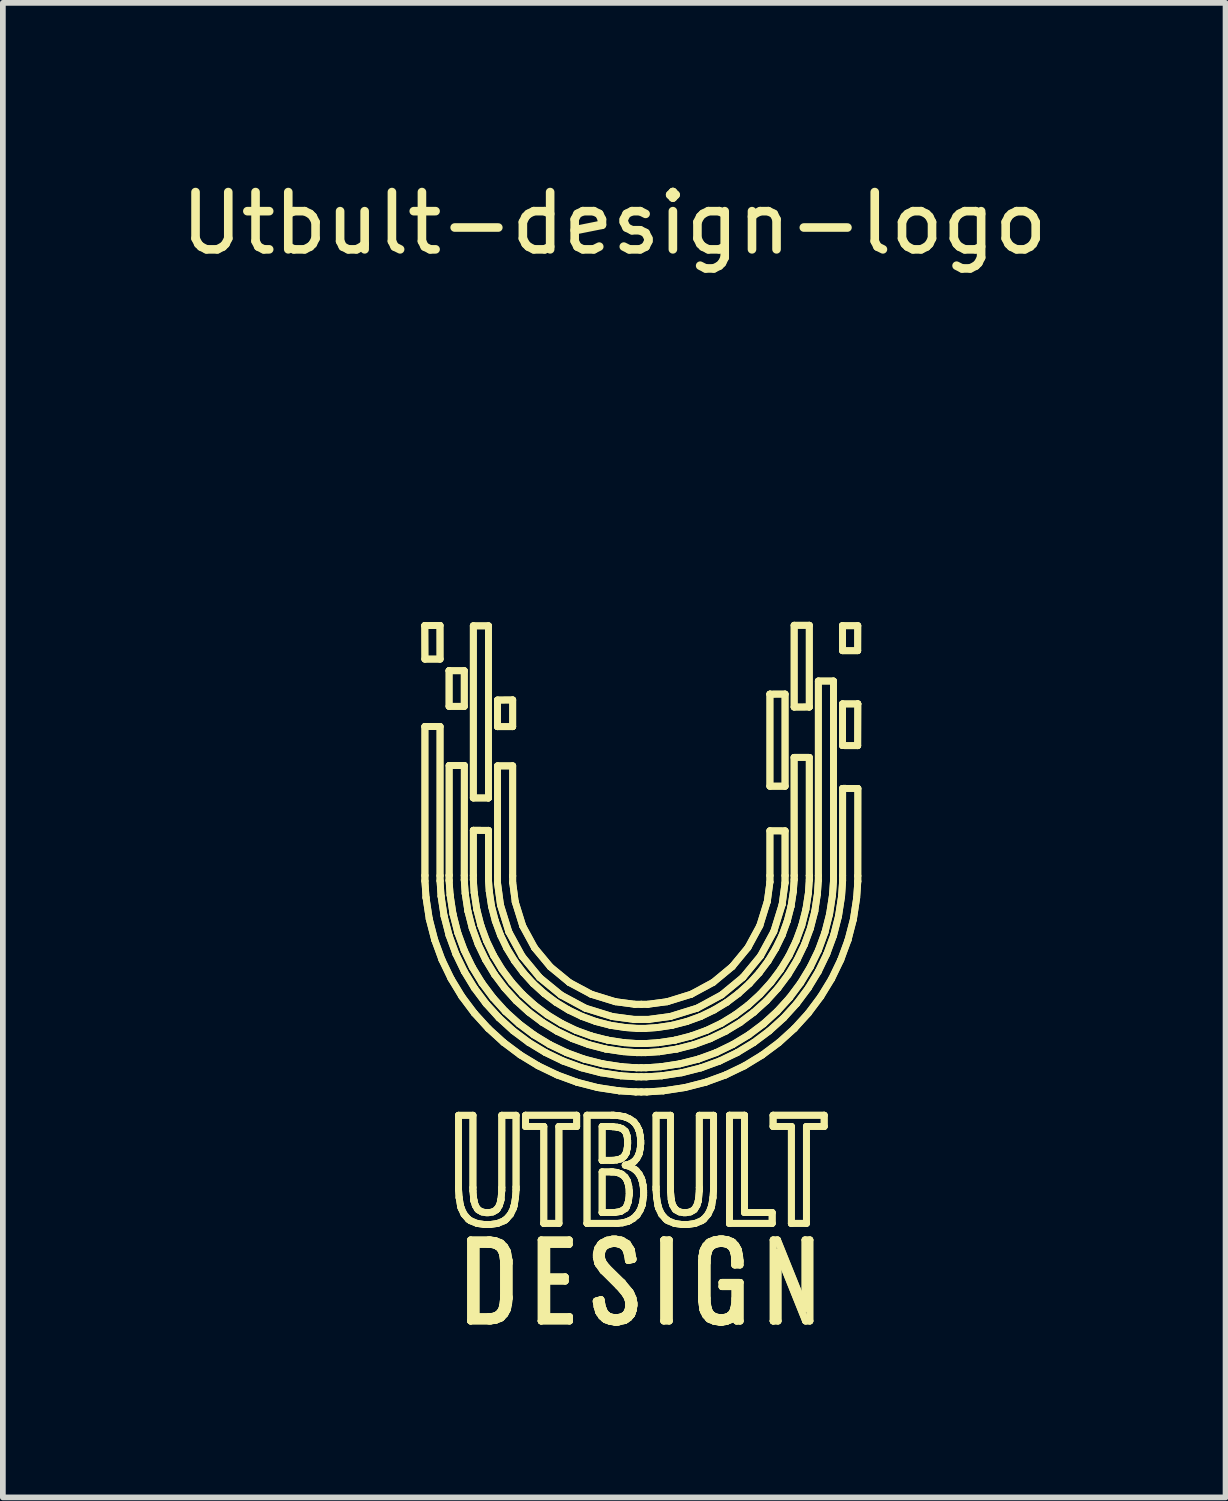
<source format=kicad_pcb>
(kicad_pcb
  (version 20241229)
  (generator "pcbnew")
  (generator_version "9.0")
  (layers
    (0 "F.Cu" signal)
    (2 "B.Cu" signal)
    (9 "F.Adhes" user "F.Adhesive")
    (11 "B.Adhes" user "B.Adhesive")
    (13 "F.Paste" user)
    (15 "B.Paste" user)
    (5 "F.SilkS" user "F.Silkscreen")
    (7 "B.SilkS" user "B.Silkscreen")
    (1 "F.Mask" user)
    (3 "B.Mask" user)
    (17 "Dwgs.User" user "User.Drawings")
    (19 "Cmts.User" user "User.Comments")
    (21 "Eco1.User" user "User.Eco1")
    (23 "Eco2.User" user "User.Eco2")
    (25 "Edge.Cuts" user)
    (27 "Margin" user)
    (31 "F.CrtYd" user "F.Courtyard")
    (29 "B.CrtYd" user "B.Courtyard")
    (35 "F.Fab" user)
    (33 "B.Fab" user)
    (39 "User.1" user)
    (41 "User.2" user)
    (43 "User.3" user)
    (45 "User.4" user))
  (footprint "Utbult-design-logo"
    (layer "F.Cu")
    (at 8.181 12.54)
    (property "Reference" "Utbult-design-logo" (at -0.508 -11.692 0) (layer "F.SilkS") (effects (font (size 1 1) (thickness 0.15))))
    (attr through_hole)
    (fp_line (start -3.815 -4.669) (end -3.815 -4.669) (stroke (width 0.12) (type solid)) (layer "F.SilkS"))
    (fp_line (start -3.815 -4.669) (end -3.815 -4.669) (stroke (width 0.12) (type solid)) (layer "F.SilkS"))
    (fp_line (start -3.815 -4.669) (end -3.55 -4.672) (stroke (width 0.12) (type solid)) (layer "F.SilkS"))
    (fp_line (start -3.815 -4.669) (end -3.55 -4.672) (stroke (width 0.12) (type solid)) (layer "F.SilkS"))
    (fp_line (start -3.813 -2.905) (end -3.813 -0.307) (stroke (width 0.12) (type solid)) (layer "F.SilkS"))
    (fp_line (start -3.813 -2.905) (end -3.813 -0.307) (stroke (width 0.12) (type solid)) (layer "F.SilkS"))
    (fp_line (start -3.813 -2.908) (end -3.813 -2.905) (stroke (width 0.12) (type solid)) (layer "F.SilkS"))
    (fp_line (start -3.813 -0.307) (end -3.813 -0.211) (stroke (width 0.12) (type solid)) (layer "F.SilkS"))
    (fp_line (start -3.813 -0.307) (end -3.813 -0.211) (stroke (width 0.12) (type solid)) (layer "F.SilkS"))
    (fp_line (start -3.813 -0.211) (end -3.794 0.079) (stroke (width 0.12) (type solid)) (layer "F.SilkS"))
    (fp_line (start -3.813 -0.211) (end -3.794 0.079) (stroke (width 0.12) (type solid)) (layer "F.SilkS"))
    (fp_line (start -3.813 -4.084) (end -3.815 -4.669) (stroke (width 0.12) (type solid)) (layer "F.SilkS"))
    (fp_line (start -3.813 -4.084) (end -3.815 -4.669) (stroke (width 0.12) (type solid)) (layer "F.SilkS"))
    (fp_line (start -3.794 0.079) (end -3.737 0.454) (stroke (width 0.12) (type solid)) (layer "F.SilkS"))
    (fp_line (start -3.794 0.079) (end -3.737 0.454) (stroke (width 0.12) (type solid)) (layer "F.SilkS"))
    (fp_line (start -3.737 0.454) (end -3.643 0.817) (stroke (width 0.12) (type solid)) (layer "F.SilkS"))
    (fp_line (start -3.737 0.454) (end -3.643 0.817) (stroke (width 0.12) (type solid)) (layer "F.SilkS"))
    (fp_line (start -3.643 0.817) (end -3.516 1.164) (stroke (width 0.12) (type solid)) (layer "F.SilkS"))
    (fp_line (start -3.643 0.817) (end -3.516 1.164) (stroke (width 0.12) (type solid)) (layer "F.SilkS"))
    (fp_line (start -3.55 -4.672) (end -3.549 -4.084) (stroke (width 0.12) (type solid)) (layer "F.SilkS"))
    (fp_line (start -3.55 -4.672) (end -3.549 -4.084) (stroke (width 0.12) (type solid)) (layer "F.SilkS"))
    (fp_line (start -3.549 -4.084) (end -3.813 -4.084) (stroke (width 0.12) (type solid)) (layer "F.SilkS"))
    (fp_line (start -3.549 -4.084) (end -3.813 -4.084) (stroke (width 0.12) (type solid)) (layer "F.SilkS"))
    (fp_line (start -3.549 -2.907) (end -3.813 -2.908) (stroke (width 0.12) (type solid)) (layer "F.SilkS"))
    (fp_line (start -3.549 -2.907) (end -3.813 -2.908) (stroke (width 0.12) (type solid)) (layer "F.SilkS"))
    (fp_line (start -3.549 -0.303) (end -3.549 -2.907) (stroke (width 0.12) (type solid)) (layer "F.SilkS"))
    (fp_line (start -3.549 -0.303) (end -3.549 -2.907) (stroke (width 0.12) (type solid)) (layer "F.SilkS"))
    (fp_line (start -3.549 -0.213) (end -3.549 -0.303) (stroke (width 0.12) (type solid)) (layer "F.SilkS"))
    (fp_line (start -3.549 -0.213) (end -3.549 -0.303) (stroke (width 0.12) (type solid)) (layer "F.SilkS"))
    (fp_line (start -3.531 0.056) (end -3.549 -0.213) (stroke (width 0.12) (type solid)) (layer "F.SilkS"))
    (fp_line (start -3.531 0.056) (end -3.549 -0.213) (stroke (width 0.12) (type solid)) (layer "F.SilkS"))
    (fp_line (start -3.516 1.164) (end -3.357 1.494) (stroke (width 0.12) (type solid)) (layer "F.SilkS"))
    (fp_line (start -3.516 1.164) (end -3.357 1.494) (stroke (width 0.12) (type solid)) (layer "F.SilkS"))
    (fp_line (start -3.478 0.404) (end -3.531 0.056) (stroke (width 0.12) (type solid)) (layer "F.SilkS"))
    (fp_line (start -3.478 0.404) (end -3.531 0.056) (stroke (width 0.12) (type solid)) (layer "F.SilkS"))
    (fp_line (start -3.391 0.74) (end -3.478 0.404) (stroke (width 0.12) (type solid)) (layer "F.SilkS"))
    (fp_line (start -3.391 0.74) (end -3.478 0.404) (stroke (width 0.12) (type solid)) (layer "F.SilkS"))
    (fp_line (start -3.391 -3.882) (end -3.391 -3.882) (stroke (width 0.12) (type solid)) (layer "F.SilkS"))
    (fp_line (start -3.391 -3.882) (end -3.391 -3.882) (stroke (width 0.12) (type solid)) (layer "F.SilkS"))
    (fp_line (start -3.391 -3.882) (end -3.126 -3.881) (stroke (width 0.12) (type solid)) (layer "F.SilkS"))
    (fp_line (start -3.391 -3.882) (end -3.126 -3.881) (stroke (width 0.12) (type solid)) (layer "F.SilkS"))
    (fp_line (start -3.391 -3.259) (end -3.391 -3.882) (stroke (width 0.12) (type solid)) (layer "F.SilkS"))
    (fp_line (start -3.391 -3.259) (end -3.391 -3.882) (stroke (width 0.12) (type solid)) (layer "F.SilkS"))
    (fp_line (start -3.391 -0.305) (end -3.39 -0.314) (stroke (width 0.12) (type solid)) (layer "F.SilkS"))
    (fp_line (start -3.391 -0.22) (end -3.391 -0.305) (stroke (width 0.12) (type solid)) (layer "F.SilkS"))
    (fp_line (start -3.391 -0.22) (end -3.391 -0.305) (stroke (width 0.12) (type solid)) (layer "F.SilkS"))
    (fp_line (start -3.39 -2.226) (end -3.125 -2.226) (stroke (width 0.12) (type solid)) (layer "F.SilkS"))
    (fp_line (start -3.39 -2.226) (end -3.125 -2.226) (stroke (width 0.12) (type solid)) (layer "F.SilkS"))
    (fp_line (start -3.39 -0.314) (end -3.39 -2.226) (stroke (width 0.12) (type solid)) (layer "F.SilkS"))
    (fp_line (start -3.39 -0.314) (end -3.39 -2.226) (stroke (width 0.12) (type solid)) (layer "F.SilkS"))
    (fp_line (start -3.373 0.037) (end -3.391 -0.22) (stroke (width 0.12) (type solid)) (layer "F.SilkS"))
    (fp_line (start -3.373 0.037) (end -3.391 -0.22) (stroke (width 0.12) (type solid)) (layer "F.SilkS"))
    (fp_line (start -3.357 1.494) (end -3.168 1.806) (stroke (width 0.12) (type solid)) (layer "F.SilkS"))
    (fp_line (start -3.357 1.494) (end -3.168 1.806) (stroke (width 0.12) (type solid)) (layer "F.SilkS"))
    (fp_line (start -3.322 0.37) (end -3.373 0.037) (stroke (width 0.12) (type solid)) (layer "F.SilkS"))
    (fp_line (start -3.322 0.37) (end -3.373 0.037) (stroke (width 0.12) (type solid)) (layer "F.SilkS"))
    (fp_line (start -3.273 1.063) (end -3.391 0.74) (stroke (width 0.12) (type solid)) (layer "F.SilkS"))
    (fp_line (start -3.273 1.063) (end -3.391 0.74) (stroke (width 0.12) (type solid)) (layer "F.SilkS"))
    (fp_line (start -3.24 0.692) (end -3.322 0.37) (stroke (width 0.12) (type solid)) (layer "F.SilkS"))
    (fp_line (start -3.24 0.692) (end -3.322 0.37) (stroke (width 0.12) (type solid)) (layer "F.SilkS"))
    (fp_line (start -3.226 3.88) (end -2.975 3.88) (stroke (width 0.12) (type solid)) (layer "F.SilkS"))
    (fp_line (start -3.226 3.88) (end -2.975 3.88) (stroke (width 0.12) (type solid)) (layer "F.SilkS"))
    (fp_line (start -3.226 5.131) (end -3.226 3.88) (stroke (width 0.12) (type solid)) (layer "F.SilkS"))
    (fp_line (start -3.226 5.131) (end -3.226 3.88) (stroke (width 0.12) (type solid)) (layer "F.SilkS"))
    (fp_line (start -3.226 5.177) (end -3.226 5.131) (stroke (width 0.12) (type solid)) (layer "F.SilkS"))
    (fp_line (start -3.226 5.177) (end -3.226 5.131) (stroke (width 0.12) (type solid)) (layer "F.SilkS"))
    (fp_line (start -3.216 5.317) (end -3.226 5.177) (stroke (width 0.12) (type solid)) (layer "F.SilkS"))
    (fp_line (start -3.216 5.317) (end -3.226 5.177) (stroke (width 0.12) (type solid)) (layer "F.SilkS"))
    (fp_line (start -3.193 5.453) (end -3.216 5.317) (stroke (width 0.12) (type solid)) (layer "F.SilkS"))
    (fp_line (start -3.193 5.453) (end -3.216 5.317) (stroke (width 0.12) (type solid)) (layer "F.SilkS"))
    (fp_line (start -3.187 5.478) (end -3.193 5.453) (stroke (width 0.12) (type solid)) (layer "F.SilkS"))
    (fp_line (start -3.187 5.478) (end -3.193 5.453) (stroke (width 0.12) (type solid)) (layer "F.SilkS"))
    (fp_line (start -3.18 5.502) (end -3.187 5.478) (stroke (width 0.12) (type solid)) (layer "F.SilkS"))
    (fp_line (start -3.18 5.502) (end -3.187 5.478) (stroke (width 0.12) (type solid)) (layer "F.SilkS"))
    (fp_line (start -3.168 1.806) (end -2.95 2.097) (stroke (width 0.12) (type solid)) (layer "F.SilkS"))
    (fp_line (start -3.168 1.806) (end -2.95 2.097) (stroke (width 0.12) (type solid)) (layer "F.SilkS"))
    (fp_line (start -3.13 5.608) (end -3.18 5.502) (stroke (width 0.12) (type solid)) (layer "F.SilkS"))
    (fp_line (start -3.13 5.608) (end -3.18 5.502) (stroke (width 0.12) (type solid)) (layer "F.SilkS"))
    (fp_line (start -3.127 1) (end -3.24 0.692) (stroke (width 0.12) (type solid)) (layer "F.SilkS"))
    (fp_line (start -3.127 1) (end -3.24 0.692) (stroke (width 0.12) (type solid)) (layer "F.SilkS"))
    (fp_line (start -3.126 -3.881) (end -3.126 -3.259) (stroke (width 0.12) (type solid)) (layer "F.SilkS"))
    (fp_line (start -3.126 -3.881) (end -3.126 -3.259) (stroke (width 0.12) (type solid)) (layer "F.SilkS"))
    (fp_line (start -3.126 -0.308) (end -3.126 -0.229) (stroke (width 0.12) (type solid)) (layer "F.SilkS"))
    (fp_line (start -3.126 -0.308) (end -3.126 -0.229) (stroke (width 0.12) (type solid)) (layer "F.SilkS"))
    (fp_line (start -3.126 -0.229) (end -3.11 0.008) (stroke (width 0.12) (type solid)) (layer "F.SilkS"))
    (fp_line (start -3.126 -0.229) (end -3.11 0.008) (stroke (width 0.12) (type solid)) (layer "F.SilkS"))
    (fp_line (start -3.126 -3.259) (end -3.391 -3.259) (stroke (width 0.12) (type solid)) (layer "F.SilkS"))
    (fp_line (start -3.126 -3.259) (end -3.391 -3.259) (stroke (width 0.12) (type solid)) (layer "F.SilkS"))
    (fp_line (start -3.125 -2.226) (end -3.126 -0.308) (stroke (width 0.12) (type solid)) (layer "F.SilkS"))
    (fp_line (start -3.125 -2.226) (end -3.126 -0.308) (stroke (width 0.12) (type solid)) (layer "F.SilkS"))
    (fp_line (start -3.125 1.37) (end -3.273 1.063) (stroke (width 0.12) (type solid)) (layer "F.SilkS"))
    (fp_line (start -3.125 1.37) (end -3.273 1.063) (stroke (width 0.12) (type solid)) (layer "F.SilkS"))
    (fp_line (start -3.11 0.008) (end -3.063 0.315) (stroke (width 0.12) (type solid)) (layer "F.SilkS"))
    (fp_line (start -3.11 0.008) (end -3.063 0.315) (stroke (width 0.12) (type solid)) (layer "F.SilkS"))
    (fp_line (start -3.063 0.315) (end -2.987 0.612) (stroke (width 0.12) (type solid)) (layer "F.SilkS"))
    (fp_line (start -3.063 0.315) (end -2.987 0.612) (stroke (width 0.12) (type solid)) (layer "F.SilkS"))
    (fp_line (start -3.056 5.693) (end -3.13 5.608) (stroke (width 0.12) (type solid)) (layer "F.SilkS"))
    (fp_line (start -3.056 5.693) (end -3.13 5.608) (stroke (width 0.12) (type solid)) (layer "F.SilkS"))
    (fp_line (start -3.038 5.706) (end -3.056 5.693) (stroke (width 0.12) (type solid)) (layer "F.SilkS"))
    (fp_line (start -3.038 5.706) (end -3.056 5.693) (stroke (width 0.12) (type solid)) (layer "F.SilkS"))
    (fp_line (start -3.019 5.72) (end -3.038 5.706) (stroke (width 0.12) (type solid)) (layer "F.SilkS"))
    (fp_line (start -3.019 5.72) (end -3.038 5.706) (stroke (width 0.12) (type solid)) (layer "F.SilkS"))
    (fp_line (start -3.015 6.056) (end -2.706 6.056) (stroke (width 0.12) (type solid)) (layer "F.SilkS"))
    (fp_line (start -3.015 6.056) (end -2.706 6.056) (stroke (width 0.12) (type solid)) (layer "F.SilkS"))
    (fp_line (start -3.015 7.471) (end -3.015 6.056) (stroke (width 0.12) (type solid)) (layer "F.SilkS"))
    (fp_line (start -3.015 7.471) (end -3.015 6.056) (stroke (width 0.12) (type solid)) (layer "F.SilkS"))
    (fp_line (start -3.015 7.471) (end -3.015 7.471) (stroke (width 0.12) (type solid)) (layer "F.SilkS"))
    (fp_line (start -3.015 7.471) (end -3.015 7.471) (stroke (width 0.12) (type solid)) (layer "F.SilkS"))
    (fp_line (start -2.987 0.612) (end -2.883 0.896) (stroke (width 0.12) (type solid)) (layer "F.SilkS"))
    (fp_line (start -2.987 0.612) (end -2.883 0.896) (stroke (width 0.12) (type solid)) (layer "F.SilkS"))
    (fp_line (start -2.986 1.293) (end -3.127 1) (stroke (width 0.12) (type solid)) (layer "F.SilkS"))
    (fp_line (start -2.986 1.293) (end -3.127 1) (stroke (width 0.12) (type solid)) (layer "F.SilkS"))
    (fp_line (start -2.975 3.88) (end -2.975 5.142) (stroke (width 0.12) (type solid)) (layer "F.SilkS"))
    (fp_line (start -2.975 3.88) (end -2.975 5.142) (stroke (width 0.12) (type solid)) (layer "F.SilkS"))
    (fp_line (start -2.975 5.142) (end -2.975 5.198) (stroke (width 0.12) (type solid)) (layer "F.SilkS"))
    (fp_line (start -2.975 5.142) (end -2.975 5.198) (stroke (width 0.12) (type solid)) (layer "F.SilkS"))
    (fp_line (start -2.975 5.198) (end -2.961 5.347) (stroke (width 0.12) (type solid)) (layer "F.SilkS"))
    (fp_line (start -2.975 5.198) (end -2.961 5.347) (stroke (width 0.12) (type solid)) (layer "F.SilkS"))
    (fp_line (start -2.968 -4.665) (end -2.704 -4.665) (stroke (width 0.12) (type solid)) (layer "F.SilkS"))
    (fp_line (start -2.968 -4.665) (end -2.704 -4.665) (stroke (width 0.12) (type solid)) (layer "F.SilkS"))
    (fp_line (start -2.968 -1.66) (end -2.968 -4.665) (stroke (width 0.12) (type solid)) (layer "F.SilkS"))
    (fp_line (start -2.968 -1.66) (end -2.968 -4.665) (stroke (width 0.12) (type solid)) (layer "F.SilkS"))
    (fp_line (start -2.968 -1.095) (end -2.704 -1.094) (stroke (width 0.12) (type solid)) (layer "F.SilkS"))
    (fp_line (start -2.968 -1.095) (end -2.704 -1.094) (stroke (width 0.12) (type solid)) (layer "F.SilkS"))
    (fp_line (start -2.968 -0.306) (end -2.968 -1.095) (stroke (width 0.12) (type solid)) (layer "F.SilkS"))
    (fp_line (start -2.968 -0.306) (end -2.968 -1.095) (stroke (width 0.12) (type solid)) (layer "F.SilkS"))
    (fp_line (start -2.968 -0.231) (end -2.968 -0.306) (stroke (width 0.12) (type solid)) (layer "F.SilkS"))
    (fp_line (start -2.968 -0.231) (end -2.968 -0.306) (stroke (width 0.12) (type solid)) (layer "F.SilkS"))
    (fp_line (start -2.961 5.347) (end -2.958 5.364) (stroke (width 0.12) (type solid)) (layer "F.SilkS"))
    (fp_line (start -2.961 5.347) (end -2.958 5.364) (stroke (width 0.12) (type solid)) (layer "F.SilkS"))
    (fp_line (start -2.958 5.364) (end -2.956 5.38) (stroke (width 0.12) (type solid)) (layer "F.SilkS"))
    (fp_line (start -2.958 5.364) (end -2.956 5.38) (stroke (width 0.12) (type solid)) (layer "F.SilkS"))
    (fp_line (start -2.956 5.38) (end -2.933 5.453) (stroke (width 0.12) (type solid)) (layer "F.SilkS"))
    (fp_line (start -2.956 5.38) (end -2.933 5.453) (stroke (width 0.12) (type solid)) (layer "F.SilkS"))
    (fp_line (start -2.953 -0.006) (end -2.968 -0.231) (stroke (width 0.12) (type solid)) (layer "F.SilkS"))
    (fp_line (start -2.953 -0.006) (end -2.968 -0.231) (stroke (width 0.12) (type solid)) (layer "F.SilkS"))
    (fp_line (start -2.95 2.097) (end -2.706 2.365) (stroke (width 0.12) (type solid)) (layer "F.SilkS"))
    (fp_line (start -2.95 2.097) (end -2.706 2.365) (stroke (width 0.12) (type solid)) (layer "F.SilkS"))
    (fp_line (start -2.949 1.659) (end -3.125 1.37) (stroke (width 0.12) (type solid)) (layer "F.SilkS"))
    (fp_line (start -2.949 1.659) (end -3.125 1.37) (stroke (width 0.12) (type solid)) (layer "F.SilkS"))
    (fp_line (start -2.933 5.453) (end -2.898 5.512) (stroke (width 0.12) (type solid)) (layer "F.SilkS"))
    (fp_line (start -2.933 5.453) (end -2.898 5.512) (stroke (width 0.12) (type solid)) (layer "F.SilkS"))
    (fp_line (start -2.921 6.133) (end -2.921 7.396) (stroke (width 0.12) (type solid)) (layer "F.SilkS"))
    (fp_line (start -2.921 6.133) (end -2.921 7.396) (stroke (width 0.12) (type solid)) (layer "F.SilkS"))
    (fp_line (start -2.921 7.396) (end -2.921 7.396) (stroke (width 0.12) (type solid)) (layer "F.SilkS"))
    (fp_line (start -2.921 7.396) (end -2.921 7.396) (stroke (width 0.12) (type solid)) (layer "F.SilkS"))
    (fp_line (start -2.921 7.396) (end -2.702 7.396) (stroke (width 0.12) (type solid)) (layer "F.SilkS"))
    (fp_line (start -2.921 7.396) (end -2.702 7.396) (stroke (width 0.12) (type solid)) (layer "F.SilkS"))
    (fp_line (start -2.908 0.285) (end -2.953 -0.006) (stroke (width 0.12) (type solid)) (layer "F.SilkS"))
    (fp_line (start -2.908 0.285) (end -2.953 -0.006) (stroke (width 0.12) (type solid)) (layer "F.SilkS"))
    (fp_line (start -2.904 5.767) (end -3.019 5.72) (stroke (width 0.12) (type solid)) (layer "F.SilkS"))
    (fp_line (start -2.904 5.767) (end -3.019 5.72) (stroke (width 0.12) (type solid)) (layer "F.SilkS"))
    (fp_line (start -2.898 5.512) (end -2.889 5.522) (stroke (width 0.12) (type solid)) (layer "F.SilkS"))
    (fp_line (start -2.898 5.512) (end -2.889 5.522) (stroke (width 0.12) (type solid)) (layer "F.SilkS"))
    (fp_line (start -2.889 5.522) (end -2.879 5.532) (stroke (width 0.12) (type solid)) (layer "F.SilkS"))
    (fp_line (start -2.889 5.522) (end -2.879 5.532) (stroke (width 0.12) (type solid)) (layer "F.SilkS"))
    (fp_line (start -2.883 0.896) (end -2.753 1.167) (stroke (width 0.12) (type solid)) (layer "F.SilkS"))
    (fp_line (start -2.883 0.896) (end -2.753 1.167) (stroke (width 0.12) (type solid)) (layer "F.SilkS"))
    (fp_line (start -2.879 5.532) (end -2.819 5.566) (stroke (width 0.12) (type solid)) (layer "F.SilkS"))
    (fp_line (start -2.879 5.532) (end -2.819 5.566) (stroke (width 0.12) (type solid)) (layer "F.SilkS"))
    (fp_line (start -2.836 0.566) (end -2.908 0.285) (stroke (width 0.12) (type solid)) (layer "F.SilkS"))
    (fp_line (start -2.836 0.566) (end -2.908 0.285) (stroke (width 0.12) (type solid)) (layer "F.SilkS"))
    (fp_line (start -2.819 5.566) (end -2.747 5.58) (stroke (width 0.12) (type solid)) (layer "F.SilkS"))
    (fp_line (start -2.819 5.566) (end -2.747 5.58) (stroke (width 0.12) (type solid)) (layer "F.SilkS"))
    (fp_line (start -2.817 1.57) (end -2.986 1.293) (stroke (width 0.12) (type solid)) (layer "F.SilkS"))
    (fp_line (start -2.817 1.57) (end -2.986 1.293) (stroke (width 0.12) (type solid)) (layer "F.SilkS"))
    (fp_line (start -2.768 5.788) (end -2.904 5.767) (stroke (width 0.12) (type solid)) (layer "F.SilkS"))
    (fp_line (start -2.768 5.788) (end -2.904 5.767) (stroke (width 0.12) (type solid)) (layer "F.SilkS"))
    (fp_line (start -2.753 1.167) (end -2.598 1.422) (stroke (width 0.12) (type solid)) (layer "F.SilkS"))
    (fp_line (start -2.753 1.167) (end -2.598 1.422) (stroke (width 0.12) (type solid)) (layer "F.SilkS"))
    (fp_line (start -2.747 5.58) (end -2.723 5.58) (stroke (width 0.12) (type solid)) (layer "F.SilkS"))
    (fp_line (start -2.747 5.58) (end -2.723 5.58) (stroke (width 0.12) (type solid)) (layer "F.SilkS"))
    (fp_line (start -2.746 1.93) (end -2.949 1.659) (stroke (width 0.12) (type solid)) (layer "F.SilkS"))
    (fp_line (start -2.746 1.93) (end -2.949 1.659) (stroke (width 0.12) (type solid)) (layer "F.SilkS"))
    (fp_line (start -2.737 0.836) (end -2.836 0.566) (stroke (width 0.12) (type solid)) (layer "F.SilkS"))
    (fp_line (start -2.737 0.836) (end -2.836 0.566) (stroke (width 0.12) (type solid)) (layer "F.SilkS"))
    (fp_line (start -2.723 5.58) (end -2.699 5.58) (stroke (width 0.12) (type solid)) (layer "F.SilkS"))
    (fp_line (start -2.723 5.58) (end -2.699 5.58) (stroke (width 0.12) (type solid)) (layer "F.SilkS"))
    (fp_line (start -2.723 5.788) (end -2.768 5.788) (stroke (width 0.12) (type solid)) (layer "F.SilkS"))
    (fp_line (start -2.723 5.788) (end -2.768 5.788) (stroke (width 0.12) (type solid)) (layer "F.SilkS"))
    (fp_line (start -2.723 5.788) (end -2.723 5.788) (stroke (width 0.12) (type solid)) (layer "F.SilkS"))
    (fp_line (start -2.723 5.788) (end -2.723 5.788) (stroke (width 0.12) (type solid)) (layer "F.SilkS"))
    (fp_line (start -2.706 2.365) (end -2.438 2.609) (stroke (width 0.12) (type solid)) (layer "F.SilkS"))
    (fp_line (start -2.706 2.365) (end -2.438 2.609) (stroke (width 0.12) (type solid)) (layer "F.SilkS"))
    (fp_line (start -2.706 6.056) (end -2.674 6.056) (stroke (width 0.12) (type solid)) (layer "F.SilkS"))
    (fp_line (start -2.706 6.056) (end -2.674 6.056) (stroke (width 0.12) (type solid)) (layer "F.SilkS"))
    (fp_line (start -2.706 6.133) (end -2.921 6.133) (stroke (width 0.12) (type solid)) (layer "F.SilkS"))
    (fp_line (start -2.706 6.133) (end -2.921 6.133) (stroke (width 0.12) (type solid)) (layer "F.SilkS"))
    (fp_line (start -2.704 -4.665) (end -2.704 -1.66) (stroke (width 0.12) (type solid)) (layer "F.SilkS"))
    (fp_line (start -2.704 -4.665) (end -2.704 -1.66) (stroke (width 0.12) (type solid)) (layer "F.SilkS"))
    (fp_line (start -2.704 -1.66) (end -2.968 -1.66) (stroke (width 0.12) (type solid)) (layer "F.SilkS"))
    (fp_line (start -2.704 -1.66) (end -2.968 -1.66) (stroke (width 0.12) (type solid)) (layer "F.SilkS"))
    (fp_line (start -2.704 -1.66) (end -2.704 -1.66) (stroke (width 0.12) (type solid)) (layer "F.SilkS"))
    (fp_line (start -2.704 -1.66) (end -2.704 -1.66) (stroke (width 0.12) (type solid)) (layer "F.SilkS"))
    (fp_line (start -2.704 -0.306) (end -2.704 -0.238) (stroke (width 0.12) (type solid)) (layer "F.SilkS"))
    (fp_line (start -2.704 -0.306) (end -2.704 -0.238) (stroke (width 0.12) (type solid)) (layer "F.SilkS"))
    (fp_line (start -2.704 -0.238) (end -2.69 -0.033) (stroke (width 0.12) (type solid)) (layer "F.SilkS"))
    (fp_line (start -2.704 -0.238) (end -2.69 -0.033) (stroke (width 0.12) (type solid)) (layer "F.SilkS"))
    (fp_line (start -2.704 -1.094) (end -2.704 -0.306) (stroke (width 0.12) (type solid)) (layer "F.SilkS"))
    (fp_line (start -2.704 -1.094) (end -2.704 -0.306) (stroke (width 0.12) (type solid)) (layer "F.SilkS"))
    (fp_line (start -2.702 7.396) (end -2.677 7.396) (stroke (width 0.12) (type solid)) (layer "F.SilkS"))
    (fp_line (start -2.702 7.396) (end -2.677 7.396) (stroke (width 0.12) (type solid)) (layer "F.SilkS"))
    (fp_line (start -2.699 5.58) (end -2.626 5.566) (stroke (width 0.12) (type solid)) (layer "F.SilkS"))
    (fp_line (start -2.699 5.58) (end -2.626 5.566) (stroke (width 0.12) (type solid)) (layer "F.SilkS"))
    (fp_line (start -2.697 7.471) (end -3.015 7.471) (stroke (width 0.12) (type solid)) (layer "F.SilkS"))
    (fp_line (start -2.697 7.471) (end -3.015 7.471) (stroke (width 0.12) (type solid)) (layer "F.SilkS"))
    (fp_line (start -2.69 -0.033) (end -2.65 0.232) (stroke (width 0.12) (type solid)) (layer "F.SilkS"))
    (fp_line (start -2.69 -0.033) (end -2.65 0.232) (stroke (width 0.12) (type solid)) (layer "F.SilkS"))
    (fp_line (start -2.682 6.133) (end -2.706 6.133) (stroke (width 0.12) (type solid)) (layer "F.SilkS"))
    (fp_line (start -2.682 6.133) (end -2.706 6.133) (stroke (width 0.12) (type solid)) (layer "F.SilkS"))
    (fp_line (start -2.678 5.788) (end -2.723 5.788) (stroke (width 0.12) (type solid)) (layer "F.SilkS"))
    (fp_line (start -2.678 5.788) (end -2.723 5.788) (stroke (width 0.12) (type solid)) (layer "F.SilkS"))
    (fp_line (start -2.677 7.396) (end -2.602 7.384) (stroke (width 0.12) (type solid)) (layer "F.SilkS"))
    (fp_line (start -2.677 7.396) (end -2.602 7.384) (stroke (width 0.12) (type solid)) (layer "F.SilkS"))
    (fp_line (start -2.674 6.056) (end -2.58 6.069) (stroke (width 0.12) (type solid)) (layer "F.SilkS"))
    (fp_line (start -2.674 6.056) (end -2.58 6.069) (stroke (width 0.12) (type solid)) (layer "F.SilkS"))
    (fp_line (start -2.667 7.471) (end -2.697 7.471) (stroke (width 0.12) (type solid)) (layer "F.SilkS"))
    (fp_line (start -2.667 7.471) (end -2.697 7.471) (stroke (width 0.12) (type solid)) (layer "F.SilkS"))
    (fp_line (start -2.65 0.232) (end -2.584 0.487) (stroke (width 0.12) (type solid)) (layer "F.SilkS"))
    (fp_line (start -2.65 0.232) (end -2.584 0.487) (stroke (width 0.12) (type solid)) (layer "F.SilkS"))
    (fp_line (start -2.626 5.566) (end -2.567 5.532) (stroke (width 0.12) (type solid)) (layer "F.SilkS"))
    (fp_line (start -2.626 5.566) (end -2.567 5.532) (stroke (width 0.12) (type solid)) (layer "F.SilkS"))
    (fp_line (start -2.624 1.828) (end -2.817 1.57) (stroke (width 0.12) (type solid)) (layer "F.SilkS"))
    (fp_line (start -2.624 1.828) (end -2.817 1.57) (stroke (width 0.12) (type solid)) (layer "F.SilkS"))
    (fp_line (start -2.614 1.092) (end -2.737 0.836) (stroke (width 0.12) (type solid)) (layer "F.SilkS"))
    (fp_line (start -2.614 1.092) (end -2.737 0.836) (stroke (width 0.12) (type solid)) (layer "F.SilkS"))
    (fp_line (start -2.61 6.143) (end -2.682 6.133) (stroke (width 0.12) (type solid)) (layer "F.SilkS"))
    (fp_line (start -2.61 6.143) (end -2.682 6.133) (stroke (width 0.12) (type solid)) (layer "F.SilkS"))
    (fp_line (start -2.602 7.384) (end -2.54 7.355) (stroke (width 0.12) (type solid)) (layer "F.SilkS"))
    (fp_line (start -2.602 7.384) (end -2.54 7.355) (stroke (width 0.12) (type solid)) (layer "F.SilkS"))
    (fp_line (start -2.598 1.422) (end -2.42 1.66) (stroke (width 0.12) (type solid)) (layer "F.SilkS"))
    (fp_line (start -2.598 1.422) (end -2.42 1.66) (stroke (width 0.12) (type solid)) (layer "F.SilkS"))
    (fp_line (start -2.584 0.487) (end -2.494 0.733) (stroke (width 0.12) (type solid)) (layer "F.SilkS"))
    (fp_line (start -2.584 0.487) (end -2.494 0.733) (stroke (width 0.12) (type solid)) (layer "F.SilkS"))
    (fp_line (start -2.58 6.069) (end -2.499 6.101) (stroke (width 0.12) (type solid)) (layer "F.SilkS"))
    (fp_line (start -2.58 6.069) (end -2.499 6.101) (stroke (width 0.12) (type solid)) (layer "F.SilkS"))
    (fp_line (start -2.575 7.458) (end -2.667 7.471) (stroke (width 0.12) (type solid)) (layer "F.SilkS"))
    (fp_line (start -2.575 7.458) (end -2.667 7.471) (stroke (width 0.12) (type solid)) (layer "F.SilkS"))
    (fp_line (start -2.567 5.532) (end -2.558 5.522) (stroke (width 0.12) (type solid)) (layer "F.SilkS"))
    (fp_line (start -2.567 5.532) (end -2.558 5.522) (stroke (width 0.12) (type solid)) (layer "F.SilkS"))
    (fp_line (start -2.558 5.522) (end -2.549 5.512) (stroke (width 0.12) (type solid)) (layer "F.SilkS"))
    (fp_line (start -2.558 5.522) (end -2.549 5.512) (stroke (width 0.12) (type solid)) (layer "F.SilkS"))
    (fp_line (start -2.55 6.168) (end -2.61 6.143) (stroke (width 0.12) (type solid)) (layer "F.SilkS"))
    (fp_line (start -2.55 6.168) (end -2.61 6.143) (stroke (width 0.12) (type solid)) (layer "F.SilkS"))
    (fp_line (start -2.549 5.512) (end -2.514 5.453) (stroke (width 0.12) (type solid)) (layer "F.SilkS"))
    (fp_line (start -2.549 5.512) (end -2.514 5.453) (stroke (width 0.12) (type solid)) (layer "F.SilkS"))
    (fp_line (start -2.546 -3.369) (end -2.281 -3.371) (stroke (width 0.12) (type solid)) (layer "F.SilkS"))
    (fp_line (start -2.546 -3.369) (end -2.281 -3.371) (stroke (width 0.12) (type solid)) (layer "F.SilkS"))
    (fp_line (start -2.545 -0.299) (end -2.545 -2.22) (stroke (width 0.12) (type solid)) (layer "F.SilkS"))
    (fp_line (start -2.545 -0.299) (end -2.545 -2.22) (stroke (width 0.12) (type solid)) (layer "F.SilkS"))
    (fp_line (start -2.545 -0.172) (end -2.545 -0.299) (stroke (width 0.12) (type solid)) (layer "F.SilkS"))
    (fp_line (start -2.545 -0.172) (end -2.545 -0.299) (stroke (width 0.12) (type solid)) (layer "F.SilkS"))
    (fp_line (start -2.545 -2.22) (end -2.281 -2.22) (stroke (width 0.12) (type solid)) (layer "F.SilkS"))
    (fp_line (start -2.545 -2.22) (end -2.281 -2.22) (stroke (width 0.12) (type solid)) (layer "F.SilkS"))
    (fp_line (start -2.545 -2.905) (end -2.546 -3.369) (stroke (width 0.12) (type solid)) (layer "F.SilkS"))
    (fp_line (start -2.545 -2.905) (end -2.546 -3.369) (stroke (width 0.12) (type solid)) (layer "F.SilkS"))
    (fp_line (start -2.545 -2.905) (end -2.545 -2.905) (stroke (width 0.12) (type solid)) (layer "F.SilkS"))
    (fp_line (start -2.545 -2.905) (end -2.545 -2.905) (stroke (width 0.12) (type solid)) (layer "F.SilkS"))
    (fp_line (start -2.543 5.767) (end -2.678 5.788) (stroke (width 0.12) (type solid)) (layer "F.SilkS"))
    (fp_line (start -2.543 5.767) (end -2.678 5.788) (stroke (width 0.12) (type solid)) (layer "F.SilkS"))
    (fp_line (start -2.54 7.355) (end -2.531 7.347) (stroke (width 0.12) (type solid)) (layer "F.SilkS"))
    (fp_line (start -2.54 7.355) (end -2.531 7.347) (stroke (width 0.12) (type solid)) (layer "F.SilkS"))
    (fp_line (start -2.54 6.175) (end -2.55 6.168) (stroke (width 0.12) (type solid)) (layer "F.SilkS"))
    (fp_line (start -2.54 6.175) (end -2.55 6.168) (stroke (width 0.12) (type solid)) (layer "F.SilkS"))
    (fp_line (start -2.531 7.347) (end -2.522 7.339) (stroke (width 0.12) (type solid)) (layer "F.SilkS"))
    (fp_line (start -2.531 7.347) (end -2.522 7.339) (stroke (width 0.12) (type solid)) (layer "F.SilkS"))
    (fp_line (start -2.53 6.181) (end -2.54 6.175) (stroke (width 0.12) (type solid)) (layer "F.SilkS"))
    (fp_line (start -2.53 6.181) (end -2.54 6.175) (stroke (width 0.12) (type solid)) (layer "F.SilkS"))
    (fp_line (start -2.522 7.339) (end -2.485 7.29) (stroke (width 0.12) (type solid)) (layer "F.SilkS"))
    (fp_line (start -2.522 7.339) (end -2.485 7.29) (stroke (width 0.12) (type solid)) (layer "F.SilkS"))
    (fp_line (start -2.52 2.179) (end -2.746 1.93) (stroke (width 0.12) (type solid)) (layer "F.SilkS"))
    (fp_line (start -2.52 2.179) (end -2.746 1.93) (stroke (width 0.12) (type solid)) (layer "F.SilkS"))
    (fp_line (start -2.514 5.453) (end -2.491 5.38) (stroke (width 0.12) (type solid)) (layer "F.SilkS"))
    (fp_line (start -2.514 5.453) (end -2.491 5.38) (stroke (width 0.12) (type solid)) (layer "F.SilkS"))
    (fp_line (start -2.499 6.101) (end -2.486 6.11) (stroke (width 0.12) (type solid)) (layer "F.SilkS"))
    (fp_line (start -2.499 6.101) (end -2.486 6.11) (stroke (width 0.12) (type solid)) (layer "F.SilkS"))
    (fp_line (start -2.496 7.426) (end -2.575 7.458) (stroke (width 0.12) (type solid)) (layer "F.SilkS"))
    (fp_line (start -2.496 7.426) (end -2.575 7.458) (stroke (width 0.12) (type solid)) (layer "F.SilkS"))
    (fp_line (start -2.494 0.208) (end -2.545 -0.172) (stroke (width 0.12) (type solid)) (layer "F.SilkS"))
    (fp_line (start -2.494 0.208) (end -2.545 -0.172) (stroke (width 0.12) (type solid)) (layer "F.SilkS"))
    (fp_line (start -2.494 0.733) (end -2.382 0.966) (stroke (width 0.12) (type solid)) (layer "F.SilkS"))
    (fp_line (start -2.494 0.733) (end -2.382 0.966) (stroke (width 0.12) (type solid)) (layer "F.SilkS"))
    (fp_line (start -2.491 6.224) (end -2.53 6.181) (stroke (width 0.12) (type solid)) (layer "F.SilkS"))
    (fp_line (start -2.491 6.224) (end -2.53 6.181) (stroke (width 0.12) (type solid)) (layer "F.SilkS"))
    (fp_line (start -2.491 5.38) (end -2.488 5.364) (stroke (width 0.12) (type solid)) (layer "F.SilkS"))
    (fp_line (start -2.491 5.38) (end -2.488 5.364) (stroke (width 0.12) (type solid)) (layer "F.SilkS"))
    (fp_line (start -2.488 5.364) (end -2.485 5.347) (stroke (width 0.12) (type solid)) (layer "F.SilkS"))
    (fp_line (start -2.488 5.364) (end -2.485 5.347) (stroke (width 0.12) (type solid)) (layer "F.SilkS"))
    (fp_line (start -2.486 6.11) (end -2.473 6.119) (stroke (width 0.12) (type solid)) (layer "F.SilkS"))
    (fp_line (start -2.486 6.11) (end -2.473 6.119) (stroke (width 0.12) (type solid)) (layer "F.SilkS"))
    (fp_line (start -2.485 5.347) (end -2.471 5.193) (stroke (width 0.12) (type solid)) (layer "F.SilkS"))
    (fp_line (start -2.485 5.347) (end -2.471 5.193) (stroke (width 0.12) (type solid)) (layer "F.SilkS"))
    (fp_line (start -2.485 7.29) (end -2.461 7.231) (stroke (width 0.12) (type solid)) (layer "F.SilkS"))
    (fp_line (start -2.485 7.29) (end -2.461 7.231) (stroke (width 0.12) (type solid)) (layer "F.SilkS"))
    (fp_line (start -2.484 7.417) (end -2.496 7.426) (stroke (width 0.12) (type solid)) (layer "F.SilkS"))
    (fp_line (start -2.484 7.417) (end -2.496 7.426) (stroke (width 0.12) (type solid)) (layer "F.SilkS"))
    (fp_line (start -2.473 6.119) (end -2.419 6.174) (stroke (width 0.12) (type solid)) (layer "F.SilkS"))
    (fp_line (start -2.473 6.119) (end -2.419 6.174) (stroke (width 0.12) (type solid)) (layer "F.SilkS"))
    (fp_line (start -2.471 3.88) (end -2.222 3.88) (stroke (width 0.12) (type solid)) (layer "F.SilkS"))
    (fp_line (start -2.471 3.88) (end -2.222 3.88) (stroke (width 0.12) (type solid)) (layer "F.SilkS"))
    (fp_line (start -2.471 5.142) (end -2.471 3.88) (stroke (width 0.12) (type solid)) (layer "F.SilkS"))
    (fp_line (start -2.471 5.142) (end -2.471 3.88) (stroke (width 0.12) (type solid)) (layer "F.SilkS"))
    (fp_line (start -2.471 5.193) (end -2.471 5.142) (stroke (width 0.12) (type solid)) (layer "F.SilkS"))
    (fp_line (start -2.471 5.193) (end -2.471 5.142) (stroke (width 0.12) (type solid)) (layer "F.SilkS"))
    (fp_line (start -2.471 7.408) (end -2.484 7.417) (stroke (width 0.12) (type solid)) (layer "F.SilkS"))
    (fp_line (start -2.471 7.408) (end -2.484 7.417) (stroke (width 0.12) (type solid)) (layer "F.SilkS"))
    (fp_line (start -2.467 1.334) (end -2.614 1.092) (stroke (width 0.12) (type solid)) (layer "F.SilkS"))
    (fp_line (start -2.467 1.334) (end -2.614 1.092) (stroke (width 0.12) (type solid)) (layer "F.SilkS"))
    (fp_line (start -2.465 6.279) (end -2.491 6.224) (stroke (width 0.12) (type solid)) (layer "F.SilkS"))
    (fp_line (start -2.465 6.279) (end -2.491 6.224) (stroke (width 0.12) (type solid)) (layer "F.SilkS"))
    (fp_line (start -2.461 6.292) (end -2.465 6.279) (stroke (width 0.12) (type solid)) (layer "F.SilkS"))
    (fp_line (start -2.461 6.292) (end -2.465 6.279) (stroke (width 0.12) (type solid)) (layer "F.SilkS"))
    (fp_line (start -2.461 7.231) (end -2.458 7.218) (stroke (width 0.12) (type solid)) (layer "F.SilkS"))
    (fp_line (start -2.461 7.231) (end -2.458 7.218) (stroke (width 0.12) (type solid)) (layer "F.SilkS"))
    (fp_line (start -2.458 6.304) (end -2.461 6.292) (stroke (width 0.12) (type solid)) (layer "F.SilkS"))
    (fp_line (start -2.458 6.304) (end -2.461 6.292) (stroke (width 0.12) (type solid)) (layer "F.SilkS"))
    (fp_line (start -2.458 7.218) (end -2.455 7.204) (stroke (width 0.12) (type solid)) (layer "F.SilkS"))
    (fp_line (start -2.458 7.218) (end -2.455 7.204) (stroke (width 0.12) (type solid)) (layer "F.SilkS"))
    (fp_line (start -2.455 7.204) (end -2.44 7.081) (stroke (width 0.12) (type solid)) (layer "F.SilkS"))
    (fp_line (start -2.455 7.204) (end -2.44 7.081) (stroke (width 0.12) (type solid)) (layer "F.SilkS"))
    (fp_line (start -2.44 6.425) (end -2.458 6.304) (stroke (width 0.12) (type solid)) (layer "F.SilkS"))
    (fp_line (start -2.44 6.425) (end -2.458 6.304) (stroke (width 0.12) (type solid)) (layer "F.SilkS"))
    (fp_line (start -2.44 6.47) (end -2.44 6.425) (stroke (width 0.12) (type solid)) (layer "F.SilkS"))
    (fp_line (start -2.44 6.47) (end -2.44 6.425) (stroke (width 0.12) (type solid)) (layer "F.SilkS"))
    (fp_line (start -2.44 7.04) (end -2.44 6.47) (stroke (width 0.12) (type solid)) (layer "F.SilkS"))
    (fp_line (start -2.44 7.04) (end -2.44 6.47) (stroke (width 0.12) (type solid)) (layer "F.SilkS"))
    (fp_line (start -2.44 7.081) (end -2.44 7.04) (stroke (width 0.12) (type solid)) (layer "F.SilkS"))
    (fp_line (start -2.44 7.081) (end -2.44 7.04) (stroke (width 0.12) (type solid)) (layer "F.SilkS"))
    (fp_line (start -2.438 2.609) (end -2.147 2.827) (stroke (width 0.12) (type solid)) (layer "F.SilkS"))
    (fp_line (start -2.438 2.609) (end -2.147 2.827) (stroke (width 0.12) (type solid)) (layer "F.SilkS"))
    (fp_line (start -2.429 5.72) (end -2.543 5.767) (stroke (width 0.12) (type solid)) (layer "F.SilkS"))
    (fp_line (start -2.429 5.72) (end -2.543 5.767) (stroke (width 0.12) (type solid)) (layer "F.SilkS"))
    (fp_line (start -2.42 1.66) (end -2.221 1.88) (stroke (width 0.12) (type solid)) (layer "F.SilkS"))
    (fp_line (start -2.42 1.66) (end -2.221 1.88) (stroke (width 0.12) (type solid)) (layer "F.SilkS"))
    (fp_line (start -2.419 6.174) (end -2.381 6.242) (stroke (width 0.12) (type solid)) (layer "F.SilkS"))
    (fp_line (start -2.419 6.174) (end -2.381 6.242) (stroke (width 0.12) (type solid)) (layer "F.SilkS"))
    (fp_line (start -2.418 7.351) (end -2.471 7.408) (stroke (width 0.12) (type solid)) (layer "F.SilkS"))
    (fp_line (start -2.418 7.351) (end -2.471 7.408) (stroke (width 0.12) (type solid)) (layer "F.SilkS"))
    (fp_line (start -2.411 5.706) (end -2.429 5.72) (stroke (width 0.12) (type solid)) (layer "F.SilkS"))
    (fp_line (start -2.411 5.706) (end -2.429 5.72) (stroke (width 0.12) (type solid)) (layer "F.SilkS"))
    (fp_line (start -2.408 2.067) (end -2.624 1.828) (stroke (width 0.12) (type solid)) (layer "F.SilkS"))
    (fp_line (start -2.408 2.067) (end -2.624 1.828) (stroke (width 0.12) (type solid)) (layer "F.SilkS"))
    (fp_line (start -2.393 5.693) (end -2.411 5.706) (stroke (width 0.12) (type solid)) (layer "F.SilkS"))
    (fp_line (start -2.393 5.693) (end -2.411 5.706) (stroke (width 0.12) (type solid)) (layer "F.SilkS"))
    (fp_line (start -2.382 0.966) (end -2.248 1.186) (stroke (width 0.12) (type solid)) (layer "F.SilkS"))
    (fp_line (start -2.382 0.966) (end -2.248 1.186) (stroke (width 0.12) (type solid)) (layer "F.SilkS"))
    (fp_line (start -2.381 6.242) (end -2.376 6.257) (stroke (width 0.12) (type solid)) (layer "F.SilkS"))
    (fp_line (start -2.381 6.242) (end -2.376 6.257) (stroke (width 0.12) (type solid)) (layer "F.SilkS"))
    (fp_line (start -2.381 7.282) (end -2.418 7.351) (stroke (width 0.12) (type solid)) (layer "F.SilkS"))
    (fp_line (start -2.381 7.282) (end -2.418 7.351) (stroke (width 0.12) (type solid)) (layer "F.SilkS"))
    (fp_line (start -2.376 6.257) (end -2.37 6.272) (stroke (width 0.12) (type solid)) (layer "F.SilkS"))
    (fp_line (start -2.376 6.257) (end -2.37 6.272) (stroke (width 0.12) (type solid)) (layer "F.SilkS"))
    (fp_line (start -2.376 7.267) (end -2.381 7.282) (stroke (width 0.12) (type solid)) (layer "F.SilkS"))
    (fp_line (start -2.376 7.267) (end -2.381 7.282) (stroke (width 0.12) (type solid)) (layer "F.SilkS"))
    (fp_line (start -2.37 6.272) (end -2.344 6.415) (stroke (width 0.12) (type solid)) (layer "F.SilkS"))
    (fp_line (start -2.37 6.272) (end -2.344 6.415) (stroke (width 0.12) (type solid)) (layer "F.SilkS"))
    (fp_line (start -2.37 7.251) (end -2.376 7.267) (stroke (width 0.12) (type solid)) (layer "F.SilkS"))
    (fp_line (start -2.37 7.251) (end -2.376 7.267) (stroke (width 0.12) (type solid)) (layer "F.SilkS"))
    (fp_line (start -2.352 7.165) (end -2.37 7.251) (stroke (width 0.12) (type solid)) (layer "F.SilkS"))
    (fp_line (start -2.352 7.165) (end -2.37 7.251) (stroke (width 0.12) (type solid)) (layer "F.SilkS"))
    (fp_line (start -2.348 0.679) (end -2.494 0.208) (stroke (width 0.12) (type solid)) (layer "F.SilkS"))
    (fp_line (start -2.348 0.679) (end -2.494 0.208) (stroke (width 0.12) (type solid)) (layer "F.SilkS"))
    (fp_line (start -2.344 6.415) (end -2.344 6.463) (stroke (width 0.12) (type solid)) (layer "F.SilkS"))
    (fp_line (start -2.344 6.415) (end -2.344 6.463) (stroke (width 0.12) (type solid)) (layer "F.SilkS"))
    (fp_line (start -2.344 6.463) (end -2.344 7.05) (stroke (width 0.12) (type solid)) (layer "F.SilkS"))
    (fp_line (start -2.344 6.463) (end -2.344 7.05) (stroke (width 0.12) (type solid)) (layer "F.SilkS"))
    (fp_line (start -2.344 7.05) (end -2.344 7.079) (stroke (width 0.12) (type solid)) (layer "F.SilkS"))
    (fp_line (start -2.344 7.05) (end -2.344 7.079) (stroke (width 0.12) (type solid)) (layer "F.SilkS"))
    (fp_line (start -2.344 7.079) (end -2.352 7.165) (stroke (width 0.12) (type solid)) (layer "F.SilkS"))
    (fp_line (start -2.344 7.079) (end -2.352 7.165) (stroke (width 0.12) (type solid)) (layer "F.SilkS"))
    (fp_line (start -2.319 5.608) (end -2.393 5.693) (stroke (width 0.12) (type solid)) (layer "F.SilkS"))
    (fp_line (start -2.319 5.608) (end -2.393 5.693) (stroke (width 0.12) (type solid)) (layer "F.SilkS"))
    (fp_line (start -2.298 1.56) (end -2.467 1.334) (stroke (width 0.12) (type solid)) (layer "F.SilkS"))
    (fp_line (start -2.298 1.56) (end -2.467 1.334) (stroke (width 0.12) (type solid)) (layer "F.SilkS"))
    (fp_line (start -2.281 -0.185) (end -2.236 0.156) (stroke (width 0.12) (type solid)) (layer "F.SilkS"))
    (fp_line (start -2.281 -0.185) (end -2.236 0.156) (stroke (width 0.12) (type solid)) (layer "F.SilkS"))
    (fp_line (start -2.281 -0.298) (end -2.281 -0.185) (stroke (width 0.12) (type solid)) (layer "F.SilkS"))
    (fp_line (start -2.281 -0.298) (end -2.281 -0.185) (stroke (width 0.12) (type solid)) (layer "F.SilkS"))
    (fp_line (start -2.281 -0.298) (end -2.281 -0.298) (stroke (width 0.12) (type solid)) (layer "F.SilkS"))
    (fp_line (start -2.281 -0.298) (end -2.281 -0.298) (stroke (width 0.12) (type solid)) (layer "F.SilkS"))
    (fp_line (start -2.281 -2.22) (end -2.281 -0.298) (stroke (width 0.12) (type solid)) (layer "F.SilkS"))
    (fp_line (start -2.281 -2.22) (end -2.281 -0.298) (stroke (width 0.12) (type solid)) (layer "F.SilkS"))
    (fp_line (start -2.281 -2.905) (end -2.545 -2.905) (stroke (width 0.12) (type solid)) (layer "F.SilkS"))
    (fp_line (start -2.281 -2.905) (end -2.545 -2.905) (stroke (width 0.12) (type solid)) (layer "F.SilkS"))
    (fp_line (start -2.281 -3.371) (end -2.281 -2.905) (stroke (width 0.12) (type solid)) (layer "F.SilkS"))
    (fp_line (start -2.281 -3.371) (end -2.281 -2.905) (stroke (width 0.12) (type solid)) (layer "F.SilkS"))
    (fp_line (start -2.27 2.406) (end -2.52 2.179) (stroke (width 0.12) (type solid)) (layer "F.SilkS"))
    (fp_line (start -2.27 2.406) (end -2.52 2.179) (stroke (width 0.12) (type solid)) (layer "F.SilkS"))
    (fp_line (start -2.268 5.502) (end -2.319 5.608) (stroke (width 0.12) (type solid)) (layer "F.SilkS"))
    (fp_line (start -2.268 5.502) (end -2.319 5.608) (stroke (width 0.12) (type solid)) (layer "F.SilkS"))
    (fp_line (start -2.262 5.478) (end -2.268 5.502) (stroke (width 0.12) (type solid)) (layer "F.SilkS"))
    (fp_line (start -2.262 5.478) (end -2.268 5.502) (stroke (width 0.12) (type solid)) (layer "F.SilkS"))
    (fp_line (start -2.255 5.453) (end -2.262 5.478) (stroke (width 0.12) (type solid)) (layer "F.SilkS"))
    (fp_line (start -2.255 5.453) (end -2.262 5.478) (stroke (width 0.12) (type solid)) (layer "F.SilkS"))
    (fp_line (start -2.248 1.186) (end -2.094 1.391) (stroke (width 0.12) (type solid)) (layer "F.SilkS"))
    (fp_line (start -2.248 1.186) (end -2.094 1.391) (stroke (width 0.12) (type solid)) (layer "F.SilkS"))
    (fp_line (start -2.236 0.156) (end -2.105 0.577) (stroke (width 0.12) (type solid)) (layer "F.SilkS"))
    (fp_line (start -2.236 0.156) (end -2.105 0.577) (stroke (width 0.12) (type solid)) (layer "F.SilkS"))
    (fp_line (start -2.232 5.317) (end -2.255 5.453) (stroke (width 0.12) (type solid)) (layer "F.SilkS"))
    (fp_line (start -2.232 5.317) (end -2.255 5.453) (stroke (width 0.12) (type solid)) (layer "F.SilkS"))
    (fp_line (start -2.222 3.88) (end -2.222 5.131) (stroke (width 0.12) (type solid)) (layer "F.SilkS"))
    (fp_line (start -2.222 3.88) (end -2.222 5.131) (stroke (width 0.12) (type solid)) (layer "F.SilkS"))
    (fp_line (start -2.222 5.131) (end -2.222 5.177) (stroke (width 0.12) (type solid)) (layer "F.SilkS"))
    (fp_line (start -2.222 5.131) (end -2.222 5.177) (stroke (width 0.12) (type solid)) (layer "F.SilkS"))
    (fp_line (start -2.222 5.177) (end -2.232 5.317) (stroke (width 0.12) (type solid)) (layer "F.SilkS"))
    (fp_line (start -2.222 5.177) (end -2.232 5.317) (stroke (width 0.12) (type solid)) (layer "F.SilkS"))
    (fp_line (start -2.221 1.88) (end -2.001 2.079) (stroke (width 0.12) (type solid)) (layer "F.SilkS"))
    (fp_line (start -2.221 1.88) (end -2.001 2.079) (stroke (width 0.12) (type solid)) (layer "F.SilkS"))
    (fp_line (start -2.169 2.283) (end -2.408 2.067) (stroke (width 0.12) (type solid)) (layer "F.SilkS"))
    (fp_line (start -2.169 2.283) (end -2.408 2.067) (stroke (width 0.12) (type solid)) (layer "F.SilkS"))
    (fp_line (start -2.147 2.827) (end -1.836 3.016) (stroke (width 0.12) (type solid)) (layer "F.SilkS"))
    (fp_line (start -2.147 2.827) (end -1.836 3.016) (stroke (width 0.12) (type solid)) (layer "F.SilkS"))
    (fp_line (start -2.116 1.104) (end -2.348 0.679) (stroke (width 0.12) (type solid)) (layer "F.SilkS"))
    (fp_line (start -2.116 1.104) (end -2.348 0.679) (stroke (width 0.12) (type solid)) (layer "F.SilkS"))
    (fp_line (start -2.109 1.768) (end -2.298 1.56) (stroke (width 0.12) (type solid)) (layer "F.SilkS"))
    (fp_line (start -2.109 1.768) (end -2.298 1.56) (stroke (width 0.12) (type solid)) (layer "F.SilkS"))
    (fp_line (start -2.105 0.577) (end -1.898 0.958) (stroke (width 0.12) (type solid)) (layer "F.SilkS"))
    (fp_line (start -2.105 0.577) (end -1.898 0.958) (stroke (width 0.12) (type solid)) (layer "F.SilkS"))
    (fp_line (start -2.094 1.391) (end -1.922 1.581) (stroke (width 0.12) (type solid)) (layer "F.SilkS"))
    (fp_line (start -2.094 1.391) (end -1.922 1.581) (stroke (width 0.12) (type solid)) (layer "F.SilkS"))
    (fp_line (start -2.057 3.879) (end -1.164 3.879) (stroke (width 0.12) (type solid)) (layer "F.SilkS"))
    (fp_line (start -2.057 3.879) (end -1.164 3.879) (stroke (width 0.12) (type solid)) (layer "F.SilkS"))
    (fp_line (start -2.057 4.075) (end -2.057 3.879) (stroke (width 0.12) (type solid)) (layer "F.SilkS"))
    (fp_line (start -2.057 4.075) (end -2.057 3.879) (stroke (width 0.12) (type solid)) (layer "F.SilkS"))
    (fp_line (start -2.001 2.079) (end -1.763 2.257) (stroke (width 0.12) (type solid)) (layer "F.SilkS"))
    (fp_line (start -2.001 2.079) (end -1.763 2.257) (stroke (width 0.12) (type solid)) (layer "F.SilkS"))
    (fp_line (start -2 2.608) (end -2.27 2.406) (stroke (width 0.12) (type solid)) (layer "F.SilkS"))
    (fp_line (start -2 2.608) (end -2.27 2.406) (stroke (width 0.12) (type solid)) (layer "F.SilkS"))
    (fp_line (start -1.922 1.581) (end -1.732 1.753) (stroke (width 0.12) (type solid)) (layer "F.SilkS"))
    (fp_line (start -1.922 1.581) (end -1.732 1.753) (stroke (width 0.12) (type solid)) (layer "F.SilkS"))
    (fp_line (start -1.911 2.476) (end -2.169 2.283) (stroke (width 0.12) (type solid)) (layer "F.SilkS"))
    (fp_line (start -1.911 2.476) (end -2.169 2.283) (stroke (width 0.12) (type solid)) (layer "F.SilkS"))
    (fp_line (start -1.9 1.957) (end -2.109 1.768) (stroke (width 0.12) (type solid)) (layer "F.SilkS"))
    (fp_line (start -1.9 1.957) (end -2.109 1.768) (stroke (width 0.12) (type solid)) (layer "F.SilkS"))
    (fp_line (start -1.898 0.958) (end -1.623 1.289) (stroke (width 0.12) (type solid)) (layer "F.SilkS"))
    (fp_line (start -1.898 0.958) (end -1.623 1.289) (stroke (width 0.12) (type solid)) (layer "F.SilkS"))
    (fp_line (start -1.836 3.016) (end -1.506 3.175) (stroke (width 0.12) (type solid)) (layer "F.SilkS"))
    (fp_line (start -1.836 3.016) (end -1.506 3.175) (stroke (width 0.12) (type solid)) (layer "F.SilkS"))
    (fp_line (start -1.81 1.475) (end -2.116 1.104) (stroke (width 0.12) (type solid)) (layer "F.SilkS"))
    (fp_line (start -1.81 1.475) (end -2.116 1.104) (stroke (width 0.12) (type solid)) (layer "F.SilkS"))
    (fp_line (start -1.783 6.056) (end -1.294 6.056) (stroke (width 0.12) (type solid)) (layer "F.SilkS"))
    (fp_line (start -1.783 6.056) (end -1.294 6.056) (stroke (width 0.12) (type solid)) (layer "F.SilkS"))
    (fp_line (start -1.783 7.471) (end -1.783 6.056) (stroke (width 0.12) (type solid)) (layer "F.SilkS"))
    (fp_line (start -1.783 7.471) (end -1.783 6.056) (stroke (width 0.12) (type solid)) (layer "F.SilkS"))
    (fp_line (start -1.783 7.471) (end -1.783 7.471) (stroke (width 0.12) (type solid)) (layer "F.SilkS"))
    (fp_line (start -1.783 7.471) (end -1.783 7.471) (stroke (width 0.12) (type solid)) (layer "F.SilkS"))
    (fp_line (start -1.763 2.257) (end -1.508 2.412) (stroke (width 0.12) (type solid)) (layer "F.SilkS"))
    (fp_line (start -1.763 2.257) (end -1.508 2.412) (stroke (width 0.12) (type solid)) (layer "F.SilkS"))
    (fp_line (start -1.738 4.075) (end -2.057 4.075) (stroke (width 0.12) (type solid)) (layer "F.SilkS"))
    (fp_line (start -1.738 4.075) (end -2.057 4.075) (stroke (width 0.12) (type solid)) (layer "F.SilkS"))
    (fp_line (start -1.738 5.767) (end -1.738 4.075) (stroke (width 0.12) (type solid)) (layer "F.SilkS"))
    (fp_line (start -1.738 5.767) (end -1.738 4.075) (stroke (width 0.12) (type solid)) (layer "F.SilkS"))
    (fp_line (start -1.738 5.767) (end -1.738 5.767) (stroke (width 0.12) (type solid)) (layer "F.SilkS"))
    (fp_line (start -1.738 5.767) (end -1.738 5.767) (stroke (width 0.12) (type solid)) (layer "F.SilkS"))
    (fp_line (start -1.732 1.753) (end -1.527 1.907) (stroke (width 0.12) (type solid)) (layer "F.SilkS"))
    (fp_line (start -1.732 1.753) (end -1.527 1.907) (stroke (width 0.12) (type solid)) (layer "F.SilkS"))
    (fp_line (start -1.71 2.784) (end -2 2.608) (stroke (width 0.12) (type solid)) (layer "F.SilkS"))
    (fp_line (start -1.71 2.784) (end -2 2.608) (stroke (width 0.12) (type solid)) (layer "F.SilkS"))
    (fp_line (start -1.687 6.133) (end -1.687 6.701) (stroke (width 0.12) (type solid)) (layer "F.SilkS"))
    (fp_line (start -1.687 6.133) (end -1.687 6.701) (stroke (width 0.12) (type solid)) (layer "F.SilkS"))
    (fp_line (start -1.687 6.701) (end -1.364 6.701) (stroke (width 0.12) (type solid)) (layer "F.SilkS"))
    (fp_line (start -1.687 6.701) (end -1.364 6.701) (stroke (width 0.12) (type solid)) (layer "F.SilkS"))
    (fp_line (start -1.687 6.774) (end -1.687 7.396) (stroke (width 0.12) (type solid)) (layer "F.SilkS"))
    (fp_line (start -1.687 6.774) (end -1.687 7.396) (stroke (width 0.12) (type solid)) (layer "F.SilkS"))
    (fp_line (start -1.687 7.396) (end -1.289 7.396) (stroke (width 0.12) (type solid)) (layer "F.SilkS"))
    (fp_line (start -1.687 7.396) (end -1.289 7.396) (stroke (width 0.12) (type solid)) (layer "F.SilkS"))
    (fp_line (start -1.675 2.126) (end -1.9 1.957) (stroke (width 0.12) (type solid)) (layer "F.SilkS"))
    (fp_line (start -1.675 2.126) (end -1.9 1.957) (stroke (width 0.12) (type solid)) (layer "F.SilkS"))
    (fp_line (start -1.634 2.645) (end -1.911 2.476) (stroke (width 0.12) (type solid)) (layer "F.SilkS"))
    (fp_line (start -1.634 2.645) (end -1.911 2.476) (stroke (width 0.12) (type solid)) (layer "F.SilkS"))
    (fp_line (start -1.623 1.289) (end -1.291 1.562) (stroke (width 0.12) (type solid)) (layer "F.SilkS"))
    (fp_line (start -1.623 1.289) (end -1.291 1.562) (stroke (width 0.12) (type solid)) (layer "F.SilkS"))
    (fp_line (start -1.527 1.907) (end -1.307 2.041) (stroke (width 0.12) (type solid)) (layer "F.SilkS"))
    (fp_line (start -1.527 1.907) (end -1.307 2.041) (stroke (width 0.12) (type solid)) (layer "F.SilkS"))
    (fp_line (start -1.508 2.412) (end -1.238 2.542) (stroke (width 0.12) (type solid)) (layer "F.SilkS"))
    (fp_line (start -1.508 2.412) (end -1.238 2.542) (stroke (width 0.12) (type solid)) (layer "F.SilkS"))
    (fp_line (start -1.506 3.175) (end -1.158 3.303) (stroke (width 0.12) (type solid)) (layer "F.SilkS"))
    (fp_line (start -1.506 3.175) (end -1.158 3.303) (stroke (width 0.12) (type solid)) (layer "F.SilkS"))
    (fp_line (start -1.474 4.075) (end -1.474 5.767) (stroke (width 0.12) (type solid)) (layer "F.SilkS"))
    (fp_line (start -1.474 4.075) (end -1.474 5.767) (stroke (width 0.12) (type solid)) (layer "F.SilkS"))
    (fp_line (start -1.474 5.767) (end -1.738 5.767) (stroke (width 0.12) (type solid)) (layer "F.SilkS"))
    (fp_line (start -1.474 5.767) (end -1.738 5.767) (stroke (width 0.12) (type solid)) (layer "F.SilkS"))
    (fp_line (start -1.438 1.78) (end -1.81 1.475) (stroke (width 0.12) (type solid)) (layer "F.SilkS"))
    (fp_line (start -1.438 1.78) (end -1.81 1.475) (stroke (width 0.12) (type solid)) (layer "F.SilkS"))
    (fp_line (start -1.433 2.273) (end -1.675 2.126) (stroke (width 0.12) (type solid)) (layer "F.SilkS"))
    (fp_line (start -1.433 2.273) (end -1.675 2.126) (stroke (width 0.12) (type solid)) (layer "F.SilkS"))
    (fp_line (start -1.403 2.932) (end -1.71 2.784) (stroke (width 0.12) (type solid)) (layer "F.SilkS"))
    (fp_line (start -1.403 2.932) (end -1.71 2.784) (stroke (width 0.12) (type solid)) (layer "F.SilkS"))
    (fp_line (start -1.364 6.701) (end -1.364 6.774) (stroke (width 0.12) (type solid)) (layer "F.SilkS"))
    (fp_line (start -1.364 6.701) (end -1.364 6.774) (stroke (width 0.12) (type solid)) (layer "F.SilkS"))
    (fp_line (start -1.364 6.774) (end -1.687 6.774) (stroke (width 0.12) (type solid)) (layer "F.SilkS"))
    (fp_line (start -1.364 6.774) (end -1.687 6.774) (stroke (width 0.12) (type solid)) (layer "F.SilkS"))
    (fp_line (start -1.341 2.786) (end -1.634 2.645) (stroke (width 0.12) (type solid)) (layer "F.SilkS"))
    (fp_line (start -1.341 2.786) (end -1.634 2.645) (stroke (width 0.12) (type solid)) (layer "F.SilkS"))
    (fp_line (start -1.307 2.041) (end -1.074 2.153) (stroke (width 0.12) (type solid)) (layer "F.SilkS"))
    (fp_line (start -1.307 2.041) (end -1.074 2.153) (stroke (width 0.12) (type solid)) (layer "F.SilkS"))
    (fp_line (start -1.294 6.056) (end -1.294 6.133) (stroke (width 0.12) (type solid)) (layer "F.SilkS"))
    (fp_line (start -1.294 6.056) (end -1.294 6.133) (stroke (width 0.12) (type solid)) (layer "F.SilkS"))
    (fp_line (start -1.294 6.133) (end -1.687 6.133) (stroke (width 0.12) (type solid)) (layer "F.SilkS"))
    (fp_line (start -1.294 6.133) (end -1.687 6.133) (stroke (width 0.12) (type solid)) (layer "F.SilkS"))
    (fp_line (start -1.291 1.562) (end -0.909 1.767) (stroke (width 0.12) (type solid)) (layer "F.SilkS"))
    (fp_line (start -1.291 1.562) (end -0.909 1.767) (stroke (width 0.12) (type solid)) (layer "F.SilkS"))
    (fp_line (start -1.289 7.396) (end -1.289 7.471) (stroke (width 0.12) (type solid)) (layer "F.SilkS"))
    (fp_line (start -1.289 7.396) (end -1.289 7.471) (stroke (width 0.12) (type solid)) (layer "F.SilkS"))
    (fp_line (start -1.289 7.471) (end -1.783 7.471) (stroke (width 0.12) (type solid)) (layer "F.SilkS"))
    (fp_line (start -1.289 7.471) (end -1.783 7.471) (stroke (width 0.12) (type solid)) (layer "F.SilkS"))
    (fp_line (start -1.238 2.542) (end -0.954 2.646) (stroke (width 0.12) (type solid)) (layer "F.SilkS"))
    (fp_line (start -1.238 2.542) (end -0.954 2.646) (stroke (width 0.12) (type solid)) (layer "F.SilkS"))
    (fp_line (start -1.177 2.397) (end -1.433 2.273) (stroke (width 0.12) (type solid)) (layer "F.SilkS"))
    (fp_line (start -1.177 2.397) (end -1.433 2.273) (stroke (width 0.12) (type solid)) (layer "F.SilkS"))
    (fp_line (start -1.164 3.879) (end -1.164 4.075) (stroke (width 0.12) (type solid)) (layer "F.SilkS"))
    (fp_line (start -1.164 3.879) (end -1.164 4.075) (stroke (width 0.12) (type solid)) (layer "F.SilkS"))
    (fp_line (start -1.164 4.075) (end -1.474 4.075) (stroke (width 0.12) (type solid)) (layer "F.SilkS"))
    (fp_line (start -1.164 4.075) (end -1.474 4.075) (stroke (width 0.12) (type solid)) (layer "F.SilkS"))
    (fp_line (start -1.158 3.303) (end -0.797 3.396) (stroke (width 0.12) (type solid)) (layer "F.SilkS"))
    (fp_line (start -1.158 3.303) (end -0.797 3.396) (stroke (width 0.12) (type solid)) (layer "F.SilkS"))
    (fp_line (start -1.08 3.05) (end -1.403 2.932) (stroke (width 0.12) (type solid)) (layer "F.SilkS"))
    (fp_line (start -1.08 3.05) (end -1.403 2.932) (stroke (width 0.12) (type solid)) (layer "F.SilkS"))
    (fp_line (start -1.074 2.153) (end -0.829 2.243) (stroke (width 0.12) (type solid)) (layer "F.SilkS"))
    (fp_line (start -1.074 2.153) (end -0.829 2.243) (stroke (width 0.12) (type solid)) (layer "F.SilkS"))
    (fp_line (start -1.033 2.899) (end -1.341 2.786) (stroke (width 0.12) (type solid)) (layer "F.SilkS"))
    (fp_line (start -1.033 2.899) (end -1.341 2.786) (stroke (width 0.12) (type solid)) (layer "F.SilkS"))
    (fp_line (start -1.012 2.01) (end -1.438 1.78) (stroke (width 0.12) (type solid)) (layer "F.SilkS"))
    (fp_line (start -1.012 2.01) (end -1.438 1.78) (stroke (width 0.12) (type solid)) (layer "F.SilkS"))
    (fp_line (start -0.983 3.879) (end -0.549 3.879) (stroke (width 0.12) (type solid)) (layer "F.SilkS"))
    (fp_line (start -0.983 3.879) (end -0.549 3.879) (stroke (width 0.12) (type solid)) (layer "F.SilkS"))
    (fp_line (start -0.983 5.767) (end -0.983 3.879) (stroke (width 0.12) (type solid)) (layer "F.SilkS"))
    (fp_line (start -0.983 5.767) (end -0.983 3.879) (stroke (width 0.12) (type solid)) (layer "F.SilkS"))
    (fp_line (start -0.983 5.767) (end -0.983 5.767) (stroke (width 0.12) (type solid)) (layer "F.SilkS"))
    (fp_line (start -0.983 5.767) (end -0.983 5.767) (stroke (width 0.12) (type solid)) (layer "F.SilkS"))
    (fp_line (start -0.954 2.646) (end -0.658 2.723) (stroke (width 0.12) (type solid)) (layer "F.SilkS"))
    (fp_line (start -0.954 2.646) (end -0.658 2.723) (stroke (width 0.12) (type solid)) (layer "F.SilkS"))
    (fp_line (start -0.909 1.767) (end -0.488 1.897) (stroke (width 0.12) (type solid)) (layer "F.SilkS"))
    (fp_line (start -0.909 1.767) (end -0.488 1.897) (stroke (width 0.12) (type solid)) (layer "F.SilkS"))
    (fp_line (start -0.907 2.495) (end -1.177 2.397) (stroke (width 0.12) (type solid)) (layer "F.SilkS"))
    (fp_line (start -0.907 2.495) (end -1.177 2.397) (stroke (width 0.12) (type solid)) (layer "F.SilkS"))
    (fp_line (start -0.829 2.243) (end -0.573 2.309) (stroke (width 0.12) (type solid)) (layer "F.SilkS"))
    (fp_line (start -0.829 2.243) (end -0.573 2.309) (stroke (width 0.12) (type solid)) (layer "F.SilkS"))
    (fp_line (start -0.822 7.122) (end -0.74 7.097) (stroke (width 0.12) (type solid)) (layer "F.SilkS"))
    (fp_line (start -0.822 7.122) (end -0.74 7.097) (stroke (width 0.12) (type solid)) (layer "F.SilkS"))
    (fp_line (start -0.821 7.141) (end -0.822 7.122) (stroke (width 0.12) (type solid)) (layer "F.SilkS"))
    (fp_line (start -0.821 7.141) (end -0.822 7.122) (stroke (width 0.12) (type solid)) (layer "F.SilkS"))
    (fp_line (start -0.82 6.301) (end -0.799 6.208) (stroke (width 0.12) (type solid)) (layer "F.SilkS"))
    (fp_line (start -0.82 6.301) (end -0.799 6.208) (stroke (width 0.12) (type solid)) (layer "F.SilkS"))
    (fp_line (start -0.82 6.332) (end -0.82 6.301) (stroke (width 0.12) (type solid)) (layer "F.SilkS"))
    (fp_line (start -0.82 6.332) (end -0.82 6.301) (stroke (width 0.12) (type solid)) (layer "F.SilkS"))
    (fp_line (start -0.82 6.363) (end -0.82 6.332) (stroke (width 0.12) (type solid)) (layer "F.SilkS"))
    (fp_line (start -0.82 6.363) (end -0.82 6.332) (stroke (width 0.12) (type solid)) (layer "F.SilkS"))
    (fp_line (start -0.806 7.226) (end -0.821 7.141) (stroke (width 0.12) (type solid)) (layer "F.SilkS"))
    (fp_line (start -0.806 7.226) (end -0.821 7.141) (stroke (width 0.12) (type solid)) (layer "F.SilkS"))
    (fp_line (start -0.799 6.208) (end -0.749 6.13) (stroke (width 0.12) (type solid)) (layer "F.SilkS"))
    (fp_line (start -0.799 6.208) (end -0.749 6.13) (stroke (width 0.12) (type solid)) (layer "F.SilkS"))
    (fp_line (start -0.797 3.396) (end -0.422 3.453) (stroke (width 0.12) (type solid)) (layer "F.SilkS"))
    (fp_line (start -0.797 3.396) (end -0.422 3.453) (stroke (width 0.12) (type solid)) (layer "F.SilkS"))
    (fp_line (start -0.796 6.457) (end -0.82 6.363) (stroke (width 0.12) (type solid)) (layer "F.SilkS"))
    (fp_line (start -0.796 6.457) (end -0.82 6.363) (stroke (width 0.12) (type solid)) (layer "F.SilkS"))
    (fp_line (start -0.791 6.468) (end -0.796 6.457) (stroke (width 0.12) (type solid)) (layer "F.SilkS"))
    (fp_line (start -0.791 6.468) (end -0.796 6.457) (stroke (width 0.12) (type solid)) (layer "F.SilkS"))
    (fp_line (start -0.786 6.479) (end -0.791 6.468) (stroke (width 0.12) (type solid)) (layer "F.SilkS"))
    (fp_line (start -0.786 6.479) (end -0.791 6.468) (stroke (width 0.12) (type solid)) (layer "F.SilkS"))
    (fp_line (start -0.783 7.302) (end -0.806 7.226) (stroke (width 0.12) (type solid)) (layer "F.SilkS"))
    (fp_line (start -0.783 7.302) (end -0.806 7.226) (stroke (width 0.12) (type solid)) (layer "F.SilkS"))
    (fp_line (start -0.777 7.316) (end -0.783 7.302) (stroke (width 0.12) (type solid)) (layer "F.SilkS"))
    (fp_line (start -0.777 7.316) (end -0.783 7.302) (stroke (width 0.12) (type solid)) (layer "F.SilkS"))
    (fp_line (start -0.77 7.33) (end -0.777 7.316) (stroke (width 0.12) (type solid)) (layer "F.SilkS"))
    (fp_line (start -0.77 7.33) (end -0.777 7.316) (stroke (width 0.12) (type solid)) (layer "F.SilkS"))
    (fp_line (start -0.749 6.13) (end -0.735 6.117) (stroke (width 0.12) (type solid)) (layer "F.SilkS"))
    (fp_line (start -0.749 6.13) (end -0.735 6.117) (stroke (width 0.12) (type solid)) (layer "F.SilkS"))
    (fp_line (start -0.743 3.137) (end -1.08 3.05) (stroke (width 0.12) (type solid)) (layer "F.SilkS"))
    (fp_line (start -0.743 3.137) (end -1.08 3.05) (stroke (width 0.12) (type solid)) (layer "F.SilkS"))
    (fp_line (start -0.74 7.097) (end -0.738 7.113) (stroke (width 0.12) (type solid)) (layer "F.SilkS"))
    (fp_line (start -0.74 7.097) (end -0.738 7.113) (stroke (width 0.12) (type solid)) (layer "F.SilkS"))
    (fp_line (start -0.738 7.113) (end -0.708 7.249) (stroke (width 0.12) (type solid)) (layer "F.SilkS"))
    (fp_line (start -0.738 7.113) (end -0.708 7.249) (stroke (width 0.12) (type solid)) (layer "F.SilkS"))
    (fp_line (start -0.735 6.117) (end -0.72 6.105) (stroke (width 0.12) (type solid)) (layer "F.SilkS"))
    (fp_line (start -0.735 6.117) (end -0.72 6.105) (stroke (width 0.12) (type solid)) (layer "F.SilkS"))
    (fp_line (start -0.733 6.302) (end -0.733 6.326) (stroke (width 0.12) (type solid)) (layer "F.SilkS"))
    (fp_line (start -0.733 6.302) (end -0.733 6.326) (stroke (width 0.12) (type solid)) (layer "F.SilkS"))
    (fp_line (start -0.733 6.326) (end -0.733 6.352) (stroke (width 0.12) (type solid)) (layer "F.SilkS"))
    (fp_line (start -0.733 6.326) (end -0.733 6.352) (stroke (width 0.12) (type solid)) (layer "F.SilkS"))
    (fp_line (start -0.733 6.352) (end -0.716 6.422) (stroke (width 0.12) (type solid)) (layer "F.SilkS"))
    (fp_line (start -0.733 6.352) (end -0.716 6.422) (stroke (width 0.12) (type solid)) (layer "F.SilkS"))
    (fp_line (start -0.73 7.389) (end -0.77 7.33) (stroke (width 0.12) (type solid)) (layer "F.SilkS"))
    (fp_line (start -0.73 7.389) (end -0.77 7.33) (stroke (width 0.12) (type solid)) (layer "F.SilkS"))
    (fp_line (start -0.72 6.105) (end -0.635 6.061) (stroke (width 0.12) (type solid)) (layer "F.SilkS"))
    (fp_line (start -0.72 6.105) (end -0.635 6.061) (stroke (width 0.12) (type solid)) (layer "F.SilkS"))
    (fp_line (start -0.719 4.075) (end -0.719 4.667) (stroke (width 0.12) (type solid)) (layer "F.SilkS"))
    (fp_line (start -0.719 4.075) (end -0.719 4.667) (stroke (width 0.12) (type solid)) (layer "F.SilkS"))
    (fp_line (start -0.719 4.667) (end -0.719 4.667) (stroke (width 0.12) (type solid)) (layer "F.SilkS"))
    (fp_line (start -0.719 4.667) (end -0.719 4.667) (stroke (width 0.12) (type solid)) (layer "F.SilkS"))
    (fp_line (start -0.719 4.667) (end -0.563 4.667) (stroke (width 0.12) (type solid)) (layer "F.SilkS"))
    (fp_line (start -0.719 4.667) (end -0.563 4.667) (stroke (width 0.12) (type solid)) (layer "F.SilkS"))
    (fp_line (start -0.719 4.868) (end -0.719 5.578) (stroke (width 0.12) (type solid)) (layer "F.SilkS"))
    (fp_line (start -0.719 4.868) (end -0.719 5.578) (stroke (width 0.12) (type solid)) (layer "F.SilkS"))
    (fp_line (start -0.719 5.578) (end -0.719 5.578) (stroke (width 0.12) (type solid)) (layer "F.SilkS"))
    (fp_line (start -0.719 5.578) (end -0.719 5.578) (stroke (width 0.12) (type solid)) (layer "F.SilkS"))
    (fp_line (start -0.719 5.578) (end -0.542 5.578) (stroke (width 0.12) (type solid)) (layer "F.SilkS"))
    (fp_line (start -0.719 5.578) (end -0.542 5.578) (stroke (width 0.12) (type solid)) (layer "F.SilkS"))
    (fp_line (start -0.717 6.232) (end -0.733 6.302) (stroke (width 0.12) (type solid)) (layer "F.SilkS"))
    (fp_line (start -0.717 6.232) (end -0.733 6.302) (stroke (width 0.12) (type solid)) (layer "F.SilkS"))
    (fp_line (start -0.716 6.422) (end -0.712 6.43) (stroke (width 0.12) (type solid)) (layer "F.SilkS"))
    (fp_line (start -0.716 6.422) (end -0.712 6.43) (stroke (width 0.12) (type solid)) (layer "F.SilkS"))
    (fp_line (start -0.712 6.43) (end -0.708 6.439) (stroke (width 0.12) (type solid)) (layer "F.SilkS"))
    (fp_line (start -0.712 6.43) (end -0.708 6.439) (stroke (width 0.12) (type solid)) (layer "F.SilkS"))
    (fp_line (start -0.711 2.981) (end -1.033 2.899) (stroke (width 0.12) (type solid)) (layer "F.SilkS"))
    (fp_line (start -0.711 2.981) (end -1.033 2.899) (stroke (width 0.12) (type solid)) (layer "F.SilkS"))
    (fp_line (start -0.708 6.439) (end -0.64 6.531) (stroke (width 0.12) (type solid)) (layer "F.SilkS"))
    (fp_line (start -0.708 6.439) (end -0.64 6.531) (stroke (width 0.12) (type solid)) (layer "F.SilkS"))
    (fp_line (start -0.708 7.249) (end -0.703 7.261) (stroke (width 0.12) (type solid)) (layer "F.SilkS"))
    (fp_line (start -0.708 7.249) (end -0.703 7.261) (stroke (width 0.12) (type solid)) (layer "F.SilkS"))
    (fp_line (start -0.707 6.59) (end -0.786 6.479) (stroke (width 0.12) (type solid)) (layer "F.SilkS"))
    (fp_line (start -0.707 6.59) (end -0.786 6.479) (stroke (width 0.12) (type solid)) (layer "F.SilkS"))
    (fp_line (start -0.703 7.261) (end -0.699 7.273) (stroke (width 0.12) (type solid)) (layer "F.SilkS"))
    (fp_line (start -0.703 7.261) (end -0.699 7.273) (stroke (width 0.12) (type solid)) (layer "F.SilkS"))
    (fp_line (start -0.699 7.273) (end -0.671 7.325) (stroke (width 0.12) (type solid)) (layer "F.SilkS"))
    (fp_line (start -0.699 7.273) (end -0.671 7.325) (stroke (width 0.12) (type solid)) (layer "F.SilkS"))
    (fp_line (start -0.696 6.601) (end -0.707 6.59) (stroke (width 0.12) (type solid)) (layer "F.SilkS"))
    (fp_line (start -0.696 6.601) (end -0.707 6.59) (stroke (width 0.12) (type solid)) (layer "F.SilkS"))
    (fp_line (start -0.679 6.177) (end -0.717 6.232) (stroke (width 0.12) (type solid)) (layer "F.SilkS"))
    (fp_line (start -0.679 6.177) (end -0.717 6.232) (stroke (width 0.12) (type solid)) (layer "F.SilkS"))
    (fp_line (start -0.679 7.436) (end -0.73 7.389) (stroke (width 0.12) (type solid)) (layer "F.SilkS"))
    (fp_line (start -0.679 7.436) (end -0.73 7.389) (stroke (width 0.12) (type solid)) (layer "F.SilkS"))
    (fp_line (start -0.671 7.325) (end -0.634 7.367) (stroke (width 0.12) (type solid)) (layer "F.SilkS"))
    (fp_line (start -0.671 7.325) (end -0.634 7.367) (stroke (width 0.12) (type solid)) (layer "F.SilkS"))
    (fp_line (start -0.668 6.168) (end -0.679 6.177) (stroke (width 0.12) (type solid)) (layer "F.SilkS"))
    (fp_line (start -0.668 6.168) (end -0.679 6.177) (stroke (width 0.12) (type solid)) (layer "F.SilkS"))
    (fp_line (start -0.667 7.443) (end -0.679 7.436) (stroke (width 0.12) (type solid)) (layer "F.SilkS"))
    (fp_line (start -0.667 7.443) (end -0.679 7.436) (stroke (width 0.12) (type solid)) (layer "F.SilkS"))
    (fp_line (start -0.658 2.723) (end -0.351 2.769) (stroke (width 0.12) (type solid)) (layer "F.SilkS"))
    (fp_line (start -0.658 2.723) (end -0.351 2.769) (stroke (width 0.12) (type solid)) (layer "F.SilkS"))
    (fp_line (start -0.658 6.16) (end -0.668 6.168) (stroke (width 0.12) (type solid)) (layer "F.SilkS"))
    (fp_line (start -0.658 6.16) (end -0.668 6.168) (stroke (width 0.12) (type solid)) (layer "F.SilkS"))
    (fp_line (start -0.657 4.075) (end -0.719 4.075) (stroke (width 0.12) (type solid)) (layer "F.SilkS"))
    (fp_line (start -0.657 4.075) (end -0.719 4.075) (stroke (width 0.12) (type solid)) (layer "F.SilkS"))
    (fp_line (start -0.654 7.451) (end -0.667 7.443) (stroke (width 0.12) (type solid)) (layer "F.SilkS"))
    (fp_line (start -0.654 7.451) (end -0.667 7.443) (stroke (width 0.12) (type solid)) (layer "F.SilkS"))
    (fp_line (start -0.64 6.531) (end -0.63 6.541) (stroke (width 0.12) (type solid)) (layer "F.SilkS"))
    (fp_line (start -0.64 6.531) (end -0.63 6.541) (stroke (width 0.12) (type solid)) (layer "F.SilkS"))
    (fp_line (start -0.635 6.061) (end -0.541 6.042) (stroke (width 0.12) (type solid)) (layer "F.SilkS"))
    (fp_line (start -0.635 6.061) (end -0.541 6.042) (stroke (width 0.12) (type solid)) (layer "F.SilkS"))
    (fp_line (start -0.634 7.367) (end -0.625 7.373) (stroke (width 0.12) (type solid)) (layer "F.SilkS"))
    (fp_line (start -0.634 7.367) (end -0.625 7.373) (stroke (width 0.12) (type solid)) (layer "F.SilkS"))
    (fp_line (start -0.63 6.541) (end -0.375 6.792) (stroke (width 0.12) (type solid)) (layer "F.SilkS"))
    (fp_line (start -0.63 6.541) (end -0.375 6.792) (stroke (width 0.12) (type solid)) (layer "F.SilkS"))
    (fp_line (start -0.626 2.567) (end -0.907 2.495) (stroke (width 0.12) (type solid)) (layer "F.SilkS"))
    (fp_line (start -0.626 2.567) (end -0.907 2.495) (stroke (width 0.12) (type solid)) (layer "F.SilkS"))
    (fp_line (start -0.626 4.075) (end -0.657 4.075) (stroke (width 0.12) (type solid)) (layer "F.SilkS"))
    (fp_line (start -0.626 4.075) (end -0.657 4.075) (stroke (width 0.12) (type solid)) (layer "F.SilkS"))
    (fp_line (start -0.625 7.373) (end -0.616 7.38) (stroke (width 0.12) (type solid)) (layer "F.SilkS"))
    (fp_line (start -0.625 7.373) (end -0.616 7.38) (stroke (width 0.12) (type solid)) (layer "F.SilkS"))
    (fp_line (start -0.616 7.38) (end -0.562 7.402) (stroke (width 0.12) (type solid)) (layer "F.SilkS"))
    (fp_line (start -0.616 7.38) (end -0.562 7.402) (stroke (width 0.12) (type solid)) (layer "F.SilkS"))
    (fp_line (start -0.596 6.132) (end -0.658 6.16) (stroke (width 0.12) (type solid)) (layer "F.SilkS"))
    (fp_line (start -0.596 6.132) (end -0.658 6.16) (stroke (width 0.12) (type solid)) (layer "F.SilkS"))
    (fp_line (start -0.584 7.477) (end -0.654 7.451) (stroke (width 0.12) (type solid)) (layer "F.SilkS"))
    (fp_line (start -0.584 7.477) (end -0.654 7.451) (stroke (width 0.12) (type solid)) (layer "F.SilkS"))
    (fp_line (start -0.573 2.309) (end -0.308 2.349) (stroke (width 0.12) (type solid)) (layer "F.SilkS"))
    (fp_line (start -0.573 2.309) (end -0.308 2.349) (stroke (width 0.12) (type solid)) (layer "F.SilkS"))
    (fp_line (start -0.563 4.667) (end -0.538 4.667) (stroke (width 0.12) (type solid)) (layer "F.SilkS"))
    (fp_line (start -0.563 4.667) (end -0.538 4.667) (stroke (width 0.12) (type solid)) (layer "F.SilkS"))
    (fp_line (start -0.563 4.868) (end -0.719 4.868) (stroke (width 0.12) (type solid)) (layer "F.SilkS"))
    (fp_line (start -0.563 4.868) (end -0.719 4.868) (stroke (width 0.12) (type solid)) (layer "F.SilkS"))
    (fp_line (start -0.562 7.402) (end -0.5 7.412) (stroke (width 0.12) (type solid)) (layer "F.SilkS"))
    (fp_line (start -0.562 7.402) (end -0.5 7.412) (stroke (width 0.12) (type solid)) (layer "F.SilkS"))
    (fp_line (start -0.549 3.879) (end -0.519 3.879) (stroke (width 0.12) (type solid)) (layer "F.SilkS"))
    (fp_line (start -0.549 3.879) (end -0.519 3.879) (stroke (width 0.12) (type solid)) (layer "F.SilkS"))
    (fp_line (start -0.542 5.578) (end -0.506 5.578) (stroke (width 0.12) (type solid)) (layer "F.SilkS"))
    (fp_line (start -0.542 5.578) (end -0.506 5.578) (stroke (width 0.12) (type solid)) (layer "F.SilkS"))
    (fp_line (start -0.541 2.156) (end -1.012 2.01) (stroke (width 0.12) (type solid)) (layer "F.SilkS"))
    (fp_line (start -0.541 2.156) (end -1.012 2.01) (stroke (width 0.12) (type solid)) (layer "F.SilkS"))
    (fp_line (start -0.541 6.042) (end -0.509 6.042) (stroke (width 0.12) (type solid)) (layer "F.SilkS"))
    (fp_line (start -0.541 6.042) (end -0.509 6.042) (stroke (width 0.12) (type solid)) (layer "F.SilkS"))
    (fp_line (start -0.538 4.667) (end -0.464 4.659) (stroke (width 0.12) (type solid)) (layer "F.SilkS"))
    (fp_line (start -0.538 4.667) (end -0.464 4.659) (stroke (width 0.12) (type solid)) (layer "F.SilkS"))
    (fp_line (start -0.537 4.868) (end -0.563 4.868) (stroke (width 0.12) (type solid)) (layer "F.SilkS"))
    (fp_line (start -0.537 4.868) (end -0.563 4.868) (stroke (width 0.12) (type solid)) (layer "F.SilkS"))
    (fp_line (start -0.534 4.079) (end -0.626 4.075) (stroke (width 0.12) (type solid)) (layer "F.SilkS"))
    (fp_line (start -0.534 4.079) (end -0.626 4.075) (stroke (width 0.12) (type solid)) (layer "F.SilkS"))
    (fp_line (start -0.53 6.119) (end -0.596 6.132) (stroke (width 0.12) (type solid)) (layer "F.SilkS"))
    (fp_line (start -0.53 6.119) (end -0.596 6.132) (stroke (width 0.12) (type solid)) (layer "F.SilkS"))
    (fp_line (start -0.519 3.879) (end -0.43 3.886) (stroke (width 0.12) (type solid)) (layer "F.SilkS"))
    (fp_line (start -0.519 3.879) (end -0.43 3.886) (stroke (width 0.12) (type solid)) (layer "F.SilkS"))
    (fp_line (start -0.509 6.042) (end -0.477 6.042) (stroke (width 0.12) (type solid)) (layer "F.SilkS"))
    (fp_line (start -0.509 6.042) (end -0.477 6.042) (stroke (width 0.12) (type solid)) (layer "F.SilkS"))
    (fp_line (start -0.508 6.119) (end -0.53 6.119) (stroke (width 0.12) (type solid)) (layer "F.SilkS"))
    (fp_line (start -0.508 6.119) (end -0.53 6.119) (stroke (width 0.12) (type solid)) (layer "F.SilkS"))
    (fp_line (start -0.507 7.489) (end -0.584 7.477) (stroke (width 0.12) (type solid)) (layer "F.SilkS"))
    (fp_line (start -0.507 7.489) (end -0.584 7.477) (stroke (width 0.12) (type solid)) (layer "F.SilkS"))
    (fp_line (start -0.506 5.578) (end -0.395 5.558) (stroke (width 0.12) (type solid)) (layer "F.SilkS"))
    (fp_line (start -0.506 5.578) (end -0.395 5.558) (stroke (width 0.12) (type solid)) (layer "F.SilkS"))
    (fp_line (start -0.5 7.412) (end -0.48 7.412) (stroke (width 0.12) (type solid)) (layer "F.SilkS"))
    (fp_line (start -0.5 7.412) (end -0.48 7.412) (stroke (width 0.12) (type solid)) (layer "F.SilkS"))
    (fp_line (start -0.488 6.119) (end -0.508 6.119) (stroke (width 0.12) (type solid)) (layer "F.SilkS"))
    (fp_line (start -0.488 6.119) (end -0.508 6.119) (stroke (width 0.12) (type solid)) (layer "F.SilkS"))
    (fp_line (start -0.488 1.897) (end -0.149 1.942) (stroke (width 0.12) (type solid)) (layer "F.SilkS"))
    (fp_line (start -0.488 1.897) (end -0.149 1.942) (stroke (width 0.12) (type solid)) (layer "F.SilkS"))
    (fp_line (start -0.481 7.489) (end -0.507 7.489) (stroke (width 0.12) (type solid)) (layer "F.SilkS"))
    (fp_line (start -0.481 7.489) (end -0.507 7.489) (stroke (width 0.12) (type solid)) (layer "F.SilkS"))
    (fp_line (start -0.481 7.489) (end -0.481 7.489) (stroke (width 0.12) (type solid)) (layer "F.SilkS"))
    (fp_line (start -0.481 7.489) (end -0.481 7.489) (stroke (width 0.12) (type solid)) (layer "F.SilkS"))
    (fp_line (start -0.481 7.491) (end -0.481 7.489) (stroke (width 0.12) (type solid)) (layer "F.SilkS"))
    (fp_line (start -0.481 7.491) (end -0.481 7.489) (stroke (width 0.12) (type solid)) (layer "F.SilkS"))
    (fp_line (start -0.48 7.412) (end -0.456 7.412) (stroke (width 0.12) (type solid)) (layer "F.SilkS"))
    (fp_line (start -0.48 7.412) (end -0.456 7.412) (stroke (width 0.12) (type solid)) (layer "F.SilkS"))
    (fp_line (start -0.479 5.767) (end -0.983 5.767) (stroke (width 0.12) (type solid)) (layer "F.SilkS"))
    (fp_line (start -0.479 5.767) (end -0.983 5.767) (stroke (width 0.12) (type solid)) (layer "F.SilkS"))
    (fp_line (start -0.477 6.042) (end -0.39 6.058) (stroke (width 0.12) (type solid)) (layer "F.SilkS"))
    (fp_line (start -0.477 6.042) (end -0.39 6.058) (stroke (width 0.12) (type solid)) (layer "F.SilkS"))
    (fp_line (start -0.464 4.659) (end -0.399 4.642) (stroke (width 0.12) (type solid)) (layer "F.SilkS"))
    (fp_line (start -0.464 4.659) (end -0.399 4.642) (stroke (width 0.12) (type solid)) (layer "F.SilkS"))
    (fp_line (start -0.459 4.878) (end -0.537 4.868) (stroke (width 0.12) (type solid)) (layer "F.SilkS"))
    (fp_line (start -0.459 4.878) (end -0.537 4.868) (stroke (width 0.12) (type solid)) (layer "F.SilkS"))
    (fp_line (start -0.456 7.412) (end -0.386 7.399) (stroke (width 0.12) (type solid)) (layer "F.SilkS"))
    (fp_line (start -0.456 7.412) (end -0.386 7.399) (stroke (width 0.12) (type solid)) (layer "F.SilkS"))
    (fp_line (start -0.452 4.089) (end -0.534 4.079) (stroke (width 0.12) (type solid)) (layer "F.SilkS"))
    (fp_line (start -0.452 4.089) (end -0.534 4.079) (stroke (width 0.12) (type solid)) (layer "F.SilkS"))
    (fp_line (start -0.45 5.767) (end -0.479 5.767) (stroke (width 0.12) (type solid)) (layer "F.SilkS"))
    (fp_line (start -0.45 5.767) (end -0.479 5.767) (stroke (width 0.12) (type solid)) (layer "F.SilkS"))
    (fp_line (start -0.443 7.491) (end -0.481 7.491) (stroke (width 0.12) (type solid)) (layer "F.SilkS"))
    (fp_line (start -0.443 7.491) (end -0.481 7.491) (stroke (width 0.12) (type solid)) (layer "F.SilkS"))
    (fp_line (start -0.438 6.858) (end -0.696 6.601) (stroke (width 0.12) (type solid)) (layer "F.SilkS"))
    (fp_line (start -0.438 6.858) (end -0.696 6.601) (stroke (width 0.12) (type solid)) (layer "F.SilkS"))
    (fp_line (start -0.438 4.092) (end -0.452 4.089) (stroke (width 0.12) (type solid)) (layer "F.SilkS"))
    (fp_line (start -0.438 4.092) (end -0.452 4.089) (stroke (width 0.12) (type solid)) (layer "F.SilkS"))
    (fp_line (start -0.431 6.128) (end -0.488 6.119) (stroke (width 0.12) (type solid)) (layer "F.SilkS"))
    (fp_line (start -0.431 6.128) (end -0.488 6.119) (stroke (width 0.12) (type solid)) (layer "F.SilkS"))
    (fp_line (start -0.43 3.886) (end -0.344 3.903) (stroke (width 0.12) (type solid)) (layer "F.SilkS"))
    (fp_line (start -0.43 3.886) (end -0.344 3.903) (stroke (width 0.12) (type solid)) (layer "F.SilkS"))
    (fp_line (start -0.424 4.094) (end -0.438 4.092) (stroke (width 0.12) (type solid)) (layer "F.SilkS"))
    (fp_line (start -0.424 4.094) (end -0.438 4.092) (stroke (width 0.12) (type solid)) (layer "F.SilkS"))
    (fp_line (start -0.423 6.872) (end -0.438 6.858) (stroke (width 0.12) (type solid)) (layer "F.SilkS"))
    (fp_line (start -0.423 6.872) (end -0.438 6.858) (stroke (width 0.12) (type solid)) (layer "F.SilkS"))
    (fp_line (start -0.422 3.453) (end -0.132 3.472) (stroke (width 0.12) (type solid)) (layer "F.SilkS"))
    (fp_line (start -0.422 3.453) (end -0.132 3.472) (stroke (width 0.12) (type solid)) (layer "F.SilkS"))
    (fp_line (start -0.399 4.642) (end -0.389 4.637) (stroke (width 0.12) (type solid)) (layer "F.SilkS"))
    (fp_line (start -0.399 4.642) (end -0.389 4.637) (stroke (width 0.12) (type solid)) (layer "F.SilkS"))
    (fp_line (start -0.395 5.558) (end -0.317 5.51) (stroke (width 0.12) (type solid)) (layer "F.SilkS"))
    (fp_line (start -0.395 5.558) (end -0.317 5.51) (stroke (width 0.12) (type solid)) (layer "F.SilkS"))
    (fp_line (start -0.395 3.19) (end -0.743 3.137) (stroke (width 0.12) (type solid)) (layer "F.SilkS"))
    (fp_line (start -0.395 3.19) (end -0.743 3.137) (stroke (width 0.12) (type solid)) (layer "F.SilkS"))
    (fp_line (start -0.391 4.903) (end -0.459 4.878) (stroke (width 0.12) (type solid)) (layer "F.SilkS"))
    (fp_line (start -0.391 4.903) (end -0.459 4.878) (stroke (width 0.12) (type solid)) (layer "F.SilkS"))
    (fp_line (start -0.39 6.058) (end -0.38 6.062) (stroke (width 0.12) (type solid)) (layer "F.SilkS"))
    (fp_line (start -0.39 6.058) (end -0.38 6.062) (stroke (width 0.12) (type solid)) (layer "F.SilkS"))
    (fp_line (start -0.389 4.637) (end -0.378 4.631) (stroke (width 0.12) (type solid)) (layer "F.SilkS"))
    (fp_line (start -0.389 4.637) (end -0.378 4.631) (stroke (width 0.12) (type solid)) (layer "F.SilkS"))
    (fp_line (start -0.386 7.399) (end -0.325 7.368) (stroke (width 0.12) (type solid)) (layer "F.SilkS"))
    (fp_line (start -0.386 7.399) (end -0.325 7.368) (stroke (width 0.12) (type solid)) (layer "F.SilkS"))
    (fp_line (start -0.38 6.062) (end -0.37 6.064) (stroke (width 0.12) (type solid)) (layer "F.SilkS"))
    (fp_line (start -0.38 6.062) (end -0.37 6.064) (stroke (width 0.12) (type solid)) (layer "F.SilkS"))
    (fp_line (start -0.38 6.147) (end -0.431 6.128) (stroke (width 0.12) (type solid)) (layer "F.SilkS"))
    (fp_line (start -0.38 6.147) (end -0.431 6.128) (stroke (width 0.12) (type solid)) (layer "F.SilkS"))
    (fp_line (start -0.379 4.91) (end -0.391 4.903) (stroke (width 0.12) (type solid)) (layer "F.SilkS"))
    (fp_line (start -0.379 4.91) (end -0.391 4.903) (stroke (width 0.12) (type solid)) (layer "F.SilkS"))
    (fp_line (start -0.378 3.032) (end -0.711 2.981) (stroke (width 0.12) (type solid)) (layer "F.SilkS"))
    (fp_line (start -0.378 3.032) (end -0.711 2.981) (stroke (width 0.12) (type solid)) (layer "F.SilkS"))
    (fp_line (start -0.378 4.631) (end -0.335 4.595) (stroke (width 0.12) (type solid)) (layer "F.SilkS"))
    (fp_line (start -0.378 4.631) (end -0.335 4.595) (stroke (width 0.12) (type solid)) (layer "F.SilkS"))
    (fp_line (start -0.375 6.792) (end -0.361 6.806) (stroke (width 0.12) (type solid)) (layer "F.SilkS"))
    (fp_line (start -0.375 6.792) (end -0.361 6.806) (stroke (width 0.12) (type solid)) (layer "F.SilkS"))
    (fp_line (start -0.371 6.153) (end -0.38 6.147) (stroke (width 0.12) (type solid)) (layer "F.SilkS"))
    (fp_line (start -0.371 6.153) (end -0.38 6.147) (stroke (width 0.12) (type solid)) (layer "F.SilkS"))
    (fp_line (start -0.37 6.064) (end -0.287 6.114) (stroke (width 0.12) (type solid)) (layer "F.SilkS"))
    (fp_line (start -0.37 6.064) (end -0.287 6.114) (stroke (width 0.12) (type solid)) (layer "F.SilkS"))
    (fp_line (start -0.368 4.916) (end -0.379 4.91) (stroke (width 0.12) (type solid)) (layer "F.SilkS"))
    (fp_line (start -0.368 4.916) (end -0.379 4.91) (stroke (width 0.12) (type solid)) (layer "F.SilkS"))
    (fp_line (start -0.365 4.117) (end -0.424 4.094) (stroke (width 0.12) (type solid)) (layer "F.SilkS"))
    (fp_line (start -0.365 4.117) (end -0.424 4.094) (stroke (width 0.12) (type solid)) (layer "F.SilkS"))
    (fp_line (start -0.363 6.158) (end -0.371 6.153) (stroke (width 0.12) (type solid)) (layer "F.SilkS"))
    (fp_line (start -0.363 6.158) (end -0.371 6.153) (stroke (width 0.12) (type solid)) (layer "F.SilkS"))
    (fp_line (start -0.362 5.757) (end -0.45 5.767) (stroke (width 0.12) (type solid)) (layer "F.SilkS"))
    (fp_line (start -0.362 5.757) (end -0.45 5.767) (stroke (width 0.12) (type solid)) (layer "F.SilkS"))
    (fp_line (start -0.361 6.806) (end -0.238 6.956) (stroke (width 0.12) (type solid)) (layer "F.SilkS"))
    (fp_line (start -0.361 6.806) (end -0.238 6.956) (stroke (width 0.12) (type solid)) (layer "F.SilkS"))
    (fp_line (start -0.351 2.769) (end -0.115 2.786) (stroke (width 0.12) (type solid)) (layer "F.SilkS"))
    (fp_line (start -0.351 2.769) (end -0.115 2.786) (stroke (width 0.12) (type solid)) (layer "F.SilkS"))
    (fp_line (start -0.344 3.903) (end -0.328 3.907) (stroke (width 0.12) (type solid)) (layer "F.SilkS"))
    (fp_line (start -0.344 3.903) (end -0.328 3.907) (stroke (width 0.12) (type solid)) (layer "F.SilkS"))
    (fp_line (start -0.335 2.612) (end -0.626 2.567) (stroke (width 0.12) (type solid)) (layer "F.SilkS"))
    (fp_line (start -0.335 2.612) (end -0.626 2.567) (stroke (width 0.12) (type solid)) (layer "F.SilkS"))
    (fp_line (start -0.335 4.595) (end -0.304 4.546) (stroke (width 0.12) (type solid)) (layer "F.SilkS"))
    (fp_line (start -0.335 4.595) (end -0.304 4.546) (stroke (width 0.12) (type solid)) (layer "F.SilkS"))
    (fp_line (start -0.329 7.464) (end -0.443 7.491) (stroke (width 0.12) (type solid)) (layer "F.SilkS"))
    (fp_line (start -0.329 7.464) (end -0.443 7.491) (stroke (width 0.12) (type solid)) (layer "F.SilkS"))
    (fp_line (start -0.328 3.907) (end -0.312 3.912) (stroke (width 0.12) (type solid)) (layer "F.SilkS"))
    (fp_line (start -0.328 3.907) (end -0.312 3.912) (stroke (width 0.12) (type solid)) (layer "F.SilkS"))
    (fp_line (start -0.327 6.193) (end -0.363 6.158) (stroke (width 0.12) (type solid)) (layer "F.SilkS"))
    (fp_line (start -0.327 6.193) (end -0.363 6.158) (stroke (width 0.12) (type solid)) (layer "F.SilkS"))
    (fp_line (start -0.325 7.368) (end -0.316 7.359) (stroke (width 0.12) (type solid)) (layer "F.SilkS"))
    (fp_line (start -0.325 7.368) (end -0.316 7.359) (stroke (width 0.12) (type solid)) (layer "F.SilkS"))
    (fp_line (start -0.321 4.154) (end -0.365 4.117) (stroke (width 0.12) (type solid)) (layer "F.SilkS"))
    (fp_line (start -0.321 4.154) (end -0.365 4.117) (stroke (width 0.12) (type solid)) (layer "F.SilkS"))
    (fp_line (start -0.319 4.96) (end -0.368 4.916) (stroke (width 0.12) (type solid)) (layer "F.SilkS"))
    (fp_line (start -0.319 4.96) (end -0.368 4.916) (stroke (width 0.12) (type solid)) (layer "F.SilkS"))
    (fp_line (start -0.317 7.458) (end -0.329 7.464) (stroke (width 0.12) (type solid)) (layer "F.SilkS"))
    (fp_line (start -0.317 7.458) (end -0.329 7.464) (stroke (width 0.12) (type solid)) (layer "F.SilkS"))
    (fp_line (start -0.317 5.51) (end -0.307 5.497) (stroke (width 0.12) (type solid)) (layer "F.SilkS"))
    (fp_line (start -0.317 5.51) (end -0.307 5.497) (stroke (width 0.12) (type solid)) (layer "F.SilkS"))
    (fp_line (start -0.316 4.751) (end -0.297 4.755) (stroke (width 0.12) (type solid)) (layer "F.SilkS"))
    (fp_line (start -0.316 4.751) (end -0.297 4.755) (stroke (width 0.12) (type solid)) (layer "F.SilkS"))
    (fp_line (start -0.316 7.359) (end -0.305 7.351) (stroke (width 0.12) (type solid)) (layer "F.SilkS"))
    (fp_line (start -0.316 7.359) (end -0.305 7.351) (stroke (width 0.12) (type solid)) (layer "F.SilkS"))
    (fp_line (start -0.314 4.164) (end -0.321 4.154) (stroke (width 0.12) (type solid)) (layer "F.SilkS"))
    (fp_line (start -0.314 4.164) (end -0.321 4.154) (stroke (width 0.12) (type solid)) (layer "F.SilkS"))
    (fp_line (start -0.312 3.912) (end -0.241 3.943) (stroke (width 0.12) (type solid)) (layer "F.SilkS"))
    (fp_line (start -0.312 3.912) (end -0.241 3.943) (stroke (width 0.12) (type solid)) (layer "F.SilkS"))
    (fp_line (start -0.311 7.006) (end -0.423 6.872) (stroke (width 0.12) (type solid)) (layer "F.SilkS"))
    (fp_line (start -0.311 7.006) (end -0.423 6.872) (stroke (width 0.12) (type solid)) (layer "F.SilkS"))
    (fp_line (start -0.308 2.349) (end -0.104 2.363) (stroke (width 0.12) (type solid)) (layer "F.SilkS"))
    (fp_line (start -0.308 2.349) (end -0.104 2.363) (stroke (width 0.12) (type solid)) (layer "F.SilkS"))
    (fp_line (start -0.307 4.174) (end -0.314 4.164) (stroke (width 0.12) (type solid)) (layer "F.SilkS"))
    (fp_line (start -0.307 4.174) (end -0.314 4.164) (stroke (width 0.12) (type solid)) (layer "F.SilkS"))
    (fp_line (start -0.307 5.497) (end -0.297 5.483) (stroke (width 0.12) (type solid)) (layer "F.SilkS"))
    (fp_line (start -0.307 5.497) (end -0.297 5.483) (stroke (width 0.12) (type solid)) (layer "F.SilkS"))
    (fp_line (start -0.305 7.351) (end -0.27 7.289) (stroke (width 0.12) (type solid)) (layer "F.SilkS"))
    (fp_line (start -0.305 7.351) (end -0.27 7.289) (stroke (width 0.12) (type solid)) (layer "F.SilkS"))
    (fp_line (start -0.305 7.452) (end -0.317 7.458) (stroke (width 0.12) (type solid)) (layer "F.SilkS"))
    (fp_line (start -0.305 7.452) (end -0.317 7.458) (stroke (width 0.12) (type solid)) (layer "F.SilkS"))
    (fp_line (start -0.304 4.546) (end -0.3 4.534) (stroke (width 0.12) (type solid)) (layer "F.SilkS"))
    (fp_line (start -0.304 4.546) (end -0.3 4.534) (stroke (width 0.12) (type solid)) (layer "F.SilkS"))
    (fp_line (start -0.303 7.019) (end -0.311 7.006) (stroke (width 0.12) (type solid)) (layer "F.SilkS"))
    (fp_line (start -0.303 7.019) (end -0.311 7.006) (stroke (width 0.12) (type solid)) (layer "F.SilkS"))
    (fp_line (start -0.301 4.748) (end -0.316 4.751) (stroke (width 0.12) (type solid)) (layer "F.SilkS"))
    (fp_line (start -0.301 4.748) (end -0.316 4.751) (stroke (width 0.12) (type solid)) (layer "F.SilkS"))
    (fp_line (start -0.3 4.534) (end -0.296 4.523) (stroke (width 0.12) (type solid)) (layer "F.SilkS"))
    (fp_line (start -0.3 4.534) (end -0.296 4.523) (stroke (width 0.12) (type solid)) (layer "F.SilkS"))
    (fp_line (start -0.299 6.239) (end -0.327 6.193) (stroke (width 0.12) (type solid)) (layer "F.SilkS"))
    (fp_line (start -0.299 6.239) (end -0.327 6.193) (stroke (width 0.12) (type solid)) (layer "F.SilkS"))
    (fp_line (start -0.297 4.755) (end -0.213 4.785) (stroke (width 0.12) (type solid)) (layer "F.SilkS"))
    (fp_line (start -0.297 4.755) (end -0.213 4.785) (stroke (width 0.12) (type solid)) (layer "F.SilkS"))
    (fp_line (start -0.297 5.483) (end -0.262 5.388) (stroke (width 0.12) (type solid)) (layer "F.SilkS"))
    (fp_line (start -0.297 5.483) (end -0.262 5.388) (stroke (width 0.12) (type solid)) (layer "F.SilkS"))
    (fp_line (start -0.296 4.523) (end -0.281 4.454) (stroke (width 0.12) (type solid)) (layer "F.SilkS"))
    (fp_line (start -0.296 4.523) (end -0.281 4.454) (stroke (width 0.12) (type solid)) (layer "F.SilkS"))
    (fp_line (start -0.295 7.031) (end -0.303 7.019) (stroke (width 0.12) (type solid)) (layer "F.SilkS"))
    (fp_line (start -0.295 7.031) (end -0.303 7.019) (stroke (width 0.12) (type solid)) (layer "F.SilkS"))
    (fp_line (start -0.294 6.25) (end -0.299 6.239) (stroke (width 0.12) (type solid)) (layer "F.SilkS"))
    (fp_line (start -0.294 6.25) (end -0.299 6.239) (stroke (width 0.12) (type solid)) (layer "F.SilkS"))
    (fp_line (start -0.29 6.261) (end -0.294 6.25) (stroke (width 0.12) (type solid)) (layer "F.SilkS"))
    (fp_line (start -0.29 6.261) (end -0.294 6.25) (stroke (width 0.12) (type solid)) (layer "F.SilkS"))
    (fp_line (start -0.287 6.114) (end -0.28 6.121) (stroke (width 0.12) (type solid)) (layer "F.SilkS"))
    (fp_line (start -0.287 6.114) (end -0.28 6.121) (stroke (width 0.12) (type solid)) (layer "F.SilkS"))
    (fp_line (start -0.284 4.24) (end -0.307 4.174) (stroke (width 0.12) (type solid)) (layer "F.SilkS"))
    (fp_line (start -0.284 4.24) (end -0.307 4.174) (stroke (width 0.12) (type solid)) (layer "F.SilkS"))
    (fp_line (start -0.284 5.017) (end -0.319 4.96) (stroke (width 0.12) (type solid)) (layer "F.SilkS"))
    (fp_line (start -0.284 5.017) (end -0.319 4.96) (stroke (width 0.12) (type solid)) (layer "F.SilkS"))
    (fp_line (start -0.281 4.454) (end -0.274 4.378) (stroke (width 0.12) (type solid)) (layer "F.SilkS"))
    (fp_line (start -0.281 4.454) (end -0.274 4.378) (stroke (width 0.12) (type solid)) (layer "F.SilkS"))
    (fp_line (start -0.28 6.121) (end -0.273 6.127) (stroke (width 0.12) (type solid)) (layer "F.SilkS"))
    (fp_line (start -0.28 6.121) (end -0.273 6.127) (stroke (width 0.12) (type solid)) (layer "F.SilkS"))
    (fp_line (start -0.279 5.031) (end -0.284 5.017) (stroke (width 0.12) (type solid)) (layer "F.SilkS"))
    (fp_line (start -0.279 5.031) (end -0.284 5.017) (stroke (width 0.12) (type solid)) (layer "F.SilkS"))
    (fp_line (start -0.278 5.735) (end -0.362 5.757) (stroke (width 0.12) (type solid)) (layer "F.SilkS"))
    (fp_line (start -0.278 5.735) (end -0.362 5.757) (stroke (width 0.12) (type solid)) (layer "F.SilkS"))
    (fp_line (start -0.274 4.325) (end -0.284 4.24) (stroke (width 0.12) (type solid)) (layer "F.SilkS"))
    (fp_line (start -0.274 4.325) (end -0.284 4.24) (stroke (width 0.12) (type solid)) (layer "F.SilkS"))
    (fp_line (start -0.274 4.353) (end -0.274 4.325) (stroke (width 0.12) (type solid)) (layer "F.SilkS"))
    (fp_line (start -0.274 4.353) (end -0.274 4.325) (stroke (width 0.12) (type solid)) (layer "F.SilkS"))
    (fp_line (start -0.274 4.378) (end -0.274 4.353) (stroke (width 0.12) (type solid)) (layer "F.SilkS"))
    (fp_line (start -0.274 4.378) (end -0.274 4.353) (stroke (width 0.12) (type solid)) (layer "F.SilkS"))
    (fp_line (start -0.274 5.044) (end -0.279 5.031) (stroke (width 0.12) (type solid)) (layer "F.SilkS"))
    (fp_line (start -0.274 5.044) (end -0.279 5.031) (stroke (width 0.12) (type solid)) (layer "F.SilkS"))
    (fp_line (start -0.273 6.127) (end -0.216 6.218) (stroke (width 0.12) (type solid)) (layer "F.SilkS"))
    (fp_line (start -0.273 6.127) (end -0.216 6.218) (stroke (width 0.12) (type solid)) (layer "F.SilkS"))
    (fp_line (start -0.27 7.289) (end -0.254 7.211) (stroke (width 0.12) (type solid)) (layer "F.SilkS"))
    (fp_line (start -0.27 7.289) (end -0.254 7.211) (stroke (width 0.12) (type solid)) (layer "F.SilkS"))
    (fp_line (start -0.267 7.097) (end -0.295 7.031) (stroke (width 0.12) (type solid)) (layer "F.SilkS"))
    (fp_line (start -0.267 7.097) (end -0.295 7.031) (stroke (width 0.12) (type solid)) (layer "F.SilkS"))
    (fp_line (start -0.263 5.729) (end -0.278 5.735) (stroke (width 0.12) (type solid)) (layer "F.SilkS"))
    (fp_line (start -0.263 5.729) (end -0.278 5.735) (stroke (width 0.12) (type solid)) (layer "F.SilkS"))
    (fp_line (start -0.262 6.4) (end -0.29 6.261) (stroke (width 0.12) (type solid)) (layer "F.SilkS"))
    (fp_line (start -0.262 6.4) (end -0.29 6.261) (stroke (width 0.12) (type solid)) (layer "F.SilkS"))
    (fp_line (start -0.262 5.388) (end -0.246 5.268) (stroke (width 0.12) (type solid)) (layer "F.SilkS"))
    (fp_line (start -0.262 5.388) (end -0.246 5.268) (stroke (width 0.12) (type solid)) (layer "F.SilkS"))
    (fp_line (start -0.261 6.416) (end -0.262 6.4) (stroke (width 0.12) (type solid)) (layer "F.SilkS"))
    (fp_line (start -0.261 6.416) (end -0.262 6.4) (stroke (width 0.12) (type solid)) (layer "F.SilkS"))
    (fp_line (start -0.255 5.12) (end -0.274 5.044) (stroke (width 0.12) (type solid)) (layer "F.SilkS"))
    (fp_line (start -0.255 5.12) (end -0.274 5.044) (stroke (width 0.12) (type solid)) (layer "F.SilkS"))
    (fp_line (start -0.254 7.163) (end -0.267 7.097) (stroke (width 0.12) (type solid)) (layer "F.SilkS"))
    (fp_line (start -0.254 7.163) (end -0.267 7.097) (stroke (width 0.12) (type solid)) (layer "F.SilkS"))
    (fp_line (start -0.254 7.185) (end -0.254 7.163) (stroke (width 0.12) (type solid)) (layer "F.SilkS"))
    (fp_line (start -0.254 7.185) (end -0.254 7.163) (stroke (width 0.12) (type solid)) (layer "F.SilkS"))
    (fp_line (start -0.254 7.211) (end -0.254 7.185) (stroke (width 0.12) (type solid)) (layer "F.SilkS"))
    (fp_line (start -0.254 7.211) (end -0.254 7.185) (stroke (width 0.12) (type solid)) (layer "F.SilkS"))
    (fp_line (start -0.253 7.416) (end -0.305 7.452) (stroke (width 0.12) (type solid)) (layer "F.SilkS"))
    (fp_line (start -0.253 7.416) (end -0.305 7.452) (stroke (width 0.12) (type solid)) (layer "F.SilkS"))
    (fp_line (start -0.247 5.722) (end -0.263 5.729) (stroke (width 0.12) (type solid)) (layer "F.SilkS"))
    (fp_line (start -0.247 5.722) (end -0.263 5.729) (stroke (width 0.12) (type solid)) (layer "F.SilkS"))
    (fp_line (start -0.246 5.202) (end -0.255 5.12) (stroke (width 0.12) (type solid)) (layer "F.SilkS"))
    (fp_line (start -0.246 5.202) (end -0.255 5.12) (stroke (width 0.12) (type solid)) (layer "F.SilkS"))
    (fp_line (start -0.246 5.229) (end -0.246 5.202) (stroke (width 0.12) (type solid)) (layer "F.SilkS"))
    (fp_line (start -0.246 5.229) (end -0.246 5.202) (stroke (width 0.12) (type solid)) (layer "F.SilkS"))
    (fp_line (start -0.246 5.268) (end -0.246 5.229) (stroke (width 0.12) (type solid)) (layer "F.SilkS"))
    (fp_line (start -0.246 5.268) (end -0.246 5.229) (stroke (width 0.12) (type solid)) (layer "F.SilkS"))
    (fp_line (start -0.241 3.943) (end -0.18 3.984) (stroke (width 0.12) (type solid)) (layer "F.SilkS"))
    (fp_line (start -0.241 3.943) (end -0.18 3.984) (stroke (width 0.12) (type solid)) (layer "F.SilkS"))
    (fp_line (start -0.238 6.956) (end -0.228 6.972) (stroke (width 0.12) (type solid)) (layer "F.SilkS"))
    (fp_line (start -0.238 6.956) (end -0.228 6.972) (stroke (width 0.12) (type solid)) (layer "F.SilkS"))
    (fp_line (start -0.232 4.728) (end -0.301 4.748) (stroke (width 0.12) (type solid)) (layer "F.SilkS"))
    (fp_line (start -0.232 4.728) (end -0.301 4.748) (stroke (width 0.12) (type solid)) (layer "F.SilkS"))
    (fp_line (start -0.228 6.972) (end -0.218 6.988) (stroke (width 0.12) (type solid)) (layer "F.SilkS"))
    (fp_line (start -0.228 6.972) (end -0.218 6.988) (stroke (width 0.12) (type solid)) (layer "F.SilkS"))
    (fp_line (start -0.218 6.988) (end -0.181 7.071) (stroke (width 0.12) (type solid)) (layer "F.SilkS"))
    (fp_line (start -0.218 6.988) (end -0.181 7.071) (stroke (width 0.12) (type solid)) (layer "F.SilkS"))
    (fp_line (start -0.216 6.218) (end -0.212 6.229) (stroke (width 0.12) (type solid)) (layer "F.SilkS"))
    (fp_line (start -0.216 6.218) (end -0.212 6.229) (stroke (width 0.12) (type solid)) (layer "F.SilkS"))
    (fp_line (start -0.213 4.785) (end -0.144 4.829) (stroke (width 0.12) (type solid)) (layer "F.SilkS"))
    (fp_line (start -0.213 4.785) (end -0.144 4.829) (stroke (width 0.12) (type solid)) (layer "F.SilkS"))
    (fp_line (start -0.212 6.229) (end -0.208 6.24) (stroke (width 0.12) (type solid)) (layer "F.SilkS"))
    (fp_line (start -0.212 6.229) (end -0.208 6.24) (stroke (width 0.12) (type solid)) (layer "F.SilkS"))
    (fp_line (start -0.212 7.368) (end -0.253 7.416) (stroke (width 0.12) (type solid)) (layer "F.SilkS"))
    (fp_line (start -0.212 7.368) (end -0.253 7.416) (stroke (width 0.12) (type solid)) (layer "F.SilkS"))
    (fp_line (start -0.208 6.24) (end -0.182 6.38) (stroke (width 0.12) (type solid)) (layer "F.SilkS"))
    (fp_line (start -0.208 6.24) (end -0.182 6.38) (stroke (width 0.12) (type solid)) (layer "F.SilkS"))
    (fp_line (start -0.205 7.357) (end -0.212 7.368) (stroke (width 0.12) (type solid)) (layer "F.SilkS"))
    (fp_line (start -0.205 7.357) (end -0.212 7.368) (stroke (width 0.12) (type solid)) (layer "F.SilkS"))
    (fp_line (start -0.199 7.345) (end -0.205 7.357) (stroke (width 0.12) (type solid)) (layer "F.SilkS"))
    (fp_line (start -0.199 7.345) (end -0.205 7.357) (stroke (width 0.12) (type solid)) (layer "F.SilkS"))
    (fp_line (start -0.182 6.38) (end -0.181 6.397) (stroke (width 0.12) (type solid)) (layer "F.SilkS"))
    (fp_line (start -0.182 6.38) (end -0.181 6.397) (stroke (width 0.12) (type solid)) (layer "F.SilkS"))
    (fp_line (start -0.181 6.397) (end -0.261 6.416) (stroke (width 0.12) (type solid)) (layer "F.SilkS"))
    (fp_line (start -0.181 6.397) (end -0.261 6.416) (stroke (width 0.12) (type solid)) (layer "F.SilkS"))
    (fp_line (start -0.181 7.071) (end -0.165 7.153) (stroke (width 0.12) (type solid)) (layer "F.SilkS"))
    (fp_line (start -0.181 7.071) (end -0.165 7.153) (stroke (width 0.12) (type solid)) (layer "F.SilkS"))
    (fp_line (start -0.18 3.984) (end -0.17 3.994) (stroke (width 0.12) (type solid)) (layer "F.SilkS"))
    (fp_line (start -0.18 3.984) (end -0.17 3.994) (stroke (width 0.12) (type solid)) (layer "F.SilkS"))
    (fp_line (start -0.178 5.682) (end -0.247 5.722) (stroke (width 0.12) (type solid)) (layer "F.SilkS"))
    (fp_line (start -0.178 5.682) (end -0.247 5.722) (stroke (width 0.12) (type solid)) (layer "F.SilkS"))
    (fp_line (start -0.175 7.278) (end -0.199 7.345) (stroke (width 0.12) (type solid)) (layer "F.SilkS"))
    (fp_line (start -0.175 7.278) (end -0.199 7.345) (stroke (width 0.12) (type solid)) (layer "F.SilkS"))
    (fp_line (start -0.175 4.696) (end -0.232 4.728) (stroke (width 0.12) (type solid)) (layer "F.SilkS"))
    (fp_line (start -0.175 4.696) (end -0.232 4.728) (stroke (width 0.12) (type solid)) (layer "F.SilkS"))
    (fp_line (start -0.17 3.994) (end -0.159 4.003) (stroke (width 0.12) (type solid)) (layer "F.SilkS"))
    (fp_line (start -0.17 3.994) (end -0.159 4.003) (stroke (width 0.12) (type solid)) (layer "F.SilkS"))
    (fp_line (start -0.165 7.153) (end -0.165 7.18) (stroke (width 0.12) (type solid)) (layer "F.SilkS"))
    (fp_line (start -0.165 7.153) (end -0.165 7.18) (stroke (width 0.12) (type solid)) (layer "F.SilkS"))
    (fp_line (start -0.165 7.18) (end -0.165 7.204) (stroke (width 0.12) (type solid)) (layer "F.SilkS"))
    (fp_line (start -0.165 7.18) (end -0.165 7.204) (stroke (width 0.12) (type solid)) (layer "F.SilkS"))
    (fp_line (start -0.165 7.204) (end -0.175 7.278) (stroke (width 0.12) (type solid)) (layer "F.SilkS"))
    (fp_line (start -0.165 7.204) (end -0.175 7.278) (stroke (width 0.12) (type solid)) (layer "F.SilkS"))
    (fp_line (start -0.165 4.688) (end -0.175 4.696) (stroke (width 0.12) (type solid)) (layer "F.SilkS"))
    (fp_line (start -0.165 4.688) (end -0.175 4.696) (stroke (width 0.12) (type solid)) (layer "F.SilkS"))
    (fp_line (start -0.162 2.206) (end -0.541 2.156) (stroke (width 0.12) (type solid)) (layer "F.SilkS"))
    (fp_line (start -0.162 2.206) (end -0.541 2.156) (stroke (width 0.12) (type solid)) (layer "F.SilkS"))
    (fp_line (start -0.159 4.003) (end -0.115 4.06) (stroke (width 0.12) (type solid)) (layer "F.SilkS"))
    (fp_line (start -0.159 4.003) (end -0.115 4.06) (stroke (width 0.12) (type solid)) (layer "F.SilkS"))
    (fp_line (start -0.155 4.68) (end -0.165 4.688) (stroke (width 0.12) (type solid)) (layer "F.SilkS"))
    (fp_line (start -0.155 4.68) (end -0.165 4.688) (stroke (width 0.12) (type solid)) (layer "F.SilkS"))
    (fp_line (start -0.149 1.942) (end -0.035 1.942) (stroke (width 0.12) (type solid)) (layer "F.SilkS"))
    (fp_line (start -0.149 1.942) (end -0.035 1.942) (stroke (width 0.12) (type solid)) (layer "F.SilkS"))
    (fp_line (start -0.144 4.829) (end -0.132 4.839) (stroke (width 0.12) (type solid)) (layer "F.SilkS"))
    (fp_line (start -0.144 4.829) (end -0.132 4.839) (stroke (width 0.12) (type solid)) (layer "F.SilkS"))
    (fp_line (start -0.132 4.839) (end -0.121 4.849) (stroke (width 0.12) (type solid)) (layer "F.SilkS"))
    (fp_line (start -0.132 4.839) (end -0.121 4.849) (stroke (width 0.12) (type solid)) (layer "F.SilkS"))
    (fp_line (start -0.132 3.472) (end -0.036 3.472) (stroke (width 0.12) (type solid)) (layer "F.SilkS"))
    (fp_line (start -0.132 3.472) (end -0.036 3.472) (stroke (width 0.12) (type solid)) (layer "F.SilkS"))
    (fp_line (start -0.125 3.208) (end -0.395 3.19) (stroke (width 0.12) (type solid)) (layer "F.SilkS"))
    (fp_line (start -0.125 3.208) (end -0.395 3.19) (stroke (width 0.12) (type solid)) (layer "F.SilkS"))
    (fp_line (start -0.121 3.05) (end -0.378 3.032) (stroke (width 0.12) (type solid)) (layer "F.SilkS"))
    (fp_line (start -0.121 3.05) (end -0.378 3.032) (stroke (width 0.12) (type solid)) (layer "F.SilkS"))
    (fp_line (start -0.121 5.631) (end -0.178 5.682) (stroke (width 0.12) (type solid)) (layer "F.SilkS"))
    (fp_line (start -0.121 5.631) (end -0.178 5.682) (stroke (width 0.12) (type solid)) (layer "F.SilkS"))
    (fp_line (start -0.121 4.849) (end -0.072 4.909) (stroke (width 0.12) (type solid)) (layer "F.SilkS"))
    (fp_line (start -0.121 4.849) (end -0.072 4.909) (stroke (width 0.12) (type solid)) (layer "F.SilkS"))
    (fp_line (start -0.115 4.06) (end -0.082 4.127) (stroke (width 0.12) (type solid)) (layer "F.SilkS"))
    (fp_line (start -0.115 4.06) (end -0.082 4.127) (stroke (width 0.12) (type solid)) (layer "F.SilkS"))
    (fp_line (start -0.115 2.786) (end -0.036 2.786) (stroke (width 0.12) (type solid)) (layer "F.SilkS"))
    (fp_line (start -0.115 2.786) (end -0.036 2.786) (stroke (width 0.12) (type solid)) (layer "F.SilkS"))
    (fp_line (start -0.113 4.63) (end -0.155 4.68) (stroke (width 0.12) (type solid)) (layer "F.SilkS"))
    (fp_line (start -0.113 4.63) (end -0.155 4.68) (stroke (width 0.12) (type solid)) (layer "F.SilkS"))
    (fp_line (start -0.111 5.62) (end -0.121 5.631) (stroke (width 0.12) (type solid)) (layer "F.SilkS"))
    (fp_line (start -0.111 5.62) (end -0.121 5.631) (stroke (width 0.12) (type solid)) (layer "F.SilkS"))
    (fp_line (start -0.111 2.627) (end -0.335 2.612) (stroke (width 0.12) (type solid)) (layer "F.SilkS"))
    (fp_line (start -0.111 2.627) (end -0.335 2.612) (stroke (width 0.12) (type solid)) (layer "F.SilkS"))
    (fp_line (start -0.104 2.363) (end -0.036 2.363) (stroke (width 0.12) (type solid)) (layer "F.SilkS"))
    (fp_line (start -0.104 2.363) (end -0.036 2.363) (stroke (width 0.12) (type solid)) (layer "F.SilkS"))
    (fp_line (start -0.101 5.608) (end -0.111 5.62) (stroke (width 0.12) (type solid)) (layer "F.SilkS"))
    (fp_line (start -0.101 5.608) (end -0.111 5.62) (stroke (width 0.12) (type solid)) (layer "F.SilkS"))
    (fp_line (start -0.082 4.127) (end -0.076 4.143) (stroke (width 0.12) (type solid)) (layer "F.SilkS"))
    (fp_line (start -0.082 4.127) (end -0.076 4.143) (stroke (width 0.12) (type solid)) (layer "F.SilkS"))
    (fp_line (start -0.081 4.569) (end -0.113 4.63) (stroke (width 0.12) (type solid)) (layer "F.SilkS"))
    (fp_line (start -0.081 4.569) (end -0.113 4.63) (stroke (width 0.12) (type solid)) (layer "F.SilkS"))
    (fp_line (start -0.076 4.143) (end -0.071 4.157) (stroke (width 0.12) (type solid)) (layer "F.SilkS"))
    (fp_line (start -0.076 4.143) (end -0.071 4.157) (stroke (width 0.12) (type solid)) (layer "F.SilkS"))
    (fp_line (start -0.076 4.555) (end -0.081 4.569) (stroke (width 0.12) (type solid)) (layer "F.SilkS"))
    (fp_line (start -0.076 4.555) (end -0.081 4.569) (stroke (width 0.12) (type solid)) (layer "F.SilkS"))
    (fp_line (start -0.072 4.909) (end -0.035 4.981) (stroke (width 0.12) (type solid)) (layer "F.SilkS"))
    (fp_line (start -0.072 4.909) (end -0.035 4.981) (stroke (width 0.12) (type solid)) (layer "F.SilkS"))
    (fp_line (start -0.071 4.157) (end -0.054 4.239) (stroke (width 0.12) (type solid)) (layer "F.SilkS"))
    (fp_line (start -0.071 4.157) (end -0.054 4.239) (stroke (width 0.12) (type solid)) (layer "F.SilkS"))
    (fp_line (start -0.071 4.541) (end -0.076 4.555) (stroke (width 0.12) (type solid)) (layer "F.SilkS"))
    (fp_line (start -0.071 4.541) (end -0.076 4.555) (stroke (width 0.12) (type solid)) (layer "F.SilkS"))
    (fp_line (start -0.059 5.542) (end -0.101 5.608) (stroke (width 0.12) (type solid)) (layer "F.SilkS"))
    (fp_line (start -0.059 5.542) (end -0.101 5.608) (stroke (width 0.12) (type solid)) (layer "F.SilkS"))
    (fp_line (start -0.054 4.239) (end -0.046 4.324) (stroke (width 0.12) (type solid)) (layer "F.SilkS"))
    (fp_line (start -0.054 4.239) (end -0.046 4.324) (stroke (width 0.12) (type solid)) (layer "F.SilkS"))
    (fp_line (start -0.054 4.461) (end -0.071 4.541) (stroke (width 0.12) (type solid)) (layer "F.SilkS"))
    (fp_line (start -0.054 4.461) (end -0.071 4.541) (stroke (width 0.12) (type solid)) (layer "F.SilkS"))
    (fp_line (start -0.046 4.324) (end -0.046 4.352) (stroke (width 0.12) (type solid)) (layer "F.SilkS"))
    (fp_line (start -0.046 4.324) (end -0.046 4.352) (stroke (width 0.12) (type solid)) (layer "F.SilkS"))
    (fp_line (start -0.046 4.352) (end -0.046 4.379) (stroke (width 0.12) (type solid)) (layer "F.SilkS"))
    (fp_line (start -0.046 4.352) (end -0.046 4.379) (stroke (width 0.12) (type solid)) (layer "F.SilkS"))
    (fp_line (start -0.046 4.379) (end -0.054 4.461) (stroke (width 0.12) (type solid)) (layer "F.SilkS"))
    (fp_line (start -0.046 4.379) (end -0.054 4.461) (stroke (width 0.12) (type solid)) (layer "F.SilkS"))
    (fp_line (start -0.036 2.363) (end 0.033 2.363) (stroke (width 0.12) (type solid)) (layer "F.SilkS"))
    (fp_line (start -0.036 2.363) (end 0.033 2.363) (stroke (width 0.12) (type solid)) (layer "F.SilkS"))
    (fp_line (start -0.036 2.627) (end -0.111 2.627) (stroke (width 0.12) (type solid)) (layer "F.SilkS"))
    (fp_line (start -0.036 2.627) (end -0.111 2.627) (stroke (width 0.12) (type solid)) (layer "F.SilkS"))
    (fp_line (start -0.036 2.786) (end 0.043 2.786) (stroke (width 0.12) (type solid)) (layer "F.SilkS"))
    (fp_line (start -0.036 2.786) (end 0.043 2.786) (stroke (width 0.12) (type solid)) (layer "F.SilkS"))
    (fp_line (start -0.036 3.05) (end -0.121 3.05) (stroke (width 0.12) (type solid)) (layer "F.SilkS"))
    (fp_line (start -0.036 3.05) (end -0.121 3.05) (stroke (width 0.12) (type solid)) (layer "F.SilkS"))
    (fp_line (start -0.036 3.208) (end -0.125 3.208) (stroke (width 0.12) (type solid)) (layer "F.SilkS"))
    (fp_line (start -0.036 3.208) (end -0.125 3.208) (stroke (width 0.12) (type solid)) (layer "F.SilkS"))
    (fp_line (start -0.036 3.472) (end 0.061 3.472) (stroke (width 0.12) (type solid)) (layer "F.SilkS"))
    (fp_line (start -0.036 3.472) (end 0.061 3.472) (stroke (width 0.12) (type solid)) (layer "F.SilkS"))
    (fp_line (start -0.035 1.942) (end 0.078 1.942) (stroke (width 0.12) (type solid)) (layer "F.SilkS"))
    (fp_line (start -0.035 1.942) (end 0.078 1.942) (stroke (width 0.12) (type solid)) (layer "F.SilkS"))
    (fp_line (start -0.035 2.206) (end -0.162 2.206) (stroke (width 0.12) (type solid)) (layer "F.SilkS"))
    (fp_line (start -0.035 2.206) (end -0.162 2.206) (stroke (width 0.12) (type solid)) (layer "F.SilkS"))
    (fp_line (start -0.035 4.981) (end -0.03 4.998) (stroke (width 0.12) (type solid)) (layer "F.SilkS"))
    (fp_line (start -0.035 4.981) (end -0.03 4.998) (stroke (width 0.12) (type solid)) (layer "F.SilkS"))
    (fp_line (start -0.03 4.998) (end -0.024 5.013) (stroke (width 0.12) (type solid)) (layer "F.SilkS"))
    (fp_line (start -0.03 4.998) (end -0.024 5.013) (stroke (width 0.12) (type solid)) (layer "F.SilkS"))
    (fp_line (start -0.028 5.466) (end -0.059 5.542) (stroke (width 0.12) (type solid)) (layer "F.SilkS"))
    (fp_line (start -0.028 5.466) (end -0.059 5.542) (stroke (width 0.12) (type solid)) (layer "F.SilkS"))
    (fp_line (start -0.024 5.013) (end -0.004 5.103) (stroke (width 0.12) (type solid)) (layer "F.SilkS"))
    (fp_line (start -0.024 5.013) (end -0.004 5.103) (stroke (width 0.12) (type solid)) (layer "F.SilkS"))
    (fp_line (start -0.023 5.45) (end -0.028 5.466) (stroke (width 0.12) (type solid)) (layer "F.SilkS"))
    (fp_line (start -0.023 5.45) (end -0.028 5.466) (stroke (width 0.12) (type solid)) (layer "F.SilkS"))
    (fp_line (start -0.018 5.433) (end -0.023 5.45) (stroke (width 0.12) (type solid)) (layer "F.SilkS"))
    (fp_line (start -0.018 5.433) (end -0.023 5.45) (stroke (width 0.12) (type solid)) (layer "F.SilkS"))
    (fp_line (start -0.004 5.103) (end 0.005 5.197) (stroke (width 0.12) (type solid)) (layer "F.SilkS"))
    (fp_line (start -0.004 5.103) (end 0.005 5.197) (stroke (width 0.12) (type solid)) (layer "F.SilkS"))
    (fp_line (start 0.005 5.197) (end 0.005 5.228) (stroke (width 0.12) (type solid)) (layer "F.SilkS"))
    (fp_line (start 0.005 5.197) (end 0.005 5.228) (stroke (width 0.12) (type solid)) (layer "F.SilkS"))
    (fp_line (start 0.005 5.228) (end 0.005 5.284) (stroke (width 0.12) (type solid)) (layer "F.SilkS"))
    (fp_line (start 0.005 5.228) (end 0.005 5.284) (stroke (width 0.12) (type solid)) (layer "F.SilkS"))
    (fp_line (start 0.005 5.284) (end -0.018 5.433) (stroke (width 0.12) (type solid)) (layer "F.SilkS"))
    (fp_line (start 0.005 5.284) (end -0.018 5.433) (stroke (width 0.12) (type solid)) (layer "F.SilkS"))
    (fp_line (start 0.033 2.363) (end 0.237 2.349) (stroke (width 0.12) (type solid)) (layer "F.SilkS"))
    (fp_line (start 0.033 2.363) (end 0.237 2.349) (stroke (width 0.12) (type solid)) (layer "F.SilkS"))
    (fp_line (start 0.039 2.627) (end -0.036 2.627) (stroke (width 0.12) (type solid)) (layer "F.SilkS"))
    (fp_line (start 0.039 2.627) (end -0.036 2.627) (stroke (width 0.12) (type solid)) (layer "F.SilkS"))
    (fp_line (start 0.043 2.786) (end 0.28 2.77) (stroke (width 0.12) (type solid)) (layer "F.SilkS"))
    (fp_line (start 0.043 2.786) (end 0.28 2.77) (stroke (width 0.12) (type solid)) (layer "F.SilkS"))
    (fp_line (start 0.05 3.05) (end -0.036 3.05) (stroke (width 0.12) (type solid)) (layer "F.SilkS"))
    (fp_line (start 0.05 3.05) (end -0.036 3.05) (stroke (width 0.12) (type solid)) (layer "F.SilkS"))
    (fp_line (start 0.054 3.208) (end -0.036 3.208) (stroke (width 0.12) (type solid)) (layer "F.SilkS"))
    (fp_line (start 0.054 3.208) (end -0.036 3.208) (stroke (width 0.12) (type solid)) (layer "F.SilkS"))
    (fp_line (start 0.061 3.472) (end 0.35 3.453) (stroke (width 0.12) (type solid)) (layer "F.SilkS"))
    (fp_line (start 0.061 3.472) (end 0.35 3.453) (stroke (width 0.12) (type solid)) (layer "F.SilkS"))
    (fp_line (start 0.078 1.942) (end 0.417 1.897) (stroke (width 0.12) (type solid)) (layer "F.SilkS"))
    (fp_line (start 0.078 1.942) (end 0.417 1.897) (stroke (width 0.12) (type solid)) (layer "F.SilkS"))
    (fp_line (start 0.091 2.206) (end -0.035 2.206) (stroke (width 0.12) (type solid)) (layer "F.SilkS"))
    (fp_line (start 0.091 2.206) (end -0.035 2.206) (stroke (width 0.12) (type solid)) (layer "F.SilkS"))
    (fp_line (start 0.222 3.88) (end 0.473 3.88) (stroke (width 0.12) (type solid)) (layer "F.SilkS"))
    (fp_line (start 0.222 3.88) (end 0.473 3.88) (stroke (width 0.12) (type solid)) (layer "F.SilkS"))
    (fp_line (start 0.222 5.131) (end 0.222 3.88) (stroke (width 0.12) (type solid)) (layer "F.SilkS"))
    (fp_line (start 0.222 5.131) (end 0.222 3.88) (stroke (width 0.12) (type solid)) (layer "F.SilkS"))
    (fp_line (start 0.222 5.177) (end 0.222 5.131) (stroke (width 0.12) (type solid)) (layer "F.SilkS"))
    (fp_line (start 0.222 5.177) (end 0.222 5.131) (stroke (width 0.12) (type solid)) (layer "F.SilkS"))
    (fp_line (start 0.232 5.317) (end 0.222 5.177) (stroke (width 0.12) (type solid)) (layer "F.SilkS"))
    (fp_line (start 0.232 5.317) (end 0.222 5.177) (stroke (width 0.12) (type solid)) (layer "F.SilkS"))
    (fp_line (start 0.237 2.349) (end 0.502 2.309) (stroke (width 0.12) (type solid)) (layer "F.SilkS"))
    (fp_line (start 0.237 2.349) (end 0.502 2.309) (stroke (width 0.12) (type solid)) (layer "F.SilkS"))
    (fp_line (start 0.255 5.453) (end 0.232 5.317) (stroke (width 0.12) (type solid)) (layer "F.SilkS"))
    (fp_line (start 0.255 5.453) (end 0.232 5.317) (stroke (width 0.12) (type solid)) (layer "F.SilkS"))
    (fp_line (start 0.261 5.478) (end 0.255 5.453) (stroke (width 0.12) (type solid)) (layer "F.SilkS"))
    (fp_line (start 0.261 5.478) (end 0.255 5.453) (stroke (width 0.12) (type solid)) (layer "F.SilkS"))
    (fp_line (start 0.264 2.612) (end 0.039 2.627) (stroke (width 0.12) (type solid)) (layer "F.SilkS"))
    (fp_line (start 0.264 2.612) (end 0.039 2.627) (stroke (width 0.12) (type solid)) (layer "F.SilkS"))
    (fp_line (start 0.268 5.502) (end 0.261 5.478) (stroke (width 0.12) (type solid)) (layer "F.SilkS"))
    (fp_line (start 0.268 5.502) (end 0.261 5.478) (stroke (width 0.12) (type solid)) (layer "F.SilkS"))
    (fp_line (start 0.28 2.77) (end 0.587 2.723) (stroke (width 0.12) (type solid)) (layer "F.SilkS"))
    (fp_line (start 0.28 2.77) (end 0.587 2.723) (stroke (width 0.12) (type solid)) (layer "F.SilkS"))
    (fp_line (start 0.307 3.032) (end 0.05 3.05) (stroke (width 0.12) (type solid)) (layer "F.SilkS"))
    (fp_line (start 0.307 3.032) (end 0.05 3.05) (stroke (width 0.12) (type solid)) (layer "F.SilkS"))
    (fp_line (start 0.318 5.608) (end 0.268 5.502) (stroke (width 0.12) (type solid)) (layer "F.SilkS"))
    (fp_line (start 0.318 5.608) (end 0.268 5.502) (stroke (width 0.12) (type solid)) (layer "F.SilkS"))
    (fp_line (start 0.324 3.19) (end 0.054 3.208) (stroke (width 0.12) (type solid)) (layer "F.SilkS"))
    (fp_line (start 0.324 3.19) (end 0.054 3.208) (stroke (width 0.12) (type solid)) (layer "F.SilkS"))
    (fp_line (start 0.35 3.453) (end 0.725 3.396) (stroke (width 0.12) (type solid)) (layer "F.SilkS"))
    (fp_line (start 0.35 3.453) (end 0.725 3.396) (stroke (width 0.12) (type solid)) (layer "F.SilkS"))
    (fp_line (start 0.357 6.056) (end 0.357 6.056) (stroke (width 0.12) (type solid)) (layer "F.SilkS"))
    (fp_line (start 0.357 6.056) (end 0.357 6.056) (stroke (width 0.12) (type solid)) (layer "F.SilkS"))
    (fp_line (start 0.357 6.056) (end 0.452 6.056) (stroke (width 0.12) (type solid)) (layer "F.SilkS"))
    (fp_line (start 0.357 6.056) (end 0.452 6.056) (stroke (width 0.12) (type solid)) (layer "F.SilkS"))
    (fp_line (start 0.357 7.471) (end 0.357 6.056) (stroke (width 0.12) (type solid)) (layer "F.SilkS"))
    (fp_line (start 0.357 7.471) (end 0.357 6.056) (stroke (width 0.12) (type solid)) (layer "F.SilkS"))
    (fp_line (start 0.392 5.693) (end 0.318 5.608) (stroke (width 0.12) (type solid)) (layer "F.SilkS"))
    (fp_line (start 0.392 5.693) (end 0.318 5.608) (stroke (width 0.12) (type solid)) (layer "F.SilkS"))
    (fp_line (start 0.411 5.706) (end 0.392 5.693) (stroke (width 0.12) (type solid)) (layer "F.SilkS"))
    (fp_line (start 0.411 5.706) (end 0.392 5.693) (stroke (width 0.12) (type solid)) (layer "F.SilkS"))
    (fp_line (start 0.417 1.897) (end 0.838 1.766) (stroke (width 0.12) (type solid)) (layer "F.SilkS"))
    (fp_line (start 0.417 1.897) (end 0.838 1.766) (stroke (width 0.12) (type solid)) (layer "F.SilkS"))
    (fp_line (start 0.429 5.72) (end 0.411 5.706) (stroke (width 0.12) (type solid)) (layer "F.SilkS"))
    (fp_line (start 0.429 5.72) (end 0.411 5.706) (stroke (width 0.12) (type solid)) (layer "F.SilkS"))
    (fp_line (start 0.452 6.056) (end 0.452 7.471) (stroke (width 0.12) (type solid)) (layer "F.SilkS"))
    (fp_line (start 0.452 6.056) (end 0.452 7.471) (stroke (width 0.12) (type solid)) (layer "F.SilkS"))
    (fp_line (start 0.452 7.471) (end 0.357 7.471) (stroke (width 0.12) (type solid)) (layer "F.SilkS"))
    (fp_line (start 0.452 7.471) (end 0.357 7.471) (stroke (width 0.12) (type solid)) (layer "F.SilkS"))
    (fp_line (start 0.47 2.155) (end 0.091 2.206) (stroke (width 0.12) (type solid)) (layer "F.SilkS"))
    (fp_line (start 0.47 2.155) (end 0.091 2.206) (stroke (width 0.12) (type solid)) (layer "F.SilkS"))
    (fp_line (start 0.473 3.88) (end 0.473 5.142) (stroke (width 0.12) (type solid)) (layer "F.SilkS"))
    (fp_line (start 0.473 3.88) (end 0.473 5.142) (stroke (width 0.12) (type solid)) (layer "F.SilkS"))
    (fp_line (start 0.473 5.142) (end 0.473 5.198) (stroke (width 0.12) (type solid)) (layer "F.SilkS"))
    (fp_line (start 0.473 5.142) (end 0.473 5.198) (stroke (width 0.12) (type solid)) (layer "F.SilkS"))
    (fp_line (start 0.473 5.198) (end 0.487 5.347) (stroke (width 0.12) (type solid)) (layer "F.SilkS"))
    (fp_line (start 0.473 5.198) (end 0.487 5.347) (stroke (width 0.12) (type solid)) (layer "F.SilkS"))
    (fp_line (start 0.487 5.347) (end 0.49 5.364) (stroke (width 0.12) (type solid)) (layer "F.SilkS"))
    (fp_line (start 0.487 5.347) (end 0.49 5.364) (stroke (width 0.12) (type solid)) (layer "F.SilkS"))
    (fp_line (start 0.49 5.364) (end 0.492 5.38) (stroke (width 0.12) (type solid)) (layer "F.SilkS"))
    (fp_line (start 0.49 5.364) (end 0.492 5.38) (stroke (width 0.12) (type solid)) (layer "F.SilkS"))
    (fp_line (start 0.492 5.38) (end 0.515 5.453) (stroke (width 0.12) (type solid)) (layer "F.SilkS"))
    (fp_line (start 0.492 5.38) (end 0.515 5.453) (stroke (width 0.12) (type solid)) (layer "F.SilkS"))
    (fp_line (start 0.502 2.309) (end 0.758 2.243) (stroke (width 0.12) (type solid)) (layer "F.SilkS"))
    (fp_line (start 0.502 2.309) (end 0.758 2.243) (stroke (width 0.12) (type solid)) (layer "F.SilkS"))
    (fp_line (start 0.515 5.453) (end 0.551 5.512) (stroke (width 0.12) (type solid)) (layer "F.SilkS"))
    (fp_line (start 0.515 5.453) (end 0.551 5.512) (stroke (width 0.12) (type solid)) (layer "F.SilkS"))
    (fp_line (start 0.544 5.767) (end 0.429 5.72) (stroke (width 0.12) (type solid)) (layer "F.SilkS"))
    (fp_line (start 0.544 5.767) (end 0.429 5.72) (stroke (width 0.12) (type solid)) (layer "F.SilkS"))
    (fp_line (start 0.551 5.512) (end 0.56 5.522) (stroke (width 0.12) (type solid)) (layer "F.SilkS"))
    (fp_line (start 0.551 5.512) (end 0.56 5.522) (stroke (width 0.12) (type solid)) (layer "F.SilkS"))
    (fp_line (start 0.555 2.568) (end 0.264 2.612) (stroke (width 0.12) (type solid)) (layer "F.SilkS"))
    (fp_line (start 0.555 2.568) (end 0.264 2.612) (stroke (width 0.12) (type solid)) (layer "F.SilkS"))
    (fp_line (start 0.56 5.522) (end 0.569 5.532) (stroke (width 0.12) (type solid)) (layer "F.SilkS"))
    (fp_line (start 0.56 5.522) (end 0.569 5.532) (stroke (width 0.12) (type solid)) (layer "F.SilkS"))
    (fp_line (start 0.569 5.532) (end 0.629 5.566) (stroke (width 0.12) (type solid)) (layer "F.SilkS"))
    (fp_line (start 0.569 5.532) (end 0.629 5.566) (stroke (width 0.12) (type solid)) (layer "F.SilkS"))
    (fp_line (start 0.587 2.723) (end 0.883 2.647) (stroke (width 0.12) (type solid)) (layer "F.SilkS"))
    (fp_line (start 0.587 2.723) (end 0.883 2.647) (stroke (width 0.12) (type solid)) (layer "F.SilkS"))
    (fp_line (start 0.629 5.566) (end 0.701 5.58) (stroke (width 0.12) (type solid)) (layer "F.SilkS"))
    (fp_line (start 0.629 5.566) (end 0.701 5.58) (stroke (width 0.12) (type solid)) (layer "F.SilkS"))
    (fp_line (start 0.64 2.981) (end 0.307 3.032) (stroke (width 0.12) (type solid)) (layer "F.SilkS"))
    (fp_line (start 0.64 2.981) (end 0.307 3.032) (stroke (width 0.12) (type solid)) (layer "F.SilkS"))
    (fp_line (start 0.672 3.137) (end 0.324 3.19) (stroke (width 0.12) (type solid)) (layer "F.SilkS"))
    (fp_line (start 0.672 3.137) (end 0.324 3.19) (stroke (width 0.12) (type solid)) (layer "F.SilkS"))
    (fp_line (start 0.68 5.788) (end 0.544 5.767) (stroke (width 0.12) (type solid)) (layer "F.SilkS"))
    (fp_line (start 0.68 5.788) (end 0.544 5.767) (stroke (width 0.12) (type solid)) (layer "F.SilkS"))
    (fp_line (start 0.701 5.58) (end 0.725 5.58) (stroke (width 0.12) (type solid)) (layer "F.SilkS"))
    (fp_line (start 0.701 5.58) (end 0.725 5.58) (stroke (width 0.12) (type solid)) (layer "F.SilkS"))
    (fp_line (start 0.725 5.58) (end 0.749 5.58) (stroke (width 0.12) (type solid)) (layer "F.SilkS"))
    (fp_line (start 0.725 5.58) (end 0.749 5.58) (stroke (width 0.12) (type solid)) (layer "F.SilkS"))
    (fp_line (start 0.725 5.788) (end 0.68 5.788) (stroke (width 0.12) (type solid)) (layer "F.SilkS"))
    (fp_line (start 0.725 5.788) (end 0.68 5.788) (stroke (width 0.12) (type solid)) (layer "F.SilkS"))
    (fp_line (start 0.725 5.788) (end 0.725 5.788) (stroke (width 0.12) (type solid)) (layer "F.SilkS"))
    (fp_line (start 0.725 5.788) (end 0.725 5.788) (stroke (width 0.12) (type solid)) (layer "F.SilkS"))
    (fp_line (start 0.725 3.396) (end 1.087 3.303) (stroke (width 0.12) (type solid)) (layer "F.SilkS"))
    (fp_line (start 0.725 3.396) (end 1.087 3.303) (stroke (width 0.12) (type solid)) (layer "F.SilkS"))
    (fp_line (start 0.749 5.58) (end 0.822 5.566) (stroke (width 0.12) (type solid)) (layer "F.SilkS"))
    (fp_line (start 0.749 5.58) (end 0.822 5.566) (stroke (width 0.12) (type solid)) (layer "F.SilkS"))
    (fp_line (start 0.758 2.243) (end 1.003 2.154) (stroke (width 0.12) (type solid)) (layer "F.SilkS"))
    (fp_line (start 0.758 2.243) (end 1.003 2.154) (stroke (width 0.12) (type solid)) (layer "F.SilkS"))
    (fp_line (start 0.77 5.788) (end 0.725 5.788) (stroke (width 0.12) (type solid)) (layer "F.SilkS"))
    (fp_line (start 0.77 5.788) (end 0.725 5.788) (stroke (width 0.12) (type solid)) (layer "F.SilkS"))
    (fp_line (start 0.822 5.566) (end 0.881 5.532) (stroke (width 0.12) (type solid)) (layer "F.SilkS"))
    (fp_line (start 0.822 5.566) (end 0.881 5.532) (stroke (width 0.12) (type solid)) (layer "F.SilkS"))
    (fp_line (start 0.836 2.495) (end 0.555 2.568) (stroke (width 0.12) (type solid)) (layer "F.SilkS"))
    (fp_line (start 0.836 2.495) (end 0.555 2.568) (stroke (width 0.12) (type solid)) (layer "F.SilkS"))
    (fp_line (start 0.838 1.766) (end 1.22 1.559) (stroke (width 0.12) (type solid)) (layer "F.SilkS"))
    (fp_line (start 0.838 1.766) (end 1.22 1.559) (stroke (width 0.12) (type solid)) (layer "F.SilkS"))
    (fp_line (start 0.881 5.532) (end 0.89 5.522) (stroke (width 0.12) (type solid)) (layer "F.SilkS"))
    (fp_line (start 0.881 5.532) (end 0.89 5.522) (stroke (width 0.12) (type solid)) (layer "F.SilkS"))
    (fp_line (start 0.883 2.647) (end 1.167 2.543) (stroke (width 0.12) (type solid)) (layer "F.SilkS"))
    (fp_line (start 0.883 2.647) (end 1.167 2.543) (stroke (width 0.12) (type solid)) (layer "F.SilkS"))
    (fp_line (start 0.89 5.522) (end 0.899 5.512) (stroke (width 0.12) (type solid)) (layer "F.SilkS"))
    (fp_line (start 0.89 5.522) (end 0.899 5.512) (stroke (width 0.12) (type solid)) (layer "F.SilkS"))
    (fp_line (start 0.899 5.512) (end 0.935 5.453) (stroke (width 0.12) (type solid)) (layer "F.SilkS"))
    (fp_line (start 0.899 5.512) (end 0.935 5.453) (stroke (width 0.12) (type solid)) (layer "F.SilkS"))
    (fp_line (start 0.906 5.767) (end 0.77 5.788) (stroke (width 0.12) (type solid)) (layer "F.SilkS"))
    (fp_line (start 0.906 5.767) (end 0.77 5.788) (stroke (width 0.12) (type solid)) (layer "F.SilkS"))
    (fp_line (start 0.935 5.453) (end 0.958 5.38) (stroke (width 0.12) (type solid)) (layer "F.SilkS"))
    (fp_line (start 0.935 5.453) (end 0.958 5.38) (stroke (width 0.12) (type solid)) (layer "F.SilkS"))
    (fp_line (start 0.941 2.009) (end 0.47 2.155) (stroke (width 0.12) (type solid)) (layer "F.SilkS"))
    (fp_line (start 0.941 2.009) (end 0.47 2.155) (stroke (width 0.12) (type solid)) (layer "F.SilkS"))
    (fp_line (start 0.958 5.38) (end 0.96 5.364) (stroke (width 0.12) (type solid)) (layer "F.SilkS"))
    (fp_line (start 0.958 5.38) (end 0.96 5.364) (stroke (width 0.12) (type solid)) (layer "F.SilkS"))
    (fp_line (start 0.96 5.364) (end 0.963 5.347) (stroke (width 0.12) (type solid)) (layer "F.SilkS"))
    (fp_line (start 0.96 5.364) (end 0.963 5.347) (stroke (width 0.12) (type solid)) (layer "F.SilkS"))
    (fp_line (start 0.962 2.899) (end 0.64 2.981) (stroke (width 0.12) (type solid)) (layer "F.SilkS"))
    (fp_line (start 0.962 2.899) (end 0.64 2.981) (stroke (width 0.12) (type solid)) (layer "F.SilkS"))
    (fp_line (start 0.963 5.347) (end 0.977 5.193) (stroke (width 0.12) (type solid)) (layer "F.SilkS"))
    (fp_line (start 0.963 5.347) (end 0.977 5.193) (stroke (width 0.12) (type solid)) (layer "F.SilkS"))
    (fp_line (start 0.977 3.88) (end 1.226 3.88) (stroke (width 0.12) (type solid)) (layer "F.SilkS"))
    (fp_line (start 0.977 3.88) (end 1.226 3.88) (stroke (width 0.12) (type solid)) (layer "F.SilkS"))
    (fp_line (start 0.977 5.142) (end 0.977 3.88) (stroke (width 0.12) (type solid)) (layer "F.SilkS"))
    (fp_line (start 0.977 5.142) (end 0.977 3.88) (stroke (width 0.12) (type solid)) (layer "F.SilkS"))
    (fp_line (start 0.977 5.193) (end 0.977 5.142) (stroke (width 0.12) (type solid)) (layer "F.SilkS"))
    (fp_line (start 0.977 5.193) (end 0.977 5.142) (stroke (width 0.12) (type solid)) (layer "F.SilkS"))
    (fp_line (start 1.003 2.154) (end 1.236 2.041) (stroke (width 0.12) (type solid)) (layer "F.SilkS"))
    (fp_line (start 1.003 2.154) (end 1.236 2.041) (stroke (width 0.12) (type solid)) (layer "F.SilkS"))
    (fp_line (start 1.009 3.051) (end 0.672 3.137) (stroke (width 0.12) (type solid)) (layer "F.SilkS"))
    (fp_line (start 1.009 3.051) (end 0.672 3.137) (stroke (width 0.12) (type solid)) (layer "F.SilkS"))
    (fp_line (start 1.016 6.43) (end 1.023 6.343) (stroke (width 0.12) (type solid)) (layer "F.SilkS"))
    (fp_line (start 1.016 6.43) (end 1.023 6.343) (stroke (width 0.12) (type solid)) (layer "F.SilkS"))
    (fp_line (start 1.016 6.46) (end 1.016 6.43) (stroke (width 0.12) (type solid)) (layer "F.SilkS"))
    (fp_line (start 1.016 6.46) (end 1.016 6.43) (stroke (width 0.12) (type solid)) (layer "F.SilkS"))
    (fp_line (start 1.016 7.061) (end 1.016 6.46) (stroke (width 0.12) (type solid)) (layer "F.SilkS"))
    (fp_line (start 1.016 7.061) (end 1.016 6.46) (stroke (width 0.12) (type solid)) (layer "F.SilkS"))
    (fp_line (start 1.016 7.112) (end 1.016 7.061) (stroke (width 0.12) (type solid)) (layer "F.SilkS"))
    (fp_line (start 1.016 7.112) (end 1.016 7.061) (stroke (width 0.12) (type solid)) (layer "F.SilkS"))
    (fp_line (start 1.019 5.72) (end 0.906 5.767) (stroke (width 0.12) (type solid)) (layer "F.SilkS"))
    (fp_line (start 1.019 5.72) (end 0.906 5.767) (stroke (width 0.12) (type solid)) (layer "F.SilkS"))
    (fp_line (start 1.023 6.343) (end 1.039 6.257) (stroke (width 0.12) (type solid)) (layer "F.SilkS"))
    (fp_line (start 1.023 6.343) (end 1.039 6.257) (stroke (width 0.12) (type solid)) (layer "F.SilkS"))
    (fp_line (start 1.037 5.706) (end 1.019 5.72) (stroke (width 0.12) (type solid)) (layer "F.SilkS"))
    (fp_line (start 1.037 5.706) (end 1.019 5.72) (stroke (width 0.12) (type solid)) (layer "F.SilkS"))
    (fp_line (start 1.039 6.257) (end 1.044 6.241) (stroke (width 0.12) (type solid)) (layer "F.SilkS"))
    (fp_line (start 1.039 6.257) (end 1.044 6.241) (stroke (width 0.12) (type solid)) (layer "F.SilkS"))
    (fp_line (start 1.039 7.266) (end 1.016 7.112) (stroke (width 0.12) (type solid)) (layer "F.SilkS"))
    (fp_line (start 1.039 7.266) (end 1.016 7.112) (stroke (width 0.12) (type solid)) (layer "F.SilkS"))
    (fp_line (start 1.044 6.241) (end 1.049 6.225) (stroke (width 0.12) (type solid)) (layer "F.SilkS"))
    (fp_line (start 1.044 6.241) (end 1.049 6.225) (stroke (width 0.12) (type solid)) (layer "F.SilkS"))
    (fp_line (start 1.044 7.282) (end 1.039 7.266) (stroke (width 0.12) (type solid)) (layer "F.SilkS"))
    (fp_line (start 1.044 7.282) (end 1.039 7.266) (stroke (width 0.12) (type solid)) (layer "F.SilkS"))
    (fp_line (start 1.049 6.225) (end 1.085 6.157) (stroke (width 0.12) (type solid)) (layer "F.SilkS"))
    (fp_line (start 1.049 6.225) (end 1.085 6.157) (stroke (width 0.12) (type solid)) (layer "F.SilkS"))
    (fp_line (start 1.049 7.299) (end 1.044 7.282) (stroke (width 0.12) (type solid)) (layer "F.SilkS"))
    (fp_line (start 1.049 7.299) (end 1.044 7.282) (stroke (width 0.12) (type solid)) (layer "F.SilkS"))
    (fp_line (start 1.056 5.693) (end 1.037 5.706) (stroke (width 0.12) (type solid)) (layer "F.SilkS"))
    (fp_line (start 1.056 5.693) (end 1.037 5.706) (stroke (width 0.12) (type solid)) (layer "F.SilkS"))
    (fp_line (start 1.085 7.37) (end 1.049 7.299) (stroke (width 0.12) (type solid)) (layer "F.SilkS"))
    (fp_line (start 1.085 7.37) (end 1.049 7.299) (stroke (width 0.12) (type solid)) (layer "F.SilkS"))
    (fp_line (start 1.085 6.157) (end 1.136 6.103) (stroke (width 0.12) (type solid)) (layer "F.SilkS"))
    (fp_line (start 1.085 6.157) (end 1.136 6.103) (stroke (width 0.12) (type solid)) (layer "F.SilkS"))
    (fp_line (start 1.087 3.303) (end 1.435 3.176) (stroke (width 0.12) (type solid)) (layer "F.SilkS"))
    (fp_line (start 1.087 3.303) (end 1.435 3.176) (stroke (width 0.12) (type solid)) (layer "F.SilkS"))
    (fp_line (start 1.105 2.397) (end 0.836 2.495) (stroke (width 0.12) (type solid)) (layer "F.SilkS"))
    (fp_line (start 1.105 2.397) (end 0.836 2.495) (stroke (width 0.12) (type solid)) (layer "F.SilkS"))
    (fp_line (start 1.112 6.416) (end 1.112 6.457) (stroke (width 0.12) (type solid)) (layer "F.SilkS"))
    (fp_line (start 1.112 6.416) (end 1.112 6.457) (stroke (width 0.12) (type solid)) (layer "F.SilkS"))
    (fp_line (start 1.112 6.457) (end 1.112 7.073) (stroke (width 0.12) (type solid)) (layer "F.SilkS"))
    (fp_line (start 1.112 6.457) (end 1.112 7.073) (stroke (width 0.12) (type solid)) (layer "F.SilkS"))
    (fp_line (start 1.112 7.073) (end 1.112 7.118) (stroke (width 0.12) (type solid)) (layer "F.SilkS"))
    (fp_line (start 1.112 7.073) (end 1.112 7.118) (stroke (width 0.12) (type solid)) (layer "F.SilkS"))
    (fp_line (start 1.112 7.118) (end 1.13 7.24) (stroke (width 0.12) (type solid)) (layer "F.SilkS"))
    (fp_line (start 1.112 7.118) (end 1.13 7.24) (stroke (width 0.12) (type solid)) (layer "F.SilkS"))
    (fp_line (start 1.127 6.294) (end 1.112 6.416) (stroke (width 0.12) (type solid)) (layer "F.SilkS"))
    (fp_line (start 1.127 6.294) (end 1.112 6.416) (stroke (width 0.12) (type solid)) (layer "F.SilkS"))
    (fp_line (start 1.129 5.608) (end 1.056 5.693) (stroke (width 0.12) (type solid)) (layer "F.SilkS"))
    (fp_line (start 1.129 5.608) (end 1.056 5.693) (stroke (width 0.12) (type solid)) (layer "F.SilkS"))
    (fp_line (start 1.13 6.282) (end 1.127 6.294) (stroke (width 0.12) (type solid)) (layer "F.SilkS"))
    (fp_line (start 1.13 6.282) (end 1.127 6.294) (stroke (width 0.12) (type solid)) (layer "F.SilkS"))
    (fp_line (start 1.13 7.24) (end 1.133 7.253) (stroke (width 0.12) (type solid)) (layer "F.SilkS"))
    (fp_line (start 1.13 7.24) (end 1.133 7.253) (stroke (width 0.12) (type solid)) (layer "F.SilkS"))
    (fp_line (start 1.133 6.269) (end 1.13 6.282) (stroke (width 0.12) (type solid)) (layer "F.SilkS"))
    (fp_line (start 1.133 6.269) (end 1.13 6.282) (stroke (width 0.12) (type solid)) (layer "F.SilkS"))
    (fp_line (start 1.133 7.253) (end 1.137 7.266) (stroke (width 0.12) (type solid)) (layer "F.SilkS"))
    (fp_line (start 1.133 7.253) (end 1.137 7.266) (stroke (width 0.12) (type solid)) (layer "F.SilkS"))
    (fp_line (start 1.135 7.427) (end 1.085 7.37) (stroke (width 0.12) (type solid)) (layer "F.SilkS"))
    (fp_line (start 1.135 7.427) (end 1.085 7.37) (stroke (width 0.12) (type solid)) (layer "F.SilkS"))
    (fp_line (start 1.136 6.103) (end 1.149 6.094) (stroke (width 0.12) (type solid)) (layer "F.SilkS"))
    (fp_line (start 1.136 6.103) (end 1.149 6.094) (stroke (width 0.12) (type solid)) (layer "F.SilkS"))
    (fp_line (start 1.137 7.266) (end 1.162 7.32) (stroke (width 0.12) (type solid)) (layer "F.SilkS"))
    (fp_line (start 1.137 7.266) (end 1.162 7.32) (stroke (width 0.12) (type solid)) (layer "F.SilkS"))
    (fp_line (start 1.147 7.436) (end 1.135 7.427) (stroke (width 0.12) (type solid)) (layer "F.SilkS"))
    (fp_line (start 1.147 7.436) (end 1.135 7.427) (stroke (width 0.12) (type solid)) (layer "F.SilkS"))
    (fp_line (start 1.149 6.094) (end 1.161 6.085) (stroke (width 0.12) (type solid)) (layer "F.SilkS"))
    (fp_line (start 1.149 6.094) (end 1.161 6.085) (stroke (width 0.12) (type solid)) (layer "F.SilkS"))
    (fp_line (start 1.157 6.213) (end 1.133 6.269) (stroke (width 0.12) (type solid)) (layer "F.SilkS"))
    (fp_line (start 1.157 6.213) (end 1.133 6.269) (stroke (width 0.12) (type solid)) (layer "F.SilkS"))
    (fp_line (start 1.159 7.445) (end 1.147 7.436) (stroke (width 0.12) (type solid)) (layer "F.SilkS"))
    (fp_line (start 1.159 7.445) (end 1.147 7.436) (stroke (width 0.12) (type solid)) (layer "F.SilkS"))
    (fp_line (start 1.161 6.085) (end 1.239 6.054) (stroke (width 0.12) (type solid)) (layer "F.SilkS"))
    (fp_line (start 1.161 6.085) (end 1.239 6.054) (stroke (width 0.12) (type solid)) (layer "F.SilkS"))
    (fp_line (start 1.162 7.32) (end 1.199 7.363) (stroke (width 0.12) (type solid)) (layer "F.SilkS"))
    (fp_line (start 1.162 7.32) (end 1.199 7.363) (stroke (width 0.12) (type solid)) (layer "F.SilkS"))
    (fp_line (start 1.167 2.543) (end 1.437 2.413) (stroke (width 0.12) (type solid)) (layer "F.SilkS"))
    (fp_line (start 1.167 2.543) (end 1.437 2.413) (stroke (width 0.12) (type solid)) (layer "F.SilkS"))
    (fp_line (start 1.18 5.502) (end 1.129 5.608) (stroke (width 0.12) (type solid)) (layer "F.SilkS"))
    (fp_line (start 1.18 5.502) (end 1.129 5.608) (stroke (width 0.12) (type solid)) (layer "F.SilkS"))
    (fp_line (start 1.186 5.478) (end 1.18 5.502) (stroke (width 0.12) (type solid)) (layer "F.SilkS"))
    (fp_line (start 1.186 5.478) (end 1.18 5.502) (stroke (width 0.12) (type solid)) (layer "F.SilkS"))
    (fp_line (start 1.193 5.453) (end 1.186 5.478) (stroke (width 0.12) (type solid)) (layer "F.SilkS"))
    (fp_line (start 1.193 5.453) (end 1.186 5.478) (stroke (width 0.12) (type solid)) (layer "F.SilkS"))
    (fp_line (start 1.194 6.17) (end 1.157 6.213) (stroke (width 0.12) (type solid)) (layer "F.SilkS"))
    (fp_line (start 1.194 6.17) (end 1.157 6.213) (stroke (width 0.12) (type solid)) (layer "F.SilkS"))
    (fp_line (start 1.199 7.363) (end 1.208 7.37) (stroke (width 0.12) (type solid)) (layer "F.SilkS"))
    (fp_line (start 1.199 7.363) (end 1.208 7.37) (stroke (width 0.12) (type solid)) (layer "F.SilkS"))
    (fp_line (start 1.203 6.163) (end 1.194 6.17) (stroke (width 0.12) (type solid)) (layer "F.SilkS"))
    (fp_line (start 1.203 6.163) (end 1.194 6.17) (stroke (width 0.12) (type solid)) (layer "F.SilkS"))
    (fp_line (start 1.208 7.37) (end 1.217 7.377) (stroke (width 0.12) (type solid)) (layer "F.SilkS"))
    (fp_line (start 1.208 7.37) (end 1.217 7.377) (stroke (width 0.12) (type solid)) (layer "F.SilkS"))
    (fp_line (start 1.212 6.156) (end 1.203 6.163) (stroke (width 0.12) (type solid)) (layer "F.SilkS"))
    (fp_line (start 1.212 6.156) (end 1.203 6.163) (stroke (width 0.12) (type solid)) (layer "F.SilkS"))
    (fp_line (start 1.216 5.317) (end 1.193 5.453) (stroke (width 0.12) (type solid)) (layer "F.SilkS"))
    (fp_line (start 1.216 5.317) (end 1.193 5.453) (stroke (width 0.12) (type solid)) (layer "F.SilkS"))
    (fp_line (start 1.217 7.377) (end 1.274 7.402) (stroke (width 0.12) (type solid)) (layer "F.SilkS"))
    (fp_line (start 1.217 7.377) (end 1.274 7.402) (stroke (width 0.12) (type solid)) (layer "F.SilkS"))
    (fp_line (start 1.22 1.559) (end 1.552 1.284) (stroke (width 0.12) (type solid)) (layer "F.SilkS"))
    (fp_line (start 1.22 1.559) (end 1.552 1.284) (stroke (width 0.12) (type solid)) (layer "F.SilkS"))
    (fp_line (start 1.226 3.88) (end 1.226 5.131) (stroke (width 0.12) (type solid)) (layer "F.SilkS"))
    (fp_line (start 1.226 3.88) (end 1.226 5.131) (stroke (width 0.12) (type solid)) (layer "F.SilkS"))
    (fp_line (start 1.226 5.131) (end 1.226 5.177) (stroke (width 0.12) (type solid)) (layer "F.SilkS"))
    (fp_line (start 1.226 5.131) (end 1.226 5.177) (stroke (width 0.12) (type solid)) (layer "F.SilkS"))
    (fp_line (start 1.226 5.177) (end 1.216 5.317) (stroke (width 0.12) (type solid)) (layer "F.SilkS"))
    (fp_line (start 1.226 5.177) (end 1.216 5.317) (stroke (width 0.12) (type solid)) (layer "F.SilkS"))
    (fp_line (start 1.236 7.477) (end 1.159 7.445) (stroke (width 0.12) (type solid)) (layer "F.SilkS"))
    (fp_line (start 1.236 7.477) (end 1.159 7.445) (stroke (width 0.12) (type solid)) (layer "F.SilkS"))
    (fp_line (start 1.236 2.041) (end 1.456 1.908) (stroke (width 0.12) (type solid)) (layer "F.SilkS"))
    (fp_line (start 1.236 2.041) (end 1.456 1.908) (stroke (width 0.12) (type solid)) (layer "F.SilkS"))
    (fp_line (start 1.239 6.054) (end 1.33 6.04) (stroke (width 0.12) (type solid)) (layer "F.SilkS"))
    (fp_line (start 1.239 6.054) (end 1.33 6.04) (stroke (width 0.12) (type solid)) (layer "F.SilkS"))
    (fp_line (start 1.269 6.13) (end 1.212 6.156) (stroke (width 0.12) (type solid)) (layer "F.SilkS"))
    (fp_line (start 1.269 6.13) (end 1.212 6.156) (stroke (width 0.12) (type solid)) (layer "F.SilkS"))
    (fp_line (start 1.27 2.786) (end 0.962 2.899) (stroke (width 0.12) (type solid)) (layer "F.SilkS"))
    (fp_line (start 1.27 2.786) (end 0.962 2.899) (stroke (width 0.12) (type solid)) (layer "F.SilkS"))
    (fp_line (start 1.274 7.402) (end 1.34 7.412) (stroke (width 0.12) (type solid)) (layer "F.SilkS"))
    (fp_line (start 1.274 7.402) (end 1.34 7.412) (stroke (width 0.12) (type solid)) (layer "F.SilkS"))
    (fp_line (start 1.325 7.49) (end 1.236 7.477) (stroke (width 0.12) (type solid)) (layer "F.SilkS"))
    (fp_line (start 1.325 7.49) (end 1.236 7.477) (stroke (width 0.12) (type solid)) (layer "F.SilkS"))
    (fp_line (start 1.33 6.04) (end 1.36 6.04) (stroke (width 0.12) (type solid)) (layer "F.SilkS"))
    (fp_line (start 1.33 6.04) (end 1.36 6.04) (stroke (width 0.12) (type solid)) (layer "F.SilkS"))
    (fp_line (start 1.332 2.933) (end 1.009 3.051) (stroke (width 0.12) (type solid)) (layer "F.SilkS"))
    (fp_line (start 1.332 2.933) (end 1.009 3.051) (stroke (width 0.12) (type solid)) (layer "F.SilkS"))
    (fp_line (start 1.337 6.119) (end 1.269 6.13) (stroke (width 0.12) (type solid)) (layer "F.SilkS"))
    (fp_line (start 1.337 6.119) (end 1.269 6.13) (stroke (width 0.12) (type solid)) (layer "F.SilkS"))
    (fp_line (start 1.34 7.412) (end 1.362 7.412) (stroke (width 0.12) (type solid)) (layer "F.SilkS"))
    (fp_line (start 1.34 7.412) (end 1.362 7.412) (stroke (width 0.12) (type solid)) (layer "F.SilkS"))
    (fp_line (start 1.355 7.49) (end 1.325 7.49) (stroke (width 0.12) (type solid)) (layer "F.SilkS"))
    (fp_line (start 1.355 7.49) (end 1.325 7.49) (stroke (width 0.12) (type solid)) (layer "F.SilkS"))
    (fp_line (start 1.355 7.49) (end 1.355 7.49) (stroke (width 0.12) (type solid)) (layer "F.SilkS"))
    (fp_line (start 1.355 7.49) (end 1.355 7.49) (stroke (width 0.12) (type solid)) (layer "F.SilkS"))
    (fp_line (start 1.355 7.491) (end 1.355 7.49) (stroke (width 0.12) (type solid)) (layer "F.SilkS"))
    (fp_line (start 1.355 7.491) (end 1.355 7.49) (stroke (width 0.12) (type solid)) (layer "F.SilkS"))
    (fp_line (start 1.36 6.04) (end 1.388 6.04) (stroke (width 0.12) (type solid)) (layer "F.SilkS"))
    (fp_line (start 1.36 6.04) (end 1.388 6.04) (stroke (width 0.12) (type solid)) (layer "F.SilkS"))
    (fp_line (start 1.36 6.119) (end 1.337 6.119) (stroke (width 0.12) (type solid)) (layer "F.SilkS"))
    (fp_line (start 1.36 6.119) (end 1.337 6.119) (stroke (width 0.12) (type solid)) (layer "F.SilkS"))
    (fp_line (start 1.362 2.274) (end 1.105 2.397) (stroke (width 0.12) (type solid)) (layer "F.SilkS"))
    (fp_line (start 1.362 2.274) (end 1.105 2.397) (stroke (width 0.12) (type solid)) (layer "F.SilkS"))
    (fp_line (start 1.362 7.412) (end 1.383 7.412) (stroke (width 0.12) (type solid)) (layer "F.SilkS"))
    (fp_line (start 1.362 7.412) (end 1.383 7.412) (stroke (width 0.12) (type solid)) (layer "F.SilkS"))
    (fp_line (start 1.367 1.778) (end 0.941 2.009) (stroke (width 0.12) (type solid)) (layer "F.SilkS"))
    (fp_line (start 1.367 1.778) (end 0.941 2.009) (stroke (width 0.12) (type solid)) (layer "F.SilkS"))
    (fp_line (start 1.374 6.797) (end 1.689 6.797) (stroke (width 0.12) (type solid)) (layer "F.SilkS"))
    (fp_line (start 1.374 6.797) (end 1.689 6.797) (stroke (width 0.12) (type solid)) (layer "F.SilkS"))
    (fp_line (start 1.374 6.871) (end 1.374 6.797) (stroke (width 0.12) (type solid)) (layer "F.SilkS"))
    (fp_line (start 1.374 6.871) (end 1.374 6.797) (stroke (width 0.12) (type solid)) (layer "F.SilkS"))
    (fp_line (start 1.38 7.491) (end 1.355 7.491) (stroke (width 0.12) (type solid)) (layer "F.SilkS"))
    (fp_line (start 1.38 7.491) (end 1.355 7.491) (stroke (width 0.12) (type solid)) (layer "F.SilkS"))
    (fp_line (start 1.381 6.119) (end 1.36 6.119) (stroke (width 0.12) (type solid)) (layer "F.SilkS"))
    (fp_line (start 1.381 6.119) (end 1.36 6.119) (stroke (width 0.12) (type solid)) (layer "F.SilkS"))
    (fp_line (start 1.383 7.412) (end 1.445 7.402) (stroke (width 0.12) (type solid)) (layer "F.SilkS"))
    (fp_line (start 1.383 7.412) (end 1.445 7.402) (stroke (width 0.12) (type solid)) (layer "F.SilkS"))
    (fp_line (start 1.388 6.04) (end 1.471 6.052) (stroke (width 0.12) (type solid)) (layer "F.SilkS"))
    (fp_line (start 1.388 6.04) (end 1.471 6.052) (stroke (width 0.12) (type solid)) (layer "F.SilkS"))
    (fp_line (start 1.435 3.176) (end 1.765 3.017) (stroke (width 0.12) (type solid)) (layer "F.SilkS"))
    (fp_line (start 1.435 3.176) (end 1.765 3.017) (stroke (width 0.12) (type solid)) (layer "F.SilkS"))
    (fp_line (start 1.437 2.413) (end 1.692 2.259) (stroke (width 0.12) (type solid)) (layer "F.SilkS"))
    (fp_line (start 1.437 2.413) (end 1.692 2.259) (stroke (width 0.12) (type solid)) (layer "F.SilkS"))
    (fp_line (start 1.442 6.128) (end 1.381 6.119) (stroke (width 0.12) (type solid)) (layer "F.SilkS"))
    (fp_line (start 1.442 6.128) (end 1.381 6.119) (stroke (width 0.12) (type solid)) (layer "F.SilkS"))
    (fp_line (start 1.445 7.402) (end 1.499 7.379) (stroke (width 0.12) (type solid)) (layer "F.SilkS"))
    (fp_line (start 1.445 7.402) (end 1.499 7.379) (stroke (width 0.12) (type solid)) (layer "F.SilkS"))
    (fp_line (start 1.454 7.479) (end 1.38 7.491) (stroke (width 0.12) (type solid)) (layer "F.SilkS"))
    (fp_line (start 1.454 7.479) (end 1.38 7.491) (stroke (width 0.12) (type solid)) (layer "F.SilkS"))
    (fp_line (start 1.456 1.908) (end 1.661 1.754) (stroke (width 0.12) (type solid)) (layer "F.SilkS"))
    (fp_line (start 1.456 1.908) (end 1.661 1.754) (stroke (width 0.12) (type solid)) (layer "F.SilkS"))
    (fp_line (start 1.471 6.052) (end 1.542 6.081) (stroke (width 0.12) (type solid)) (layer "F.SilkS"))
    (fp_line (start 1.471 6.052) (end 1.542 6.081) (stroke (width 0.12) (type solid)) (layer "F.SilkS"))
    (fp_line (start 1.495 6.15) (end 1.442 6.128) (stroke (width 0.12) (type solid)) (layer "F.SilkS"))
    (fp_line (start 1.495 6.15) (end 1.442 6.128) (stroke (width 0.12) (type solid)) (layer "F.SilkS"))
    (fp_line (start 1.499 7.379) (end 1.507 7.372) (stroke (width 0.12) (type solid)) (layer "F.SilkS"))
    (fp_line (start 1.499 7.379) (end 1.507 7.372) (stroke (width 0.12) (type solid)) (layer "F.SilkS"))
    (fp_line (start 1.503 3.879) (end 1.766 3.879) (stroke (width 0.12) (type solid)) (layer "F.SilkS"))
    (fp_line (start 1.503 3.879) (end 1.766 3.879) (stroke (width 0.12) (type solid)) (layer "F.SilkS"))
    (fp_line (start 1.503 5.767) (end 1.503 3.879) (stroke (width 0.12) (type solid)) (layer "F.SilkS"))
    (fp_line (start 1.503 5.767) (end 1.503 3.879) (stroke (width 0.12) (type solid)) (layer "F.SilkS"))
    (fp_line (start 1.503 5.767) (end 1.503 5.767) (stroke (width 0.12) (type solid)) (layer "F.SilkS"))
    (fp_line (start 1.503 5.767) (end 1.503 5.767) (stroke (width 0.12) (type solid)) (layer "F.SilkS"))
    (fp_line (start 1.504 6.156) (end 1.495 6.15) (stroke (width 0.12) (type solid)) (layer "F.SilkS"))
    (fp_line (start 1.504 6.156) (end 1.495 6.15) (stroke (width 0.12) (type solid)) (layer "F.SilkS"))
    (fp_line (start 1.507 7.372) (end 1.516 7.365) (stroke (width 0.12) (type solid)) (layer "F.SilkS"))
    (fp_line (start 1.507 7.372) (end 1.516 7.365) (stroke (width 0.12) (type solid)) (layer "F.SilkS"))
    (fp_line (start 1.512 6.162) (end 1.504 6.156) (stroke (width 0.12) (type solid)) (layer "F.SilkS"))
    (fp_line (start 1.512 6.162) (end 1.504 6.156) (stroke (width 0.12) (type solid)) (layer "F.SilkS"))
    (fp_line (start 1.516 7.365) (end 1.551 7.323) (stroke (width 0.12) (type solid)) (layer "F.SilkS"))
    (fp_line (start 1.516 7.365) (end 1.551 7.323) (stroke (width 0.12) (type solid)) (layer "F.SilkS"))
    (fp_line (start 1.516 7.452) (end 1.454 7.479) (stroke (width 0.12) (type solid)) (layer "F.SilkS"))
    (fp_line (start 1.516 7.452) (end 1.454 7.479) (stroke (width 0.12) (type solid)) (layer "F.SilkS"))
    (fp_line (start 1.526 7.444) (end 1.516 7.452) (stroke (width 0.12) (type solid)) (layer "F.SilkS"))
    (fp_line (start 1.526 7.444) (end 1.516 7.452) (stroke (width 0.12) (type solid)) (layer "F.SilkS"))
    (fp_line (start 1.536 7.436) (end 1.526 7.444) (stroke (width 0.12) (type solid)) (layer "F.SilkS"))
    (fp_line (start 1.536 7.436) (end 1.526 7.444) (stroke (width 0.12) (type solid)) (layer "F.SilkS"))
    (fp_line (start 1.542 6.081) (end 1.554 6.089) (stroke (width 0.12) (type solid)) (layer "F.SilkS"))
    (fp_line (start 1.542 6.081) (end 1.554 6.089) (stroke (width 0.12) (type solid)) (layer "F.SilkS"))
    (fp_line (start 1.547 6.201) (end 1.512 6.162) (stroke (width 0.12) (type solid)) (layer "F.SilkS"))
    (fp_line (start 1.547 6.201) (end 1.512 6.162) (stroke (width 0.12) (type solid)) (layer "F.SilkS"))
    (fp_line (start 1.551 7.323) (end 1.575 7.269) (stroke (width 0.12) (type solid)) (layer "F.SilkS"))
    (fp_line (start 1.551 7.323) (end 1.575 7.269) (stroke (width 0.12) (type solid)) (layer "F.SilkS"))
    (fp_line (start 1.552 1.284) (end 1.826 0.952) (stroke (width 0.12) (type solid)) (layer "F.SilkS"))
    (fp_line (start 1.552 1.284) (end 1.826 0.952) (stroke (width 0.12) (type solid)) (layer "F.SilkS"))
    (fp_line (start 1.554 6.089) (end 1.566 6.097) (stroke (width 0.12) (type solid)) (layer "F.SilkS"))
    (fp_line (start 1.554 6.089) (end 1.566 6.097) (stroke (width 0.12) (type solid)) (layer "F.SilkS"))
    (fp_line (start 1.563 2.644) (end 1.27 2.786) (stroke (width 0.12) (type solid)) (layer "F.SilkS"))
    (fp_line (start 1.563 2.644) (end 1.27 2.786) (stroke (width 0.12) (type solid)) (layer "F.SilkS"))
    (fp_line (start 1.566 6.097) (end 1.615 6.149) (stroke (width 0.12) (type solid)) (layer "F.SilkS"))
    (fp_line (start 1.566 6.097) (end 1.615 6.149) (stroke (width 0.12) (type solid)) (layer "F.SilkS"))
    (fp_line (start 1.572 6.252) (end 1.547 6.201) (stroke (width 0.12) (type solid)) (layer "F.SilkS"))
    (fp_line (start 1.572 6.252) (end 1.547 6.201) (stroke (width 0.12) (type solid)) (layer "F.SilkS"))
    (fp_line (start 1.575 6.264) (end 1.572 6.252) (stroke (width 0.12) (type solid)) (layer "F.SilkS"))
    (fp_line (start 1.575 6.264) (end 1.572 6.252) (stroke (width 0.12) (type solid)) (layer "F.SilkS"))
    (fp_line (start 1.575 7.269) (end 1.579 7.257) (stroke (width 0.12) (type solid)) (layer "F.SilkS"))
    (fp_line (start 1.575 7.269) (end 1.579 7.257) (stroke (width 0.12) (type solid)) (layer "F.SilkS"))
    (fp_line (start 1.579 6.276) (end 1.575 6.264) (stroke (width 0.12) (type solid)) (layer "F.SilkS"))
    (fp_line (start 1.579 6.276) (end 1.575 6.264) (stroke (width 0.12) (type solid)) (layer "F.SilkS"))
    (fp_line (start 1.579 7.257) (end 1.582 7.244) (stroke (width 0.12) (type solid)) (layer "F.SilkS"))
    (fp_line (start 1.579 7.257) (end 1.582 7.244) (stroke (width 0.12) (type solid)) (layer "F.SilkS"))
    (fp_line (start 1.579 7.387) (end 1.536 7.436) (stroke (width 0.12) (type solid)) (layer "F.SilkS"))
    (fp_line (start 1.579 7.387) (end 1.536 7.436) (stroke (width 0.12) (type solid)) (layer "F.SilkS"))
    (fp_line (start 1.582 7.244) (end 1.6 7.12) (stroke (width 0.12) (type solid)) (layer "F.SilkS"))
    (fp_line (start 1.582 7.244) (end 1.6 7.12) (stroke (width 0.12) (type solid)) (layer "F.SilkS"))
    (fp_line (start 1.591 6.343) (end 1.579 6.276) (stroke (width 0.12) (type solid)) (layer "F.SilkS"))
    (fp_line (start 1.591 6.343) (end 1.579 6.276) (stroke (width 0.12) (type solid)) (layer "F.SilkS"))
    (fp_line (start 1.596 6.415) (end 1.591 6.343) (stroke (width 0.12) (type solid)) (layer "F.SilkS"))
    (fp_line (start 1.596 6.415) (end 1.591 6.343) (stroke (width 0.12) (type solid)) (layer "F.SilkS"))
    (fp_line (start 1.596 6.439) (end 1.596 6.415) (stroke (width 0.12) (type solid)) (layer "F.SilkS"))
    (fp_line (start 1.596 6.439) (end 1.596 6.415) (stroke (width 0.12) (type solid)) (layer "F.SilkS"))
    (fp_line (start 1.596 6.493) (end 1.596 6.439) (stroke (width 0.12) (type solid)) (layer "F.SilkS"))
    (fp_line (start 1.596 6.493) (end 1.596 6.439) (stroke (width 0.12) (type solid)) (layer "F.SilkS"))
    (fp_line (start 1.6 6.871) (end 1.374 6.871) (stroke (width 0.12) (type solid)) (layer "F.SilkS"))
    (fp_line (start 1.6 6.871) (end 1.374 6.871) (stroke (width 0.12) (type solid)) (layer "F.SilkS"))
    (fp_line (start 1.6 7.079) (end 1.6 6.871) (stroke (width 0.12) (type solid)) (layer "F.SilkS"))
    (fp_line (start 1.6 7.079) (end 1.6 6.871) (stroke (width 0.12) (type solid)) (layer "F.SilkS"))
    (fp_line (start 1.6 7.12) (end 1.6 7.079) (stroke (width 0.12) (type solid)) (layer "F.SilkS"))
    (fp_line (start 1.6 7.12) (end 1.6 7.079) (stroke (width 0.12) (type solid)) (layer "F.SilkS"))
    (fp_line (start 1.603 2.127) (end 1.362 2.274) (stroke (width 0.12) (type solid)) (layer "F.SilkS"))
    (fp_line (start 1.603 2.127) (end 1.362 2.274) (stroke (width 0.12) (type solid)) (layer "F.SilkS"))
    (fp_line (start 1.609 7.327) (end 1.579 7.387) (stroke (width 0.12) (type solid)) (layer "F.SilkS"))
    (fp_line (start 1.609 7.327) (end 1.579 7.387) (stroke (width 0.12) (type solid)) (layer "F.SilkS"))
    (fp_line (start 1.614 7.313) (end 1.609 7.327) (stroke (width 0.12) (type solid)) (layer "F.SilkS"))
    (fp_line (start 1.614 7.313) (end 1.609 7.327) (stroke (width 0.12) (type solid)) (layer "F.SilkS"))
    (fp_line (start 1.615 6.149) (end 1.651 6.214) (stroke (width 0.12) (type solid)) (layer "F.SilkS"))
    (fp_line (start 1.615 6.149) (end 1.651 6.214) (stroke (width 0.12) (type solid)) (layer "F.SilkS"))
    (fp_line (start 1.628 7.472) (end 1.614 7.313) (stroke (width 0.12) (type solid)) (layer "F.SilkS"))
    (fp_line (start 1.628 7.472) (end 1.614 7.313) (stroke (width 0.12) (type solid)) (layer "F.SilkS"))
    (fp_line (start 1.639 2.785) (end 1.332 2.933) (stroke (width 0.12) (type solid)) (layer "F.SilkS"))
    (fp_line (start 1.639 2.785) (end 1.332 2.933) (stroke (width 0.12) (type solid)) (layer "F.SilkS"))
    (fp_line (start 1.651 6.214) (end 1.656 6.229) (stroke (width 0.12) (type solid)) (layer "F.SilkS"))
    (fp_line (start 1.651 6.214) (end 1.656 6.229) (stroke (width 0.12) (type solid)) (layer "F.SilkS"))
    (fp_line (start 1.656 6.229) (end 1.661 6.244) (stroke (width 0.12) (type solid)) (layer "F.SilkS"))
    (fp_line (start 1.656 6.229) (end 1.661 6.244) (stroke (width 0.12) (type solid)) (layer "F.SilkS"))
    (fp_line (start 1.661 6.244) (end 1.679 6.328) (stroke (width 0.12) (type solid)) (layer "F.SilkS"))
    (fp_line (start 1.661 6.244) (end 1.679 6.328) (stroke (width 0.12) (type solid)) (layer "F.SilkS"))
    (fp_line (start 1.661 1.754) (end 1.851 1.582) (stroke (width 0.12) (type solid)) (layer "F.SilkS"))
    (fp_line (start 1.661 1.754) (end 1.851 1.582) (stroke (width 0.12) (type solid)) (layer "F.SilkS"))
    (fp_line (start 1.679 6.328) (end 1.687 6.415) (stroke (width 0.12) (type solid)) (layer "F.SilkS"))
    (fp_line (start 1.679 6.328) (end 1.687 6.415) (stroke (width 0.12) (type solid)) (layer "F.SilkS"))
    (fp_line (start 1.687 6.415) (end 1.687 6.444) (stroke (width 0.12) (type solid)) (layer "F.SilkS"))
    (fp_line (start 1.687 6.415) (end 1.687 6.444) (stroke (width 0.12) (type solid)) (layer "F.SilkS"))
    (fp_line (start 1.687 6.444) (end 1.687 6.493) (stroke (width 0.12) (type solid)) (layer "F.SilkS"))
    (fp_line (start 1.687 6.444) (end 1.687 6.493) (stroke (width 0.12) (type solid)) (layer "F.SilkS"))
    (fp_line (start 1.687 6.493) (end 1.596 6.493) (stroke (width 0.12) (type solid)) (layer "F.SilkS"))
    (fp_line (start 1.687 6.493) (end 1.596 6.493) (stroke (width 0.12) (type solid)) (layer "F.SilkS"))
    (fp_line (start 1.689 6.797) (end 1.689 7.472) (stroke (width 0.12) (type solid)) (layer "F.SilkS"))
    (fp_line (start 1.689 6.797) (end 1.689 7.472) (stroke (width 0.12) (type solid)) (layer "F.SilkS"))
    (fp_line (start 1.689 7.472) (end 1.628 7.472) (stroke (width 0.12) (type solid)) (layer "F.SilkS"))
    (fp_line (start 1.689 7.472) (end 1.628 7.472) (stroke (width 0.12) (type solid)) (layer "F.SilkS"))
    (fp_line (start 1.692 2.259) (end 1.93 2.081) (stroke (width 0.12) (type solid)) (layer "F.SilkS"))
    (fp_line (start 1.692 2.259) (end 1.93 2.081) (stroke (width 0.12) (type solid)) (layer "F.SilkS"))
    (fp_line (start 1.739 1.471) (end 1.367 1.778) (stroke (width 0.12) (type solid)) (layer "F.SilkS"))
    (fp_line (start 1.739 1.471) (end 1.367 1.778) (stroke (width 0.12) (type solid)) (layer "F.SilkS"))
    (fp_line (start 1.765 3.017) (end 2.076 2.827) (stroke (width 0.12) (type solid)) (layer "F.SilkS"))
    (fp_line (start 1.765 3.017) (end 2.076 2.827) (stroke (width 0.12) (type solid)) (layer "F.SilkS"))
    (fp_line (start 1.766 3.879) (end 1.766 5.578) (stroke (width 0.12) (type solid)) (layer "F.SilkS"))
    (fp_line (start 1.766 3.879) (end 1.766 5.578) (stroke (width 0.12) (type solid)) (layer "F.SilkS"))
    (fp_line (start 1.766 5.578) (end 2.249 5.578) (stroke (width 0.12) (type solid)) (layer "F.SilkS"))
    (fp_line (start 1.766 5.578) (end 2.249 5.578) (stroke (width 0.12) (type solid)) (layer "F.SilkS"))
    (fp_line (start 1.826 0.952) (end 2.033 0.57) (stroke (width 0.12) (type solid)) (layer "F.SilkS"))
    (fp_line (start 1.826 0.952) (end 2.033 0.57) (stroke (width 0.12) (type solid)) (layer "F.SilkS"))
    (fp_line (start 1.829 1.958) (end 1.603 2.127) (stroke (width 0.12) (type solid)) (layer "F.SilkS"))
    (fp_line (start 1.829 1.958) (end 1.603 2.127) (stroke (width 0.12) (type solid)) (layer "F.SilkS"))
    (fp_line (start 1.84 2.476) (end 1.563 2.644) (stroke (width 0.12) (type solid)) (layer "F.SilkS"))
    (fp_line (start 1.84 2.476) (end 1.563 2.644) (stroke (width 0.12) (type solid)) (layer "F.SilkS"))
    (fp_line (start 1.851 1.582) (end 2.023 1.393) (stroke (width 0.12) (type solid)) (layer "F.SilkS"))
    (fp_line (start 1.851 1.582) (end 2.023 1.393) (stroke (width 0.12) (type solid)) (layer "F.SilkS"))
    (fp_line (start 1.929 2.609) (end 1.639 2.785) (stroke (width 0.12) (type solid)) (layer "F.SilkS"))
    (fp_line (start 1.929 2.609) (end 1.639 2.785) (stroke (width 0.12) (type solid)) (layer "F.SilkS"))
    (fp_line (start 1.93 2.081) (end 2.15 1.882) (stroke (width 0.12) (type solid)) (layer "F.SilkS"))
    (fp_line (start 1.93 2.081) (end 2.15 1.882) (stroke (width 0.12) (type solid)) (layer "F.SilkS"))
    (fp_line (start 2.023 1.393) (end 2.177 1.188) (stroke (width 0.12) (type solid)) (layer "F.SilkS"))
    (fp_line (start 2.023 1.393) (end 2.177 1.188) (stroke (width 0.12) (type solid)) (layer "F.SilkS"))
    (fp_line (start 2.033 0.57) (end 2.164 0.148) (stroke (width 0.12) (type solid)) (layer "F.SilkS"))
    (fp_line (start 2.033 0.57) (end 2.164 0.148) (stroke (width 0.12) (type solid)) (layer "F.SilkS"))
    (fp_line (start 2.037 1.769) (end 1.829 1.958) (stroke (width 0.12) (type solid)) (layer "F.SilkS"))
    (fp_line (start 2.037 1.769) (end 1.829 1.958) (stroke (width 0.12) (type solid)) (layer "F.SilkS"))
    (fp_line (start 2.045 1.099) (end 1.739 1.471) (stroke (width 0.12) (type solid)) (layer "F.SilkS"))
    (fp_line (start 2.045 1.099) (end 1.739 1.471) (stroke (width 0.12) (type solid)) (layer "F.SilkS"))
    (fp_line (start 2.076 2.827) (end 2.367 2.61) (stroke (width 0.12) (type solid)) (layer "F.SilkS"))
    (fp_line (start 2.076 2.827) (end 2.367 2.61) (stroke (width 0.12) (type solid)) (layer "F.SilkS"))
    (fp_line (start 2.098 2.283) (end 1.84 2.476) (stroke (width 0.12) (type solid)) (layer "F.SilkS"))
    (fp_line (start 2.098 2.283) (end 1.84 2.476) (stroke (width 0.12) (type solid)) (layer "F.SilkS"))
    (fp_line (start 2.15 1.882) (end 2.349 1.663) (stroke (width 0.12) (type solid)) (layer "F.SilkS"))
    (fp_line (start 2.15 1.882) (end 2.349 1.663) (stroke (width 0.12) (type solid)) (layer "F.SilkS"))
    (fp_line (start 2.164 0.148) (end 2.21 -0.192) (stroke (width 0.12) (type solid)) (layer "F.SilkS"))
    (fp_line (start 2.164 0.148) (end 2.21 -0.192) (stroke (width 0.12) (type solid)) (layer "F.SilkS"))
    (fp_line (start 2.177 1.188) (end 2.31 0.968) (stroke (width 0.12) (type solid)) (layer "F.SilkS"))
    (fp_line (start 2.177 1.188) (end 2.31 0.968) (stroke (width 0.12) (type solid)) (layer "F.SilkS"))
    (fp_line (start 2.199 2.407) (end 1.929 2.609) (stroke (width 0.12) (type solid)) (layer "F.SilkS"))
    (fp_line (start 2.199 2.407) (end 1.929 2.609) (stroke (width 0.12) (type solid)) (layer "F.SilkS"))
    (fp_line (start 2.21 -1.865) (end 2.21 -3.472) (stroke (width 0.12) (type solid)) (layer "F.SilkS"))
    (fp_line (start 2.21 -1.865) (end 2.21 -3.472) (stroke (width 0.12) (type solid)) (layer "F.SilkS"))
    (fp_line (start 2.21 -3.472) (end 2.21 -3.472) (stroke (width 0.12) (type solid)) (layer "F.SilkS"))
    (fp_line (start 2.21 -3.472) (end 2.21 -3.472) (stroke (width 0.12) (type solid)) (layer "F.SilkS"))
    (fp_line (start 2.21 -3.472) (end 2.474 -3.473) (stroke (width 0.12) (type solid)) (layer "F.SilkS"))
    (fp_line (start 2.21 -3.472) (end 2.474 -3.473) (stroke (width 0.12) (type solid)) (layer "F.SilkS"))
    (fp_line (start 2.21 -1.086) (end 2.474 -1.085) (stroke (width 0.12) (type solid)) (layer "F.SilkS"))
    (fp_line (start 2.21 -1.086) (end 2.474 -1.085) (stroke (width 0.12) (type solid)) (layer "F.SilkS"))
    (fp_line (start 2.21 -0.305) (end 2.21 -1.086) (stroke (width 0.12) (type solid)) (layer "F.SilkS"))
    (fp_line (start 2.21 -0.305) (end 2.21 -1.086) (stroke (width 0.12) (type solid)) (layer "F.SilkS"))
    (fp_line (start 2.21 -0.192) (end 2.21 -0.305) (stroke (width 0.12) (type solid)) (layer "F.SilkS"))
    (fp_line (start 2.21 -0.192) (end 2.21 -0.305) (stroke (width 0.12) (type solid)) (layer "F.SilkS"))
    (fp_line (start 2.227 1.561) (end 2.037 1.769) (stroke (width 0.12) (type solid)) (layer "F.SilkS"))
    (fp_line (start 2.227 1.561) (end 2.037 1.769) (stroke (width 0.12) (type solid)) (layer "F.SilkS"))
    (fp_line (start 2.249 5.578) (end 2.249 5.767) (stroke (width 0.12) (type solid)) (layer "F.SilkS"))
    (fp_line (start 2.249 5.578) (end 2.249 5.767) (stroke (width 0.12) (type solid)) (layer "F.SilkS"))
    (fp_line (start 2.249 5.767) (end 1.503 5.767) (stroke (width 0.12) (type solid)) (layer "F.SilkS"))
    (fp_line (start 2.249 5.767) (end 1.503 5.767) (stroke (width 0.12) (type solid)) (layer "F.SilkS"))
    (fp_line (start 2.265 3.879) (end 3.157 3.879) (stroke (width 0.12) (type solid)) (layer "F.SilkS"))
    (fp_line (start 2.265 3.879) (end 3.157 3.879) (stroke (width 0.12) (type solid)) (layer "F.SilkS"))
    (fp_line (start 2.265 4.075) (end 2.265 3.879) (stroke (width 0.12) (type solid)) (layer "F.SilkS"))
    (fp_line (start 2.265 4.075) (end 2.265 3.879) (stroke (width 0.12) (type solid)) (layer "F.SilkS"))
    (fp_line (start 2.267 6.056) (end 2.342 6.056) (stroke (width 0.12) (type solid)) (layer "F.SilkS"))
    (fp_line (start 2.267 6.056) (end 2.342 6.056) (stroke (width 0.12) (type solid)) (layer "F.SilkS"))
    (fp_line (start 2.267 7.471) (end 2.267 6.056) (stroke (width 0.12) (type solid)) (layer "F.SilkS"))
    (fp_line (start 2.267 7.471) (end 2.267 6.056) (stroke (width 0.12) (type solid)) (layer "F.SilkS"))
    (fp_line (start 2.267 7.471) (end 2.267 7.471) (stroke (width 0.12) (type solid)) (layer "F.SilkS"))
    (fp_line (start 2.267 7.471) (end 2.267 7.471) (stroke (width 0.12) (type solid)) (layer "F.SilkS"))
    (fp_line (start 2.277 0.673) (end 2.045 1.099) (stroke (width 0.12) (type solid)) (layer "F.SilkS"))
    (fp_line (start 2.277 0.673) (end 2.045 1.099) (stroke (width 0.12) (type solid)) (layer "F.SilkS"))
    (fp_line (start 2.31 0.968) (end 2.423 0.735) (stroke (width 0.12) (type solid)) (layer "F.SilkS"))
    (fp_line (start 2.31 0.968) (end 2.423 0.735) (stroke (width 0.12) (type solid)) (layer "F.SilkS"))
    (fp_line (start 2.336 2.066) (end 2.098 2.283) (stroke (width 0.12) (type solid)) (layer "F.SilkS"))
    (fp_line (start 2.336 2.066) (end 2.098 2.283) (stroke (width 0.12) (type solid)) (layer "F.SilkS"))
    (fp_line (start 2.342 6.056) (end 2.823 7.251) (stroke (width 0.12) (type solid)) (layer "F.SilkS"))
    (fp_line (start 2.342 6.056) (end 2.823 7.251) (stroke (width 0.12) (type solid)) (layer "F.SilkS"))
    (fp_line (start 2.349 1.663) (end 2.527 1.425) (stroke (width 0.12) (type solid)) (layer "F.SilkS"))
    (fp_line (start 2.349 1.663) (end 2.527 1.425) (stroke (width 0.12) (type solid)) (layer "F.SilkS"))
    (fp_line (start 2.351 6.274) (end 2.351 7.471) (stroke (width 0.12) (type solid)) (layer "F.SilkS"))
    (fp_line (start 2.351 6.274) (end 2.351 7.471) (stroke (width 0.12) (type solid)) (layer "F.SilkS"))
    (fp_line (start 2.351 7.471) (end 2.267 7.471) (stroke (width 0.12) (type solid)) (layer "F.SilkS"))
    (fp_line (start 2.351 7.471) (end 2.267 7.471) (stroke (width 0.12) (type solid)) (layer "F.SilkS"))
    (fp_line (start 2.367 2.61) (end 2.636 2.366) (stroke (width 0.12) (type solid)) (layer "F.SilkS"))
    (fp_line (start 2.367 2.61) (end 2.636 2.366) (stroke (width 0.12) (type solid)) (layer "F.SilkS"))
    (fp_line (start 2.396 1.336) (end 2.227 1.561) (stroke (width 0.12) (type solid)) (layer "F.SilkS"))
    (fp_line (start 2.396 1.336) (end 2.227 1.561) (stroke (width 0.12) (type solid)) (layer "F.SilkS"))
    (fp_line (start 2.423 0.735) (end 2.512 0.49) (stroke (width 0.12) (type solid)) (layer "F.SilkS"))
    (fp_line (start 2.423 0.735) (end 2.512 0.49) (stroke (width 0.12) (type solid)) (layer "F.SilkS"))
    (fp_line (start 2.423 0.201) (end 2.277 0.673) (stroke (width 0.12) (type solid)) (layer "F.SilkS"))
    (fp_line (start 2.423 0.201) (end 2.277 0.673) (stroke (width 0.12) (type solid)) (layer "F.SilkS"))
    (fp_line (start 2.449 2.181) (end 2.199 2.407) (stroke (width 0.12) (type solid)) (layer "F.SilkS"))
    (fp_line (start 2.449 2.181) (end 2.199 2.407) (stroke (width 0.12) (type solid)) (layer "F.SilkS"))
    (fp_line (start 2.474 -1.865) (end 2.21 -1.865) (stroke (width 0.12) (type solid)) (layer "F.SilkS"))
    (fp_line (start 2.474 -1.865) (end 2.21 -1.865) (stroke (width 0.12) (type solid)) (layer "F.SilkS"))
    (fp_line (start 2.474 -0.305) (end 2.474 -0.179) (stroke (width 0.12) (type solid)) (layer "F.SilkS"))
    (fp_line (start 2.474 -0.305) (end 2.474 -0.179) (stroke (width 0.12) (type solid)) (layer "F.SilkS"))
    (fp_line (start 2.474 -0.179) (end 2.423 0.201) (stroke (width 0.12) (type solid)) (layer "F.SilkS"))
    (fp_line (start 2.474 -0.179) (end 2.423 0.201) (stroke (width 0.12) (type solid)) (layer "F.SilkS"))
    (fp_line (start 2.474 -3.473) (end 2.474 -1.865) (stroke (width 0.12) (type solid)) (layer "F.SilkS"))
    (fp_line (start 2.474 -3.473) (end 2.474 -1.865) (stroke (width 0.12) (type solid)) (layer "F.SilkS"))
    (fp_line (start 2.474 -1.085) (end 2.474 -0.305) (stroke (width 0.12) (type solid)) (layer "F.SilkS"))
    (fp_line (start 2.474 -1.085) (end 2.474 -0.305) (stroke (width 0.12) (type solid)) (layer "F.SilkS"))
    (fp_line (start 2.512 0.49) (end 2.578 0.234) (stroke (width 0.12) (type solid)) (layer "F.SilkS"))
    (fp_line (start 2.512 0.49) (end 2.578 0.234) (stroke (width 0.12) (type solid)) (layer "F.SilkS"))
    (fp_line (start 2.527 1.425) (end 2.682 1.171) (stroke (width 0.12) (type solid)) (layer "F.SilkS"))
    (fp_line (start 2.527 1.425) (end 2.682 1.171) (stroke (width 0.12) (type solid)) (layer "F.SilkS"))
    (fp_line (start 2.543 1.094) (end 2.396 1.336) (stroke (width 0.12) (type solid)) (layer "F.SilkS"))
    (fp_line (start 2.543 1.094) (end 2.396 1.336) (stroke (width 0.12) (type solid)) (layer "F.SilkS"))
    (fp_line (start 2.553 1.828) (end 2.336 2.066) (stroke (width 0.12) (type solid)) (layer "F.SilkS"))
    (fp_line (start 2.553 1.828) (end 2.336 2.066) (stroke (width 0.12) (type solid)) (layer "F.SilkS"))
    (fp_line (start 2.578 0.234) (end 2.619 -0.031) (stroke (width 0.12) (type solid)) (layer "F.SilkS"))
    (fp_line (start 2.578 0.234) (end 2.619 -0.031) (stroke (width 0.12) (type solid)) (layer "F.SilkS"))
    (fp_line (start 2.584 4.075) (end 2.265 4.075) (stroke (width 0.12) (type solid)) (layer "F.SilkS"))
    (fp_line (start 2.584 4.075) (end 2.265 4.075) (stroke (width 0.12) (type solid)) (layer "F.SilkS"))
    (fp_line (start 2.584 5.767) (end 2.584 4.075) (stroke (width 0.12) (type solid)) (layer "F.SilkS"))
    (fp_line (start 2.584 5.767) (end 2.584 4.075) (stroke (width 0.12) (type solid)) (layer "F.SilkS"))
    (fp_line (start 2.584 5.767) (end 2.584 5.767) (stroke (width 0.12) (type solid)) (layer "F.SilkS"))
    (fp_line (start 2.584 5.767) (end 2.584 5.767) (stroke (width 0.12) (type solid)) (layer "F.SilkS"))
    (fp_line (start 2.619 -0.031) (end 2.633 -0.236) (stroke (width 0.12) (type solid)) (layer "F.SilkS"))
    (fp_line (start 2.619 -0.031) (end 2.633 -0.236) (stroke (width 0.12) (type solid)) (layer "F.SilkS"))
    (fp_line (start 2.632 -2.368) (end 2.897 -2.368) (stroke (width 0.12) (type solid)) (layer "F.SilkS"))
    (fp_line (start 2.632 -2.368) (end 2.897 -2.368) (stroke (width 0.12) (type solid)) (layer "F.SilkS"))
    (fp_line (start 2.633 -0.304) (end 2.632 -2.368) (stroke (width 0.12) (type solid)) (layer "F.SilkS"))
    (fp_line (start 2.633 -0.304) (end 2.632 -2.368) (stroke (width 0.12) (type solid)) (layer "F.SilkS"))
    (fp_line (start 2.633 -0.236) (end 2.633 -0.304) (stroke (width 0.12) (type solid)) (layer "F.SilkS"))
    (fp_line (start 2.633 -0.236) (end 2.633 -0.304) (stroke (width 0.12) (type solid)) (layer "F.SilkS"))
    (fp_line (start 2.633 -4.674) (end 2.897 -4.674) (stroke (width 0.12) (type solid)) (layer "F.SilkS"))
    (fp_line (start 2.633 -4.674) (end 2.897 -4.674) (stroke (width 0.12) (type solid)) (layer "F.SilkS"))
    (fp_line (start 2.633 -3.247) (end 2.633 -4.674) (stroke (width 0.12) (type solid)) (layer "F.SilkS"))
    (fp_line (start 2.633 -3.247) (end 2.633 -4.674) (stroke (width 0.12) (type solid)) (layer "F.SilkS"))
    (fp_line (start 2.636 2.366) (end 2.88 2.098) (stroke (width 0.12) (type solid)) (layer "F.SilkS"))
    (fp_line (start 2.636 2.366) (end 2.88 2.098) (stroke (width 0.12) (type solid)) (layer "F.SilkS"))
    (fp_line (start 2.666 0.838) (end 2.543 1.094) (stroke (width 0.12) (type solid)) (layer "F.SilkS"))
    (fp_line (start 2.666 0.838) (end 2.543 1.094) (stroke (width 0.12) (type solid)) (layer "F.SilkS"))
    (fp_line (start 2.676 1.931) (end 2.449 2.181) (stroke (width 0.12) (type solid)) (layer "F.SilkS"))
    (fp_line (start 2.676 1.931) (end 2.449 2.181) (stroke (width 0.12) (type solid)) (layer "F.SilkS"))
    (fp_line (start 2.682 1.171) (end 2.812 0.901) (stroke (width 0.12) (type solid)) (layer "F.SilkS"))
    (fp_line (start 2.682 1.171) (end 2.812 0.901) (stroke (width 0.12) (type solid)) (layer "F.SilkS"))
    (fp_line (start 2.746 1.569) (end 2.553 1.828) (stroke (width 0.12) (type solid)) (layer "F.SilkS"))
    (fp_line (start 2.746 1.569) (end 2.553 1.828) (stroke (width 0.12) (type solid)) (layer "F.SilkS"))
    (fp_line (start 2.765 0.568) (end 2.666 0.838) (stroke (width 0.12) (type solid)) (layer "F.SilkS"))
    (fp_line (start 2.765 0.568) (end 2.666 0.838) (stroke (width 0.12) (type solid)) (layer "F.SilkS"))
    (fp_line (start 2.812 0.901) (end 2.916 0.617) (stroke (width 0.12) (type solid)) (layer "F.SilkS"))
    (fp_line (start 2.812 0.901) (end 2.916 0.617) (stroke (width 0.12) (type solid)) (layer "F.SilkS"))
    (fp_line (start 2.823 6.056) (end 2.907 6.056) (stroke (width 0.12) (type solid)) (layer "F.SilkS"))
    (fp_line (start 2.823 6.056) (end 2.907 6.056) (stroke (width 0.12) (type solid)) (layer "F.SilkS"))
    (fp_line (start 2.823 7.251) (end 2.823 6.056) (stroke (width 0.12) (type solid)) (layer "F.SilkS"))
    (fp_line (start 2.823 7.251) (end 2.823 6.056) (stroke (width 0.12) (type solid)) (layer "F.SilkS"))
    (fp_line (start 2.832 7.471) (end 2.351 6.274) (stroke (width 0.12) (type solid)) (layer "F.SilkS"))
    (fp_line (start 2.832 7.471) (end 2.351 6.274) (stroke (width 0.12) (type solid)) (layer "F.SilkS"))
    (fp_line (start 2.837 0.287) (end 2.765 0.568) (stroke (width 0.12) (type solid)) (layer "F.SilkS"))
    (fp_line (start 2.837 0.287) (end 2.765 0.568) (stroke (width 0.12) (type solid)) (layer "F.SilkS"))
    (fp_line (start 2.847 4.075) (end 2.847 5.767) (stroke (width 0.12) (type solid)) (layer "F.SilkS"))
    (fp_line (start 2.847 4.075) (end 2.847 5.767) (stroke (width 0.12) (type solid)) (layer "F.SilkS"))
    (fp_line (start 2.847 5.767) (end 2.584 5.767) (stroke (width 0.12) (type solid)) (layer "F.SilkS"))
    (fp_line (start 2.847 5.767) (end 2.584 5.767) (stroke (width 0.12) (type solid)) (layer "F.SilkS"))
    (fp_line (start 2.878 1.661) (end 2.676 1.931) (stroke (width 0.12) (type solid)) (layer "F.SilkS"))
    (fp_line (start 2.878 1.661) (end 2.676 1.931) (stroke (width 0.12) (type solid)) (layer "F.SilkS"))
    (fp_line (start 2.88 2.098) (end 3.097 1.808) (stroke (width 0.12) (type solid)) (layer "F.SilkS"))
    (fp_line (start 2.88 2.098) (end 3.097 1.808) (stroke (width 0.12) (type solid)) (layer "F.SilkS"))
    (fp_line (start 2.882 -0.004) (end 2.837 0.287) (stroke (width 0.12) (type solid)) (layer "F.SilkS"))
    (fp_line (start 2.882 -0.004) (end 2.837 0.287) (stroke (width 0.12) (type solid)) (layer "F.SilkS"))
    (fp_line (start 2.897 -2.368) (end 2.897 -0.304) (stroke (width 0.12) (type solid)) (layer "F.SilkS"))
    (fp_line (start 2.897 -2.368) (end 2.897 -0.304) (stroke (width 0.12) (type solid)) (layer "F.SilkS"))
    (fp_line (start 2.897 -0.304) (end 2.897 -0.304) (stroke (width 0.12) (type solid)) (layer "F.SilkS"))
    (fp_line (start 2.897 -0.304) (end 2.897 -0.304) (stroke (width 0.12) (type solid)) (layer "F.SilkS"))
    (fp_line (start 2.897 -0.304) (end 2.897 -0.229) (stroke (width 0.12) (type solid)) (layer "F.SilkS"))
    (fp_line (start 2.897 -0.304) (end 2.897 -0.229) (stroke (width 0.12) (type solid)) (layer "F.SilkS"))
    (fp_line (start 2.897 -0.229) (end 2.882 -0.004) (stroke (width 0.12) (type solid)) (layer "F.SilkS"))
    (fp_line (start 2.897 -0.229) (end 2.882 -0.004) (stroke (width 0.12) (type solid)) (layer "F.SilkS"))
    (fp_line (start 2.897 -4.674) (end 2.897 -3.248) (stroke (width 0.12) (type solid)) (layer "F.SilkS"))
    (fp_line (start 2.897 -4.674) (end 2.897 -3.248) (stroke (width 0.12) (type solid)) (layer "F.SilkS"))
    (fp_line (start 2.897 -3.248) (end 2.633 -3.247) (stroke (width 0.12) (type solid)) (layer "F.SilkS"))
    (fp_line (start 2.897 -3.248) (end 2.633 -3.247) (stroke (width 0.12) (type solid)) (layer "F.SilkS"))
    (fp_line (start 2.897 -3.248) (end 2.897 -3.248) (stroke (width 0.12) (type solid)) (layer "F.SilkS"))
    (fp_line (start 2.897 -3.248) (end 2.897 -3.248) (stroke (width 0.12) (type solid)) (layer "F.SilkS"))
    (fp_line (start 2.907 6.056) (end 2.907 7.471) (stroke (width 0.12) (type solid)) (layer "F.SilkS"))
    (fp_line (start 2.907 6.056) (end 2.907 7.471) (stroke (width 0.12) (type solid)) (layer "F.SilkS"))
    (fp_line (start 2.907 7.471) (end 2.832 7.471) (stroke (width 0.12) (type solid)) (layer "F.SilkS"))
    (fp_line (start 2.907 7.471) (end 2.832 7.471) (stroke (width 0.12) (type solid)) (layer "F.SilkS"))
    (fp_line (start 2.914 1.292) (end 2.746 1.569) (stroke (width 0.12) (type solid)) (layer "F.SilkS"))
    (fp_line (start 2.914 1.292) (end 2.746 1.569) (stroke (width 0.12) (type solid)) (layer "F.SilkS"))
    (fp_line (start 2.916 0.617) (end 2.993 0.32) (stroke (width 0.12) (type solid)) (layer "F.SilkS"))
    (fp_line (start 2.916 0.617) (end 2.993 0.32) (stroke (width 0.12) (type solid)) (layer "F.SilkS"))
    (fp_line (start 2.993 0.32) (end 3.039 0.013) (stroke (width 0.12) (type solid)) (layer "F.SilkS"))
    (fp_line (start 2.993 0.32) (end 3.039 0.013) (stroke (width 0.12) (type solid)) (layer "F.SilkS"))
    (fp_line (start 3.039 0.013) (end 3.055 -0.224) (stroke (width 0.12) (type solid)) (layer "F.SilkS"))
    (fp_line (start 3.039 0.013) (end 3.055 -0.224) (stroke (width 0.12) (type solid)) (layer "F.SilkS"))
    (fp_line (start 3.054 1.371) (end 2.878 1.661) (stroke (width 0.12) (type solid)) (layer "F.SilkS"))
    (fp_line (start 3.054 1.371) (end 2.878 1.661) (stroke (width 0.12) (type solid)) (layer "F.SilkS"))
    (fp_line (start 3.055 -3.701) (end 3.319 -3.701) (stroke (width 0.12) (type solid)) (layer "F.SilkS"))
    (fp_line (start 3.055 -3.701) (end 3.319 -3.701) (stroke (width 0.12) (type solid)) (layer "F.SilkS"))
    (fp_line (start 3.055 -0.303) (end 3.055 -3.701) (stroke (width 0.12) (type solid)) (layer "F.SilkS"))
    (fp_line (start 3.055 -0.303) (end 3.055 -3.701) (stroke (width 0.12) (type solid)) (layer "F.SilkS"))
    (fp_line (start 3.055 -0.224) (end 3.055 -0.303) (stroke (width 0.12) (type solid)) (layer "F.SilkS"))
    (fp_line (start 3.055 -0.224) (end 3.055 -0.303) (stroke (width 0.12) (type solid)) (layer "F.SilkS"))
    (fp_line (start 3.056 0.999) (end 2.914 1.292) (stroke (width 0.12) (type solid)) (layer "F.SilkS"))
    (fp_line (start 3.056 0.999) (end 2.914 1.292) (stroke (width 0.12) (type solid)) (layer "F.SilkS"))
    (fp_line (start 3.097 1.808) (end 3.287 1.497) (stroke (width 0.12) (type solid)) (layer "F.SilkS"))
    (fp_line (start 3.097 1.808) (end 3.287 1.497) (stroke (width 0.12) (type solid)) (layer "F.SilkS"))
    (fp_line (start 3.157 3.879) (end 3.157 4.075) (stroke (width 0.12) (type solid)) (layer "F.SilkS"))
    (fp_line (start 3.157 3.879) (end 3.157 4.075) (stroke (width 0.12) (type solid)) (layer "F.SilkS"))
    (fp_line (start 3.157 4.075) (end 2.847 4.075) (stroke (width 0.12) (type solid)) (layer "F.SilkS"))
    (fp_line (start 3.157 4.075) (end 2.847 4.075) (stroke (width 0.12) (type solid)) (layer "F.SilkS"))
    (fp_line (start 3.169 0.69) (end 3.056 0.999) (stroke (width 0.12) (type solid)) (layer "F.SilkS"))
    (fp_line (start 3.169 0.69) (end 3.056 0.999) (stroke (width 0.12) (type solid)) (layer "F.SilkS"))
    (fp_line (start 3.202 1.064) (end 3.054 1.371) (stroke (width 0.12) (type solid)) (layer "F.SilkS"))
    (fp_line (start 3.202 1.064) (end 3.054 1.371) (stroke (width 0.12) (type solid)) (layer "F.SilkS"))
    (fp_line (start 3.251 0.368) (end 3.169 0.69) (stroke (width 0.12) (type solid)) (layer "F.SilkS"))
    (fp_line (start 3.251 0.368) (end 3.169 0.69) (stroke (width 0.12) (type solid)) (layer "F.SilkS"))
    (fp_line (start 3.287 1.497) (end 3.446 1.167) (stroke (width 0.12) (type solid)) (layer "F.SilkS"))
    (fp_line (start 3.287 1.497) (end 3.446 1.167) (stroke (width 0.12) (type solid)) (layer "F.SilkS"))
    (fp_line (start 3.302 0.035) (end 3.251 0.368) (stroke (width 0.12) (type solid)) (layer "F.SilkS"))
    (fp_line (start 3.302 0.035) (end 3.251 0.368) (stroke (width 0.12) (type solid)) (layer "F.SilkS"))
    (fp_line (start 3.319 -3.701) (end 3.32 -0.309) (stroke (width 0.12) (type solid)) (layer "F.SilkS"))
    (fp_line (start 3.319 -3.701) (end 3.32 -0.309) (stroke (width 0.12) (type solid)) (layer "F.SilkS"))
    (fp_line (start 3.32 -0.309) (end 3.32 -0.223) (stroke (width 0.12) (type solid)) (layer "F.SilkS"))
    (fp_line (start 3.32 -0.309) (end 3.32 -0.223) (stroke (width 0.12) (type solid)) (layer "F.SilkS"))
    (fp_line (start 3.32 -0.223) (end 3.302 0.035) (stroke (width 0.12) (type solid)) (layer "F.SilkS"))
    (fp_line (start 3.32 -0.223) (end 3.302 0.035) (stroke (width 0.12) (type solid)) (layer "F.SilkS"))
    (fp_line (start 3.321 0.741) (end 3.202 1.064) (stroke (width 0.12) (type solid)) (layer "F.SilkS"))
    (fp_line (start 3.321 0.741) (end 3.202 1.064) (stroke (width 0.12) (type solid)) (layer "F.SilkS"))
    (fp_line (start 3.407 0.404) (end 3.321 0.741) (stroke (width 0.12) (type solid)) (layer "F.SilkS"))
    (fp_line (start 3.407 0.404) (end 3.321 0.741) (stroke (width 0.12) (type solid)) (layer "F.SilkS"))
    (fp_line (start 3.446 1.167) (end 3.573 0.821) (stroke (width 0.12) (type solid)) (layer "F.SilkS"))
    (fp_line (start 3.446 1.167) (end 3.573 0.821) (stroke (width 0.12) (type solid)) (layer "F.SilkS"))
    (fp_line (start 3.461 0.055) (end 3.407 0.404) (stroke (width 0.12) (type solid)) (layer "F.SilkS"))
    (fp_line (start 3.461 0.055) (end 3.407 0.404) (stroke (width 0.12) (type solid)) (layer "F.SilkS"))
    (fp_line (start 3.476 -4.667) (end 3.476 -4.667) (stroke (width 0.12) (type solid)) (layer "F.SilkS"))
    (fp_line (start 3.476 -4.667) (end 3.476 -4.667) (stroke (width 0.12) (type solid)) (layer "F.SilkS"))
    (fp_line (start 3.476 -4.667) (end 3.743 -4.667) (stroke (width 0.12) (type solid)) (layer "F.SilkS"))
    (fp_line (start 3.476 -4.667) (end 3.743 -4.667) (stroke (width 0.12) (type solid)) (layer "F.SilkS"))
    (fp_line (start 3.477 -3.302) (end 3.744 -3.302) (stroke (width 0.12) (type solid)) (layer "F.SilkS"))
    (fp_line (start 3.477 -3.302) (end 3.744 -3.302) (stroke (width 0.12) (type solid)) (layer "F.SilkS"))
    (fp_line (start 3.478 -4.231) (end 3.476 -4.667) (stroke (width 0.12) (type solid)) (layer "F.SilkS"))
    (fp_line (start 3.478 -4.231) (end 3.476 -4.667) (stroke (width 0.12) (type solid)) (layer "F.SilkS"))
    (fp_line (start 3.478 -2.574) (end 3.477 -3.302) (stroke (width 0.12) (type solid)) (layer "F.SilkS"))
    (fp_line (start 3.478 -2.574) (end 3.477 -3.302) (stroke (width 0.12) (type solid)) (layer "F.SilkS"))
    (fp_line (start 3.479 -1.827) (end 3.479 -0.305) (stroke (width 0.12) (type solid)) (layer "F.SilkS"))
    (fp_line (start 3.479 -1.827) (end 3.479 -0.305) (stroke (width 0.12) (type solid)) (layer "F.SilkS"))
    (fp_line (start 3.479 -0.305) (end 3.479 -0.215) (stroke (width 0.12) (type solid)) (layer "F.SilkS"))
    (fp_line (start 3.479 -0.305) (end 3.479 -0.215) (stroke (width 0.12) (type solid)) (layer "F.SilkS"))
    (fp_line (start 3.479 -0.215) (end 3.461 0.055) (stroke (width 0.12) (type solid)) (layer "F.SilkS"))
    (fp_line (start 3.479 -0.215) (end 3.461 0.055) (stroke (width 0.12) (type solid)) (layer "F.SilkS"))
    (fp_line (start 3.573 0.821) (end 3.667 0.459) (stroke (width 0.12) (type solid)) (layer "F.SilkS"))
    (fp_line (start 3.573 0.821) (end 3.667 0.459) (stroke (width 0.12) (type solid)) (layer "F.SilkS"))
    (fp_line (start 3.667 0.459) (end 3.724 0.085) (stroke (width 0.12) (type solid)) (layer "F.SilkS"))
    (fp_line (start 3.667 0.459) (end 3.724 0.085) (stroke (width 0.12) (type solid)) (layer "F.SilkS"))
    (fp_line (start 3.724 0.085) (end 3.744 -0.204) (stroke (width 0.12) (type solid)) (layer "F.SilkS"))
    (fp_line (start 3.724 0.085) (end 3.744 -0.204) (stroke (width 0.12) (type solid)) (layer "F.SilkS"))
    (fp_line (start 3.742 -2.573) (end 3.478 -2.574) (stroke (width 0.12) (type solid)) (layer "F.SilkS"))
    (fp_line (start 3.742 -2.573) (end 3.478 -2.574) (stroke (width 0.12) (type solid)) (layer "F.SilkS"))
    (fp_line (start 3.742 -4.231) (end 3.478 -4.231) (stroke (width 0.12) (type solid)) (layer "F.SilkS"))
    (fp_line (start 3.742 -4.231) (end 3.478 -4.231) (stroke (width 0.12) (type solid)) (layer "F.SilkS"))
    (fp_line (start 3.743 -4.667) (end 3.742 -4.231) (stroke (width 0.12) (type solid)) (layer "F.SilkS"))
    (fp_line (start 3.743 -4.667) (end 3.742 -4.231) (stroke (width 0.12) (type solid)) (layer "F.SilkS"))
    (fp_line (start 3.744 -0.3) (end 3.745 -1.825) (stroke (width 0.12) (type solid)) (layer "F.SilkS"))
    (fp_line (start 3.744 -0.3) (end 3.745 -1.825) (stroke (width 0.12) (type solid)) (layer "F.SilkS"))
    (fp_line (start 3.744 -0.204) (end 3.744 -0.3) (stroke (width 0.12) (type solid)) (layer "F.SilkS"))
    (fp_line (start 3.744 -0.204) (end 3.744 -0.3) (stroke (width 0.12) (type solid)) (layer "F.SilkS"))
    (fp_line (start 3.744 -3.302) (end 3.742 -2.573) (stroke (width 0.12) (type solid)) (layer "F.SilkS"))
    (fp_line (start 3.744 -3.302) (end 3.742 -2.573) (stroke (width 0.12) (type solid)) (layer "F.SilkS"))
    (fp_line (start 3.744 -3.302) (end 3.744 -3.302) (stroke (width 0.12) (type solid)) (layer "F.SilkS"))
    (fp_line (start 3.744 -3.302) (end 3.744 -3.302) (stroke (width 0.12) (type solid)) (layer "F.SilkS"))
    (fp_line (start 3.745 -1.825) (end 3.479 -1.827) (stroke (width 0.12) (type solid)) (layer "F.SilkS"))
    (fp_line (start 3.745 -1.825) (end 3.479 -1.827) (stroke (width 0.12) (type solid)) (layer "F.SilkS")))
  (gr_rect
    (start -3 -3)
    (end 18.345 23.091)
    (stroke (width 0.1) (type default))
    (fill no)
    (layer "Edge.Cuts")))
</source>
